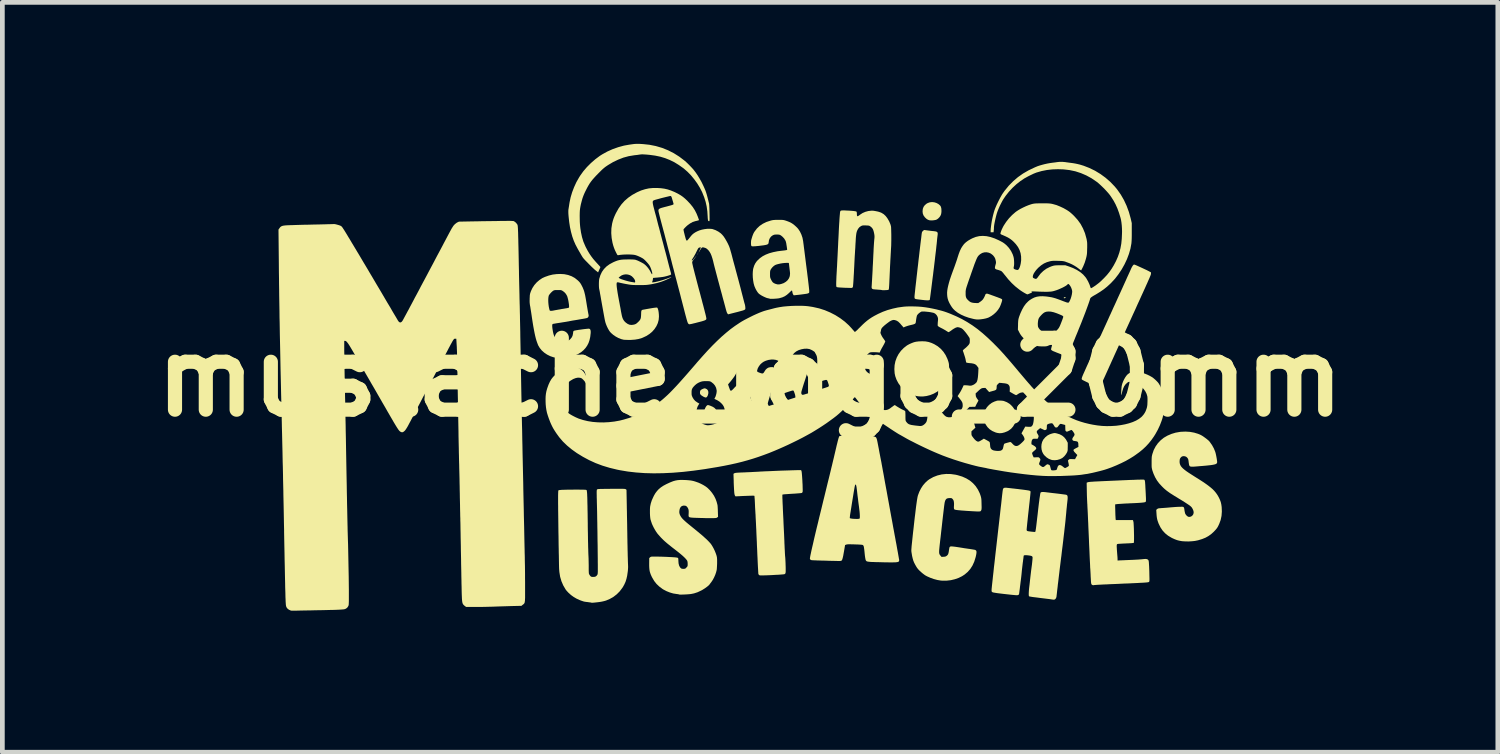
<source format=kicad_pcb>
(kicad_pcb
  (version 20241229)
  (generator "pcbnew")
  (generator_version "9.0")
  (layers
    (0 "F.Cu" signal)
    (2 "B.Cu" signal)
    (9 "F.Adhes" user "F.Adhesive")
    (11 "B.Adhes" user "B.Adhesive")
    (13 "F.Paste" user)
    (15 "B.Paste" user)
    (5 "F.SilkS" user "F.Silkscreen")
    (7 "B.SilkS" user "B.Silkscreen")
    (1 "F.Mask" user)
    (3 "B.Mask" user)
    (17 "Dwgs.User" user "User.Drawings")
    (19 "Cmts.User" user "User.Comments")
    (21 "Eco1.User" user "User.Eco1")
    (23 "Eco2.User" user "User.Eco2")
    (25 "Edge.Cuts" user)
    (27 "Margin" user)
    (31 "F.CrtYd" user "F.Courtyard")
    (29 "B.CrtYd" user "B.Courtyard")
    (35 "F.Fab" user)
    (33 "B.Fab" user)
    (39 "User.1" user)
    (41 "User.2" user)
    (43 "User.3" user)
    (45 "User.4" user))
  (footprint "mustache_logo_20mm"
    (layer "F.Cu")
    (at 12.852 4.946)
    (property "Reference" "mustache_logo_20mm" (at 0 0 0) (layer "F.SilkS") (effects (font (size 1.524 1.524) (thickness 0.3))))
    (attr board_only exclude_from_pos_files exclude_from_bom)
    (fp_poly (pts (xy -1.115 -2.603) (xy -1.116 -2.601) (xy -1.122 -2.595) (xy -1.123 -2.595) (xy -1.124 -2.599) (xy -1.122 -2.601) (xy -1.116 -2.607) (xy -1.115 -2.607)) (stroke (width 0) (type solid)) (fill yes) (layer "F.SilkS"))
    (fp_poly (pts (xy -1.102 -2.622) (xy -1.103 -2.62) (xy -1.109 -2.614) (xy -1.11 -2.614) (xy -1.111 -2.618) (xy -1.11 -2.62) (xy -1.104 -2.626) (xy -1.103 -2.626)) (stroke (width 0) (type solid)) (fill yes) (layer "F.SilkS"))
    (fp_poly (pts (xy 6.689 -1.693) (xy 6.689 -1.687) (xy 6.682 -1.678) (xy 6.669 -1.674) (xy 6.656 -1.674) (xy 6.649 -1.678) (xy 6.651 -1.685) (xy 6.661 -1.693) (xy 6.675 -1.697) (xy 6.681 -1.698)) (stroke (width 0) (type solid)) (fill yes) (layer "F.SilkS"))
    (fp_poly (pts (xy -0.952 0.239) (xy -0.94 0.243) (xy -0.913 0.257) (xy -0.895 0.28) (xy -0.885 0.309) (xy -0.885 0.343) (xy -0.894 0.38) (xy -0.899 0.392) (xy -0.912 0.415) (xy -0.925 0.428) (xy -0.941 0.432) (xy -0.962 0.426) (xy -0.985 0.416) (xy -1.008 0.402) (xy -1.031 0.387) (xy -1.04 0.379) (xy -1.053 0.365) (xy -1.06 0.352) (xy -1.062 0.335) (xy -1.062 0.323) (xy -1.06 0.3) (xy -1.053 0.282) (xy -1.039 0.268) (xy -1.016 0.255) (xy -1 0.248) (xy -0.98 0.24) (xy -0.966 0.237)) (stroke (width 0) (type solid)) (fill yes) (layer "F.SilkS"))
    (fp_poly (pts (xy -0.878 0.594) (xy -0.86 0.6) (xy -0.835 0.609) (xy -0.808 0.621) (xy -0.8 0.624) (xy -0.764 0.645) (xy -0.739 0.667) (xy -0.724 0.69) (xy -0.716 0.719) (xy -0.715 0.738) (xy -0.717 0.762) (xy -0.722 0.78) (xy -0.733 0.796) (xy -0.755 0.818) (xy -0.785 0.835) (xy -0.818 0.846) (xy -0.851 0.851) (xy -0.881 0.849) (xy -0.9 0.841) (xy -0.918 0.827) (xy -0.933 0.813) (xy -0.945 0.797) (xy -0.957 0.774) (xy -0.967 0.75) (xy -0.972 0.73) (xy -0.973 0.724) (xy -0.97 0.704) (xy -0.961 0.678) (xy -0.949 0.651) (xy -0.936 0.626) (xy -0.926 0.613) (xy -0.913 0.599) (xy -0.902 0.593) (xy -0.889 0.593)) (stroke (width 0) (type solid)) (fill yes) (layer "F.SilkS"))
    (fp_poly (pts (xy 3.905 -3.707) (xy 3.951 -3.693) (xy 3.992 -3.671) (xy 4.026 -3.642) (xy 4.039 -3.626) (xy 4.048 -3.604) (xy 4.055 -3.574) (xy 4.057 -3.539) (xy 4.057 -3.502) (xy 4.052 -3.467) (xy 4.048 -3.45) (xy 4.034 -3.418) (xy 4.012 -3.388) (xy 3.985 -3.361) (xy 3.957 -3.342) (xy 3.937 -3.334) (xy 3.899 -3.327) (xy 3.86 -3.323) (xy 3.825 -3.324) (xy 3.804 -3.326) (xy 3.771 -3.337) (xy 3.741 -3.356) (xy 3.71 -3.385) (xy 3.705 -3.39) (xy 3.677 -3.429) (xy 3.661 -3.472) (xy 3.657 -3.517) (xy 3.662 -3.567) (xy 3.678 -3.61) (xy 3.705 -3.647) (xy 3.742 -3.678) (xy 3.768 -3.692) (xy 3.811 -3.707) (xy 3.858 -3.712)) (stroke (width 0) (type solid)) (fill yes) (layer "F.SilkS"))
    (fp_poly (pts (xy 6.482 1.188) (xy 6.501 1.192) (xy 6.563 1.211) (xy 6.615 1.238) (xy 6.659 1.274) (xy 6.696 1.32) (xy 6.712 1.348) (xy 6.735 1.391) (xy 6.735 1.476) (xy 6.734 1.512) (xy 6.734 1.538) (xy 6.732 1.557) (xy 6.728 1.572) (xy 6.723 1.586) (xy 6.719 1.596) (xy 6.696 1.634) (xy 6.667 1.671) (xy 6.634 1.702) (xy 6.616 1.716) (xy 6.569 1.739) (xy 6.517 1.754) (xy 6.463 1.761) (xy 6.411 1.758) (xy 6.385 1.752) (xy 6.334 1.732) (xy 6.286 1.701) (xy 6.243 1.661) (xy 6.218 1.63) (xy 6.194 1.584) (xy 6.18 1.533) (xy 6.175 1.479) (xy 6.179 1.425) (xy 6.192 1.373) (xy 6.215 1.327) (xy 6.222 1.317) (xy 6.261 1.272) (xy 6.304 1.237) (xy 6.354 1.211) (xy 6.402 1.195) (xy 6.428 1.189) (xy 6.447 1.185) (xy 6.463 1.185)) (stroke (width 0) (type solid)) (fill yes) (layer "F.SilkS"))
    (fp_poly (pts (xy 5.304 0.497) (xy 5.332 0.498) (xy 5.359 0.501) (xy 5.379 0.505) (xy 5.382 0.506) (xy 5.445 0.531) (xy 5.501 0.565) (xy 5.533 0.593) (xy 5.57 0.633) (xy 5.598 0.672) (xy 5.618 0.713) (xy 5.629 0.743) (xy 5.635 0.767) (xy 5.639 0.789) (xy 5.64 0.813) (xy 5.64 0.843) (xy 5.64 0.861) (xy 5.638 0.893) (xy 5.636 0.917) (xy 5.632 0.936) (xy 5.626 0.954) (xy 5.616 0.976) (xy 5.61 0.989) (xy 5.576 1.046) (xy 5.534 1.094) (xy 5.484 1.131) (xy 5.456 1.147) (xy 5.396 1.171) (xy 5.341 1.185) (xy 5.288 1.189) (xy 5.236 1.181) (xy 5.202 1.171) (xy 5.136 1.142) (xy 5.081 1.106) (xy 5.035 1.061) (xy 4.998 1.008) (xy 4.969 0.946) (xy 4.964 0.93) (xy 4.956 0.893) (xy 4.953 0.85) (xy 4.954 0.806) (xy 4.96 0.765) (xy 4.963 0.754) (xy 4.988 0.691) (xy 5.023 0.635) (xy 5.068 0.587) (xy 5.121 0.547) (xy 5.143 0.535) (xy 5.167 0.524) (xy 5.189 0.514) (xy 5.204 0.509) (xy 5.207 0.509) (xy 5.22 0.506) (xy 5.224 0.502) (xy 5.233 0.499) (xy 5.251 0.497) (xy 5.275 0.496)) (stroke (width 0) (type solid)) (fill yes) (layer "F.SilkS"))
    (fp_poly (pts (xy 3.72 -0.758) (xy 3.785 -0.746) (xy 3.848 -0.725) (xy 3.903 -0.7) (xy 3.978 -0.655) (xy 4.043 -0.601) (xy 4.099 -0.538) (xy 4.146 -0.467) (xy 4.184 -0.387) (xy 4.198 -0.347) (xy 4.206 -0.322) (xy 4.211 -0.302) (xy 4.215 -0.283) (xy 4.217 -0.262) (xy 4.218 -0.236) (xy 4.219 -0.202) (xy 4.219 -0.178) (xy 4.219 -0.129) (xy 4.216 -0.089) (xy 4.212 -0.054) (xy 4.203 -0.02) (xy 4.191 0.014) (xy 4.173 0.053) (xy 4.152 0.097) (xy 4.11 0.168) (xy 4.06 0.229) (xy 4.002 0.282) (xy 3.963 0.31) (xy 3.893 0.35) (xy 3.818 0.38) (xy 3.74 0.4) (xy 3.661 0.41) (xy 3.583 0.408) (xy 3.526 0.4) (xy 3.47 0.384) (xy 3.41 0.36) (xy 3.351 0.329) (xy 3.296 0.294) (xy 3.25 0.257) (xy 3.192 0.195) (xy 3.143 0.127) (xy 3.105 0.055) (xy 3.078 -0.02) (xy 3.065 -0.08) (xy 3.059 -0.169) (xy 3.064 -0.255) (xy 3.081 -0.338) (xy 3.11 -0.417) (xy 3.149 -0.491) (xy 3.199 -0.559) (xy 3.259 -0.62) (xy 3.324 -0.671) (xy 3.35 -0.686) (xy 3.382 -0.703) (xy 3.416 -0.718) (xy 3.433 -0.725) (xy 3.467 -0.738) (xy 3.495 -0.746) (xy 3.524 -0.752) (xy 3.559 -0.756) (xy 3.573 -0.758) (xy 3.65 -0.761)) (stroke (width 0) (type solid)) (fill yes) (layer "F.SilkS"))
    (fp_poly (pts (xy 3.7 -3.12) (xy 3.71 -3.118) (xy 3.731 -3.115) (xy 3.759 -3.111) (xy 3.793 -3.107) (xy 3.829 -3.102) (xy 3.865 -3.098) (xy 3.899 -3.095) (xy 3.904 -3.094) (xy 3.938 -3.089) (xy 3.96 -3.081) (xy 3.973 -3.069) (xy 3.978 -3.049) (xy 3.977 -3.02) (xy 3.975 -3.006) (xy 3.972 -2.983) (xy 3.968 -2.951) (xy 3.964 -2.914) (xy 3.961 -2.875) (xy 3.959 -2.859) (xy 3.956 -2.826) (xy 3.951 -2.785) (xy 3.946 -2.735) (xy 3.94 -2.679) (xy 3.932 -2.616) (xy 3.924 -2.548) (xy 3.916 -2.476) (xy 3.907 -2.402) (xy 3.898 -2.325) (xy 3.888 -2.248) (xy 3.879 -2.171) (xy 3.869 -2.095) (xy 3.86 -2.022) (xy 3.851 -1.951) (xy 3.843 -1.886) (xy 3.835 -1.825) (xy 3.828 -1.771) (xy 3.822 -1.725) (xy 3.817 -1.688) (xy 3.813 -1.66) (xy 3.81 -1.642) (xy 3.809 -1.637) (xy 3.798 -1.632) (xy 3.777 -1.629) (xy 3.746 -1.629) (xy 3.703 -1.632) (xy 3.648 -1.638) (xy 3.624 -1.641) (xy 3.589 -1.645) (xy 3.557 -1.649) (xy 3.531 -1.653) (xy 3.514 -1.656) (xy 3.511 -1.657) (xy 3.498 -1.662) (xy 3.489 -1.672) (xy 3.486 -1.69) (xy 3.486 -1.716) (xy 3.488 -1.735) (xy 3.492 -1.775) (xy 3.498 -1.826) (xy 3.504 -1.888) (xy 3.512 -1.957) (xy 3.521 -2.034) (xy 3.53 -2.117) (xy 3.54 -2.203) (xy 3.55 -2.293) (xy 3.561 -2.385) (xy 3.571 -2.476) (xy 3.582 -2.566) (xy 3.592 -2.654) (xy 3.602 -2.738) (xy 3.611 -2.816) (xy 3.62 -2.888) (xy 3.628 -2.951) (xy 3.634 -3.005) (xy 3.637 -3.03) (xy 3.641 -3.057) (xy 3.645 -3.074) (xy 3.652 -3.086) (xy 3.662 -3.098) (xy 3.666 -3.102) (xy 3.684 -3.116) (xy 3.697 -3.12)) (stroke (width 0) (type solid)) (fill yes) (layer "F.SilkS"))
    (fp_poly (pts (xy 8.153 -2.385) (xy 8.168 -2.379) (xy 8.188 -2.371) (xy 8.217 -2.358) (xy 8.254 -2.341) (xy 8.296 -2.322) (xy 8.335 -2.304) (xy 8.373 -2.286) (xy 8.408 -2.27) (xy 8.437 -2.255) (xy 8.455 -2.246) (xy 8.5 -2.221) (xy 8.499 -2.193) (xy 8.499 -2.19) (xy 8.498 -2.186) (xy 8.498 -2.182) (xy 8.496 -2.177) (xy 8.494 -2.17) (xy 8.491 -2.16) (xy 8.486 -2.149) (xy 8.48 -2.134) (xy 8.473 -2.116) (xy 8.463 -2.093) (xy 8.451 -2.066) (xy 8.437 -2.035) (xy 8.421 -1.997) (xy 8.401 -1.954) (xy 8.379 -1.904) (xy 8.353 -1.847) (xy 8.324 -1.783) (xy 8.291 -1.711) (xy 8.255 -1.631) (xy 8.214 -1.542) (xy 8.17 -1.443) (xy 8.12 -1.335) (xy 8.066 -1.216) (xy 8.007 -1.087) (xy 7.968 -1.002) (xy 7.931 -0.92) (xy 7.892 -0.834) (xy 7.852 -0.746) (xy 7.812 -0.658) (xy 7.773 -0.571) (xy 7.735 -0.488) (xy 7.7 -0.41) (xy 7.667 -0.338) (xy 7.639 -0.275) (xy 7.625 -0.245) (xy 7.589 -0.164) (xy 7.557 -0.094) (xy 7.53 -0.034) (xy 7.507 0.016) (xy 7.487 0.059) (xy 7.471 0.094) (xy 7.457 0.122) (xy 7.446 0.144) (xy 7.436 0.162) (xy 7.429 0.175) (xy 7.422 0.185) (xy 7.416 0.192) (xy 7.411 0.197) (xy 7.409 0.2) (xy 7.395 0.21) (xy 7.386 0.216) (xy 7.385 0.216) (xy 7.378 0.214) (xy 7.361 0.206) (xy 7.336 0.195) (xy 7.304 0.181) (xy 7.266 0.164) (xy 7.225 0.145) (xy 7.221 0.143) (xy 7.179 0.123) (xy 7.139 0.105) (xy 7.105 0.088) (xy 7.076 0.074) (xy 7.057 0.064) (xy 7.046 0.058) (xy 7.046 0.058) (xy 7.041 0.054) (xy 7.036 0.05) (xy 7.032 0.045) (xy 7.031 0.039) (xy 7.031 0.03) (xy 7.033 0.018) (xy 7.038 0.002) (xy 7.046 -0.02) (xy 7.057 -0.047) (xy 7.072 -0.081) (xy 7.091 -0.123) (xy 7.113 -0.173) (xy 7.14 -0.233) (xy 7.172 -0.303) (xy 7.186 -0.334) (xy 7.208 -0.382) (xy 7.234 -0.439) (xy 7.263 -0.502) (xy 7.293 -0.57) (xy 7.324 -0.638) (xy 7.355 -0.706) (xy 7.384 -0.77) (xy 7.388 -0.779) (xy 7.417 -0.844) (xy 7.45 -0.917) (xy 7.486 -0.996) (xy 7.523 -1.077) (xy 7.56 -1.158) (xy 7.595 -1.235) (xy 7.627 -1.307) (xy 7.635 -1.323) (xy 7.666 -1.391) (xy 7.698 -1.463) (xy 7.733 -1.538) (xy 7.768 -1.615) (xy 7.803 -1.693) (xy 7.839 -1.771) (xy 7.874 -1.848) (xy 7.908 -1.923) (xy 7.94 -1.994) (xy 7.97 -2.06) (xy 7.997 -2.121) (xy 8.022 -2.175) (xy 8.043 -2.221) (xy 8.06 -2.258) (xy 8.072 -2.286) (xy 8.075 -2.293) (xy 8.088 -2.321) (xy 8.102 -2.346) (xy 8.115 -2.366) (xy 8.122 -2.374) (xy 8.127 -2.379) (xy 8.132 -2.384) (xy 8.137 -2.386) (xy 8.143 -2.387)) (stroke (width 0) (type solid)) (fill yes) (layer "F.SilkS"))
    (fp_poly (pts (xy 1.09 1.992) (xy 1.093 2.004) (xy 1.096 2.027) (xy 1.099 2.058) (xy 1.102 2.095) (xy 1.105 2.138) (xy 1.108 2.184) (xy 1.11 2.231) (xy 1.113 2.277) (xy 1.114 2.32) (xy 1.115 2.36) (xy 1.116 2.392) (xy 1.115 2.417) (xy 1.114 2.432) (xy 1.114 2.435) (xy 1.104 2.448) (xy 1.099 2.454) (xy 1.09 2.456) (xy 1.069 2.459) (xy 1.038 2.462) (xy 0.997 2.465) (xy 0.947 2.469) (xy 0.909 2.471) (xy 0.861 2.474) (xy 0.816 2.477) (xy 0.777 2.48) (xy 0.744 2.482) (xy 0.72 2.484) (xy 0.707 2.486) (xy 0.706 2.486) (xy 0.684 2.491) (xy 0.685 2.547) (xy 0.685 2.565) (xy 0.687 2.594) (xy 0.688 2.632) (xy 0.69 2.679) (xy 0.693 2.733) (xy 0.695 2.792) (xy 0.698 2.855) (xy 0.701 2.921) (xy 0.702 2.938) (xy 0.706 3.013) (xy 0.709 3.093) (xy 0.713 3.175) (xy 0.717 3.256) (xy 0.721 3.335) (xy 0.724 3.408) (xy 0.727 3.474) (xy 0.728 3.514) (xy 0.731 3.57) (xy 0.733 3.625) (xy 0.736 3.676) (xy 0.738 3.721) (xy 0.74 3.759) (xy 0.742 3.788) (xy 0.744 3.806) (xy 0.746 3.828) (xy 0.748 3.86) (xy 0.75 3.899) (xy 0.752 3.942) (xy 0.753 3.987) (xy 0.754 4) (xy 0.755 4.051) (xy 0.755 4.091) (xy 0.755 4.121) (xy 0.753 4.143) (xy 0.749 4.158) (xy 0.743 4.168) (xy 0.735 4.174) (xy 0.724 4.178) (xy 0.715 4.179) (xy 0.7 4.181) (xy 0.673 4.183) (xy 0.638 4.186) (xy 0.595 4.189) (xy 0.548 4.191) (xy 0.497 4.194) (xy 0.445 4.197) (xy 0.394 4.199) (xy 0.346 4.201) (xy 0.305 4.202) (xy 0.266 4.203) (xy 0.238 4.203) (xy 0.218 4.203) (xy 0.205 4.201) (xy 0.197 4.199) (xy 0.192 4.195) (xy 0.19 4.193) (xy 0.18 4.181) (xy 0.176 4.174) (xy 0.175 4.167) (xy 0.174 4.148) (xy 0.172 4.118) (xy 0.17 4.078) (xy 0.167 4.029) (xy 0.164 3.972) (xy 0.161 3.907) (xy 0.158 3.836) (xy 0.154 3.759) (xy 0.151 3.678) (xy 0.147 3.593) (xy 0.146 3.58) (xy 0.143 3.492) (xy 0.139 3.406) (xy 0.135 3.323) (xy 0.132 3.243) (xy 0.128 3.169) (xy 0.125 3.101) (xy 0.122 3.041) (xy 0.119 2.989) (xy 0.117 2.946) (xy 0.116 2.914) (xy 0.114 2.894) (xy 0.112 2.855) (xy 0.109 2.807) (xy 0.106 2.756) (xy 0.104 2.704) (xy 0.102 2.659) (xy 0.1 2.619) (xy 0.098 2.583) (xy 0.095 2.553) (xy 0.094 2.53) (xy 0.092 2.518) (xy 0.091 2.517) (xy 0.089 2.515) (xy 0.083 2.514) (xy 0.072 2.513) (xy 0.057 2.513) (xy 0.034 2.513) (xy 0.005 2.514) (xy -0.034 2.515) (xy -0.081 2.517) (xy -0.14 2.519) (xy -0.21 2.522) (xy -0.217 2.523) (xy -0.31 2.527) (xy -0.321 2.51) (xy -0.326 2.498) (xy -0.331 2.478) (xy -0.335 2.449) (xy -0.338 2.41) (xy -0.341 2.361) (xy -0.344 2.301) (xy -0.347 2.229) (xy -0.347 2.203) (xy -0.352 2.049) (xy -0.334 2.038) (xy -0.328 2.035) (xy -0.319 2.032) (xy -0.305 2.029) (xy -0.286 2.027) (xy -0.26 2.025) (xy -0.225 2.023) (xy -0.181 2.021) (xy -0.125 2.019) (xy -0.122 2.019) (xy -0.066 2.016) (xy -0.009 2.014) (xy 0.048 2.011) (xy 0.101 2.008) (xy 0.147 2.006) (xy 0.184 2.004) (xy 0.184 2.004) (xy 0.222 2.001) (xy 0.269 1.999) (xy 0.324 1.996) (xy 0.385 1.994) (xy 0.45 1.991) (xy 0.518 1.988) (xy 0.588 1.985) (xy 0.657 1.982) (xy 0.724 1.98) (xy 0.789 1.978) (xy 0.848 1.976) (xy 0.901 1.974) (xy 0.945 1.973) (xy 0.98 1.972) (xy 1.004 1.971) (xy 1.082 1.971)) (stroke (width 0) (type solid)) (fill yes) (layer "F.SilkS"))
    (fp_poly (pts (xy -2.329 -4.945) (xy -2.284 -4.942) (xy -2.276 -4.942) (xy -2.135 -4.927) (xy -1.999 -4.9) (xy -1.866 -4.861) (xy -1.739 -4.81) (xy -1.617 -4.748) (xy -1.501 -4.675) (xy -1.393 -4.593) (xy -1.357 -4.562) (xy -1.318 -4.525) (xy -1.278 -4.485) (xy -1.241 -4.446) (xy -1.208 -4.41) (xy -1.195 -4.394) (xy -1.153 -4.339) (xy -1.11 -4.276) (xy -1.069 -4.208) (xy -1.03 -4.139) (xy -1.014 -4.106) (xy -0.987 -4.05) (xy -0.965 -4.001) (xy -0.946 -3.956) (xy -0.931 -3.912) (xy -0.917 -3.866) (xy -0.903 -3.814) (xy -0.9 -3.802) (xy -0.891 -3.767) (xy -0.883 -3.734) (xy -0.876 -3.706) (xy -0.871 -3.686) (xy -0.87 -3.682) (xy -0.868 -3.668) (xy -0.866 -3.642) (xy -0.864 -3.608) (xy -0.862 -3.566) (xy -0.861 -3.519) (xy -0.86 -3.48) (xy -0.859 -3.429) (xy -0.859 -3.389) (xy -0.858 -3.359) (xy -0.859 -3.337) (xy -0.86 -3.322) (xy -0.861 -3.314) (xy -0.863 -3.309) (xy -0.866 -3.307) (xy -0.87 -3.307) (xy -0.88 -3.309) (xy -0.887 -3.315) (xy -0.892 -3.327) (xy -0.895 -3.347) (xy -0.898 -3.377) (xy -0.899 -3.403) (xy -0.906 -3.514) (xy -0.92 -3.617) (xy -0.942 -3.716) (xy -0.973 -3.814) (xy -1.013 -3.914) (xy -1.019 -3.928) (xy -1.065 -4.017) (xy -1.12 -4.107) (xy -1.183 -4.194) (xy -1.251 -4.277) (xy -1.324 -4.352) (xy -1.399 -4.418) (xy -1.417 -4.432) (xy -1.512 -4.499) (xy -1.606 -4.557) (xy -1.702 -4.604) (xy -1.8 -4.643) (xy -1.903 -4.674) (xy -2.013 -4.697) (xy -2.131 -4.713) (xy -2.197 -4.719) (xy -2.244 -4.722) (xy -2.281 -4.724) (xy -2.31 -4.723) (xy -2.333 -4.72) (xy -2.356 -4.717) (xy -2.387 -4.712) (xy -2.423 -4.708) (xy -2.46 -4.704) (xy -2.464 -4.703) (xy -2.573 -4.685) (xy -2.684 -4.655) (xy -2.795 -4.612) (xy -2.906 -4.559) (xy -3.015 -4.494) (xy -3.022 -4.489) (xy -3.049 -4.471) (xy -3.073 -4.454) (xy -3.095 -4.436) (xy -3.12 -4.415) (xy -3.147 -4.39) (xy -3.178 -4.359) (xy -3.217 -4.32) (xy -3.218 -4.319) (xy -3.268 -4.268) (xy -3.309 -4.223) (xy -3.345 -4.182) (xy -3.375 -4.143) (xy -3.403 -4.103) (xy -3.429 -4.06) (xy -3.455 -4.013) (xy -3.471 -3.981) (xy -3.498 -3.928) (xy -3.519 -3.882) (xy -3.536 -3.84) (xy -3.551 -3.798) (xy -3.564 -3.754) (xy -3.574 -3.716) (xy -3.588 -3.662) (xy -3.597 -3.616) (xy -3.604 -3.574) (xy -3.609 -3.531) (xy -3.611 -3.485) (xy -3.612 -3.432) (xy -3.612 -3.409) (xy -3.611 -3.346) (xy -3.61 -3.293) (xy -3.607 -3.245) (xy -3.603 -3.201) (xy -3.598 -3.155) (xy -3.59 -3.106) (xy -3.585 -3.071) (xy -3.563 -2.969) (xy -3.534 -2.873) (xy -3.495 -2.781) (xy -3.482 -2.754) (xy -3.445 -2.684) (xy -3.408 -2.622) (xy -3.369 -2.564) (xy -3.325 -2.506) (xy -3.274 -2.447) (xy -3.241 -2.411) (xy -3.218 -2.386) (xy -3.198 -2.364) (xy -3.183 -2.347) (xy -3.175 -2.337) (xy -3.173 -2.334) (xy -3.176 -2.327) (xy -3.182 -2.311) (xy -3.192 -2.289) (xy -3.198 -2.276) (xy -3.222 -2.221) (xy -3.276 -2.264) (xy -3.297 -2.282) (xy -3.324 -2.307) (xy -3.355 -2.336) (xy -3.388 -2.369) (xy -3.422 -2.403) (xy -3.455 -2.437) (xy -3.486 -2.468) (xy -3.513 -2.497) (xy -3.534 -2.521) (xy -3.547 -2.538) (xy -3.549 -2.541) (xy -3.558 -2.555) (xy -3.569 -2.573) (xy -3.583 -2.597) (xy -3.601 -2.628) (xy -3.623 -2.666) (xy -3.651 -2.715) (xy -3.658 -2.728) (xy -3.702 -2.811) (xy -3.739 -2.896) (xy -3.77 -2.984) (xy -3.796 -3.079) (xy -3.818 -3.18) (xy -3.835 -3.291) (xy -3.844 -3.373) (xy -3.849 -3.424) (xy -3.852 -3.465) (xy -3.853 -3.499) (xy -3.853 -3.528) (xy -3.851 -3.554) (xy -3.847 -3.577) (xy -3.844 -3.597) (xy -3.839 -3.627) (xy -3.834 -3.662) (xy -3.828 -3.699) (xy -3.826 -3.711) (xy -3.804 -3.814) (xy -3.772 -3.921) (xy -3.731 -4.028) (xy -3.683 -4.133) (xy -3.627 -4.232) (xy -3.603 -4.27) (xy -3.536 -4.364) (xy -3.459 -4.454) (xy -3.373 -4.54) (xy -3.281 -4.62) (xy -3.186 -4.691) (xy -3.134 -4.724) (xy -3.027 -4.783) (xy -2.913 -4.834) (xy -2.794 -4.876) (xy -2.673 -4.909) (xy -2.561 -4.929) (xy -2.511 -4.936) (xy -2.469 -4.942) (xy -2.433 -4.945) (xy -2.4 -4.946) (xy -2.367 -4.946)) (stroke (width 0) (type solid)) (fill yes) (layer "F.SilkS"))
    (fp_poly (pts (xy 4.255 2.054) (xy 4.356 2.068) (xy 4.403 2.079) (xy 4.498 2.108) (xy 4.583 2.146) (xy 4.659 2.192) (xy 4.725 2.247) (xy 4.782 2.31) (xy 4.83 2.382) (xy 4.869 2.462) (xy 4.884 2.504) (xy 4.891 2.526) (xy 4.896 2.545) (xy 4.9 2.564) (xy 4.903 2.585) (xy 4.905 2.611) (xy 4.906 2.644) (xy 4.907 2.682) (xy 4.908 2.725) (xy 4.909 2.757) (xy 4.908 2.78) (xy 4.907 2.797) (xy 4.905 2.809) (xy 4.902 2.818) (xy 4.899 2.824) (xy 4.892 2.836) (xy 4.884 2.843) (xy 4.871 2.846) (xy 4.849 2.848) (xy 4.849 2.848) (xy 4.832 2.848) (xy 4.805 2.847) (xy 4.769 2.845) (xy 4.726 2.843) (xy 4.678 2.84) (xy 4.628 2.837) (xy 4.578 2.834) (xy 4.529 2.83) (xy 4.483 2.827) (xy 4.444 2.823) (xy 4.411 2.82) (xy 4.388 2.817) (xy 4.386 2.817) (xy 4.359 2.813) (xy 4.34 2.808) (xy 4.328 2.8) (xy 4.323 2.787) (xy 4.321 2.766) (xy 4.322 2.736) (xy 4.323 2.725) (xy 4.324 2.681) (xy 4.321 2.646) (xy 4.316 2.62) (xy 4.305 2.598) (xy 4.293 2.583) (xy 4.282 2.572) (xy 4.272 2.566) (xy 4.258 2.564) (xy 4.235 2.563) (xy 4.231 2.563) (xy 4.196 2.566) (xy 4.169 2.575) (xy 4.151 2.592) (xy 4.136 2.619) (xy 4.131 2.636) (xy 4.129 2.644) (xy 4.126 2.654) (xy 4.124 2.667) (xy 4.121 2.685) (xy 4.118 2.707) (xy 4.114 2.735) (xy 4.11 2.77) (xy 4.105 2.812) (xy 4.099 2.863) (xy 4.092 2.922) (xy 4.084 2.991) (xy 4.075 3.07) (xy 4.065 3.161) (xy 4.057 3.231) (xy 4.051 3.283) (xy 4.045 3.338) (xy 4.039 3.392) (xy 4.033 3.442) (xy 4.028 3.484) (xy 4.026 3.504) (xy 4.019 3.565) (xy 4.014 3.615) (xy 4.01 3.655) (xy 4.008 3.687) (xy 4.008 3.712) (xy 4.009 3.731) (xy 4.013 3.746) (xy 4.018 3.759) (xy 4.026 3.771) (xy 4.035 3.782) (xy 4.036 3.784) (xy 4.06 3.811) (xy 4.102 3.808) (xy 4.128 3.806) (xy 4.147 3.801) (xy 4.164 3.791) (xy 4.168 3.788) (xy 4.184 3.774) (xy 4.196 3.758) (xy 4.204 3.737) (xy 4.211 3.708) (xy 4.216 3.673) (xy 4.22 3.646) (xy 4.224 3.624) (xy 4.228 3.608) (xy 4.229 3.605) (xy 4.234 3.599) (xy 4.239 3.594) (xy 4.247 3.59) (xy 4.258 3.589) (xy 4.275 3.588) (xy 4.297 3.59) (xy 4.326 3.593) (xy 4.364 3.598) (xy 4.411 3.605) (xy 4.469 3.614) (xy 4.518 3.622) (xy 4.547 3.627) (xy 4.584 3.632) (xy 4.624 3.638) (xy 4.663 3.643) (xy 4.665 3.644) (xy 4.699 3.649) (xy 4.729 3.654) (xy 4.753 3.658) (xy 4.769 3.662) (xy 4.771 3.662) (xy 4.785 3.67) (xy 4.795 3.681) (xy 4.8 3.698) (xy 4.8 3.72) (xy 4.796 3.751) (xy 4.788 3.792) (xy 4.78 3.823) (xy 4.752 3.913) (xy 4.715 3.994) (xy 4.669 4.066) (xy 4.614 4.129) (xy 4.549 4.184) (xy 4.494 4.22) (xy 4.421 4.256) (xy 4.341 4.284) (xy 4.257 4.304) (xy 4.17 4.314) (xy 4.083 4.315) (xy 4.042 4.312) (xy 3.971 4.3) (xy 3.896 4.28) (xy 3.823 4.254) (xy 3.755 4.224) (xy 3.716 4.203) (xy 3.697 4.19) (xy 3.672 4.171) (xy 3.644 4.149) (xy 3.62 4.127) (xy 3.587 4.097) (xy 3.562 4.07) (xy 3.54 4.042) (xy 3.523 4.015) (xy 3.498 3.971) (xy 3.477 3.93) (xy 3.46 3.888) (xy 3.447 3.842) (xy 3.435 3.791) (xy 3.425 3.73) (xy 3.421 3.705) (xy 3.42 3.694) (xy 3.419 3.682) (xy 3.419 3.666) (xy 3.42 3.646) (xy 3.422 3.621) (xy 3.424 3.59) (xy 3.428 3.551) (xy 3.433 3.505) (xy 3.439 3.448) (xy 3.446 3.381) (xy 3.453 3.314) (xy 3.467 3.193) (xy 3.479 3.083) (xy 3.49 2.985) (xy 3.501 2.898) (xy 3.51 2.822) (xy 3.518 2.754) (xy 3.526 2.696) (xy 3.533 2.647) (xy 3.539 2.605) (xy 3.545 2.57) (xy 3.55 2.542) (xy 3.555 2.521) (xy 3.559 2.506) (xy 3.587 2.431) (xy 3.623 2.36) (xy 3.665 2.295) (xy 3.714 2.238) (xy 3.766 2.19) (xy 3.8 2.165) (xy 3.884 2.118) (xy 3.972 2.084) (xy 4.063 2.062) (xy 4.158 2.052)) (stroke (width 0) (type solid)) (fill yes) (layer "F.SilkS"))
    (fp_poly (pts (xy 9.326 1.16) (xy 9.414 1.176) (xy 9.497 1.201) (xy 9.559 1.228) (xy 9.584 1.242) (xy 9.613 1.261) (xy 9.645 1.284) (xy 9.677 1.308) (xy 9.705 1.331) (xy 9.728 1.351) (xy 9.74 1.365) (xy 9.793 1.439) (xy 9.833 1.512) (xy 9.862 1.584) (xy 9.87 1.612) (xy 9.879 1.652) (xy 9.887 1.693) (xy 9.894 1.732) (xy 9.899 1.767) (xy 9.902 1.793) (xy 9.902 1.801) (xy 9.901 1.812) (xy 9.897 1.822) (xy 9.89 1.831) (xy 9.879 1.839) (xy 9.863 1.846) (xy 9.841 1.852) (xy 9.811 1.858) (xy 9.774 1.864) (xy 9.729 1.869) (xy 9.674 1.875) (xy 9.608 1.881) (xy 9.531 1.887) (xy 9.475 1.892) (xy 9.427 1.896) (xy 9.39 1.898) (xy 9.363 1.898) (xy 9.343 1.896) (xy 9.329 1.892) (xy 9.32 1.886) (xy 9.314 1.877) (xy 9.311 1.87) (xy 9.307 1.857) (xy 9.303 1.834) (xy 9.299 1.807) (xy 9.298 1.797) (xy 9.294 1.766) (xy 9.289 1.743) (xy 9.281 1.726) (xy 9.274 1.714) (xy 9.252 1.692) (xy 9.225 1.679) (xy 9.195 1.674) (xy 9.166 1.678) (xy 9.142 1.691) (xy 9.141 1.693) (xy 9.122 1.714) (xy 9.111 1.738) (xy 9.107 1.769) (xy 9.106 1.787) (xy 9.107 1.814) (xy 9.112 1.839) (xy 9.121 1.863) (xy 9.134 1.887) (xy 9.153 1.911) (xy 9.179 1.937) (xy 9.211 1.964) (xy 9.252 1.995) (xy 9.302 2.029) (xy 9.361 2.067) (xy 9.43 2.111) (xy 9.441 2.118) (xy 9.524 2.17) (xy 9.597 2.217) (xy 9.66 2.26) (xy 9.715 2.3) (xy 9.762 2.337) (xy 9.803 2.372) (xy 9.838 2.407) (xy 9.868 2.442) (xy 9.894 2.477) (xy 9.918 2.514) (xy 9.939 2.553) (xy 9.94 2.554) (xy 9.962 2.602) (xy 9.979 2.648) (xy 9.99 2.696) (xy 9.998 2.752) (xy 10.002 2.848) (xy 9.995 2.941) (xy 9.976 3.03) (xy 9.947 3.108) (xy 9.929 3.147) (xy 9.913 3.178) (xy 9.895 3.205) (xy 9.874 3.231) (xy 9.847 3.26) (xy 9.829 3.279) (xy 9.775 3.328) (xy 9.717 3.369) (xy 9.654 3.404) (xy 9.584 3.432) (xy 9.503 3.457) (xy 9.49 3.46) (xy 9.432 3.472) (xy 9.366 3.479) (xy 9.297 3.483) (xy 9.228 3.482) (xy 9.164 3.478) (xy 9.149 3.476) (xy 9.099 3.467) (xy 9.053 3.455) (xy 9.007 3.438) (xy 8.958 3.416) (xy 8.934 3.404) (xy 8.862 3.361) (xy 8.799 3.31) (xy 8.745 3.251) (xy 8.7 3.184) (xy 8.662 3.106) (xy 8.643 3.054) (xy 8.634 3.025) (xy 8.628 2.998) (xy 8.623 2.969) (xy 8.619 2.934) (xy 8.617 2.905) (xy 8.611 2.814) (xy 8.629 2.797) (xy 8.639 2.79) (xy 8.649 2.785) (xy 8.662 2.781) (xy 8.683 2.779) (xy 8.713 2.777) (xy 8.717 2.776) (xy 8.749 2.774) (xy 8.789 2.771) (xy 8.833 2.768) (xy 8.876 2.764) (xy 8.887 2.763) (xy 8.933 2.759) (xy 8.985 2.755) (xy 9.037 2.751) (xy 9.084 2.749) (xy 9.089 2.749) (xy 9.128 2.748) (xy 9.157 2.747) (xy 9.177 2.749) (xy 9.19 2.755) (xy 9.198 2.765) (xy 9.203 2.78) (xy 9.207 2.803) (xy 9.209 2.821) (xy 9.214 2.849) (xy 9.22 2.875) (xy 9.225 2.894) (xy 9.226 2.895) (xy 9.239 2.917) (xy 9.259 2.939) (xy 9.28 2.955) (xy 9.295 2.961) (xy 9.324 2.962) (xy 9.352 2.953) (xy 9.376 2.935) (xy 9.394 2.911) (xy 9.403 2.882) (xy 9.404 2.858) (xy 9.397 2.827) (xy 9.382 2.792) (xy 9.363 2.761) (xy 9.356 2.753) (xy 9.344 2.741) (xy 9.324 2.724) (xy 9.295 2.704) (xy 9.257 2.679) (xy 9.21 2.648) (xy 9.154 2.613) (xy 9.086 2.572) (xy 9.056 2.553) (xy 8.996 2.517) (xy 8.946 2.485) (xy 8.903 2.458) (xy 8.867 2.432) (xy 8.835 2.409) (xy 8.806 2.385) (xy 8.778 2.361) (xy 8.75 2.334) (xy 8.731 2.315) (xy 8.673 2.252) (xy 8.626 2.189) (xy 8.587 2.122) (xy 8.554 2.049) (xy 8.53 1.981) (xy 8.524 1.96) (xy 8.52 1.941) (xy 8.516 1.923) (xy 8.514 1.903) (xy 8.513 1.877) (xy 8.513 1.844) (xy 8.513 1.806) (xy 8.513 1.763) (xy 8.514 1.73) (xy 8.515 1.704) (xy 8.517 1.682) (xy 8.521 1.662) (xy 8.526 1.64) (xy 8.53 1.626) (xy 8.558 1.544) (xy 8.598 1.468) (xy 8.647 1.399) (xy 8.705 1.338) (xy 8.772 1.284) (xy 8.848 1.24) (xy 8.931 1.204) (xy 9.02 1.177) (xy 9.117 1.16) (xy 9.139 1.158) (xy 9.233 1.154)) (stroke (width 0) (type solid)) (fill yes) (layer "F.SilkS"))
    (fp_poly (pts (xy 2.003 -3.535) (xy 2.038 -3.533) (xy 2.104 -3.53) (xy 2.159 -3.526) (xy 2.202 -3.522) (xy 2.233 -3.517) (xy 2.251 -3.512) (xy 2.255 -3.51) (xy 2.261 -3.498) (xy 2.264 -3.474) (xy 2.264 -3.464) (xy 2.265 -3.436) (xy 2.269 -3.419) (xy 2.275 -3.412) (xy 2.286 -3.413) (xy 2.29 -3.415) (xy 2.303 -3.424) (xy 2.322 -3.437) (xy 2.336 -3.448) (xy 2.386 -3.48) (xy 2.444 -3.505) (xy 2.507 -3.522) (xy 2.571 -3.529) (xy 2.584 -3.53) (xy 2.623 -3.527) (xy 2.669 -3.519) (xy 2.716 -3.509) (xy 2.759 -3.495) (xy 2.784 -3.485) (xy 2.832 -3.456) (xy 2.875 -3.416) (xy 2.914 -3.364) (xy 2.949 -3.303) (xy 2.975 -3.242) (xy 2.979 -3.228) (xy 2.983 -3.215) (xy 2.986 -3.201) (xy 2.989 -3.185) (xy 2.99 -3.164) (xy 2.991 -3.138) (xy 2.992 -3.104) (xy 2.993 -3.06) (xy 2.994 -3.02) (xy 2.994 -2.902) (xy 2.992 -2.792) (xy 2.986 -2.692) (xy 2.984 -2.652) (xy 2.981 -2.6) (xy 2.978 -2.542) (xy 2.974 -2.477) (xy 2.971 -2.41) (xy 2.967 -2.342) (xy 2.964 -2.276) (xy 2.964 -2.264) (xy 2.96 -2.183) (xy 2.957 -2.113) (xy 2.954 -2.054) (xy 2.952 -2.005) (xy 2.95 -1.965) (xy 2.948 -1.933) (xy 2.946 -1.908) (xy 2.945 -1.889) (xy 2.943 -1.876) (xy 2.941 -1.866) (xy 2.94 -1.86) (xy 2.938 -1.856) (xy 2.936 -1.854) (xy 2.933 -1.852) (xy 2.924 -1.849) (xy 2.905 -1.847) (xy 2.881 -1.845) (xy 2.854 -1.844) (xy 2.829 -1.844) (xy 2.808 -1.844) (xy 2.794 -1.846) (xy 2.791 -1.847) (xy 2.784 -1.849) (xy 2.767 -1.851) (xy 2.741 -1.853) (xy 2.71 -1.855) (xy 2.693 -1.857) (xy 2.656 -1.859) (xy 2.629 -1.862) (xy 2.611 -1.864) (xy 2.6 -1.868) (xy 2.592 -1.872) (xy 2.586 -1.877) (xy 2.586 -1.878) (xy 2.579 -1.888) (xy 2.577 -1.902) (xy 2.577 -1.922) (xy 2.578 -1.93) (xy 2.579 -1.946) (xy 2.581 -1.974) (xy 2.583 -2.013) (xy 2.586 -2.061) (xy 2.589 -2.118) (xy 2.593 -2.183) (xy 2.597 -2.254) (xy 2.6 -2.332) (xy 2.605 -2.414) (xy 2.609 -2.499) (xy 2.613 -2.588) (xy 2.617 -2.658) (xy 2.619 -2.711) (xy 2.622 -2.763) (xy 2.625 -2.812) (xy 2.628 -2.856) (xy 2.631 -2.892) (xy 2.633 -2.918) (xy 2.634 -2.924) (xy 2.637 -2.954) (xy 2.638 -2.978) (xy 2.637 -3) (xy 2.634 -3.025) (xy 2.628 -3.057) (xy 2.618 -3.099) (xy 2.606 -3.132) (xy 2.591 -3.157) (xy 2.571 -3.179) (xy 2.551 -3.195) (xy 2.538 -3.204) (xy 2.526 -3.21) (xy 2.513 -3.213) (xy 2.494 -3.215) (xy 2.467 -3.216) (xy 2.454 -3.217) (xy 2.422 -3.218) (xy 2.399 -3.217) (xy 2.382 -3.215) (xy 2.368 -3.21) (xy 2.356 -3.205) (xy 2.32 -3.181) (xy 2.29 -3.145) (xy 2.267 -3.1) (xy 2.255 -3.058) (xy 2.252 -3.039) (xy 2.248 -3.01) (xy 2.244 -2.973) (xy 2.241 -2.933) (xy 2.239 -2.891) (xy 2.239 -2.89) (xy 2.236 -2.844) (xy 2.233 -2.796) (xy 2.231 -2.749) (xy 2.228 -2.707) (xy 2.226 -2.681) (xy 2.225 -2.658) (xy 2.223 -2.624) (xy 2.22 -2.58) (xy 2.217 -2.529) (xy 2.214 -2.471) (xy 2.211 -2.409) (xy 2.208 -2.344) (xy 2.204 -2.277) (xy 2.204 -2.27) (xy 2.201 -2.206) (xy 2.197 -2.145) (xy 2.194 -2.089) (xy 2.191 -2.039) (xy 2.188 -1.995) (xy 2.185 -1.961) (xy 2.183 -1.936) (xy 2.182 -1.921) (xy 2.181 -1.92) (xy 2.174 -1.903) (xy 2.163 -1.894) (xy 2.157 -1.893) (xy 2.146 -1.892) (xy 2.124 -1.892) (xy 2.094 -1.893) (xy 2.057 -1.894) (xy 2.015 -1.895) (xy 1.991 -1.896) (xy 1.941 -1.899) (xy 1.903 -1.901) (xy 1.875 -1.903) (xy 1.856 -1.906) (xy 1.843 -1.908) (xy 1.835 -1.911) (xy 1.833 -1.913) (xy 1.83 -1.919) (xy 1.828 -1.929) (xy 1.826 -1.945) (xy 1.826 -1.966) (xy 1.826 -1.995) (xy 1.827 -2.032) (xy 1.829 -2.078) (xy 1.831 -2.134) (xy 1.835 -2.201) (xy 1.838 -2.25) (xy 1.84 -2.298) (xy 1.844 -2.357) (xy 1.847 -2.424) (xy 1.851 -2.499) (xy 1.855 -2.577) (xy 1.859 -2.659) (xy 1.863 -2.741) (xy 1.867 -2.821) (xy 1.869 -2.871) (xy 1.874 -2.96) (xy 1.878 -3.038) (xy 1.881 -3.106) (xy 1.884 -3.165) (xy 1.887 -3.218) (xy 1.89 -3.265) (xy 1.893 -3.308) (xy 1.895 -3.349) (xy 1.898 -3.388) (xy 1.901 -3.427) (xy 1.905 -3.469) (xy 1.905 -3.477) (xy 1.908 -3.498) (xy 1.911 -3.513) (xy 1.917 -3.524) (xy 1.927 -3.531) (xy 1.944 -3.534) (xy 1.968 -3.535)) (stroke (width 0) (type solid)) (fill yes) (layer "F.SilkS"))
    (fp_poly (pts (xy -3.938 -2.183) (xy -3.857 -2.166) (xy -3.782 -2.139) (xy -3.714 -2.101) (xy -3.653 -2.052) (xy -3.652 -2.051) (xy -3.627 -2.027) (xy -3.609 -2.006) (xy -3.593 -1.984) (xy -3.577 -1.957) (xy -3.566 -1.935) (xy -3.55 -1.904) (xy -3.538 -1.875) (xy -3.526 -1.845) (xy -3.516 -1.814) (xy -3.507 -1.778) (xy -3.497 -1.737) (xy -3.488 -1.689) (xy -3.478 -1.632) (xy -3.467 -1.564) (xy -3.466 -1.558) (xy -3.458 -1.508) (xy -3.45 -1.462) (xy -3.443 -1.42) (xy -3.437 -1.386) (xy -3.432 -1.359) (xy -3.429 -1.343) (xy -3.428 -1.339) (xy -3.422 -1.308) (xy -3.427 -1.282) (xy -3.436 -1.268) (xy -3.441 -1.263) (xy -3.447 -1.259) (xy -3.456 -1.255) (xy -3.468 -1.251) (xy -3.486 -1.247) (xy -3.512 -1.242) (xy -3.545 -1.236) (xy -3.589 -1.229) (xy -3.638 -1.22) (xy -3.685 -1.212) (xy -3.729 -1.205) (xy -3.767 -1.199) (xy -3.798 -1.193) (xy -3.82 -1.189) (xy -3.832 -1.187) (xy -3.833 -1.186) (xy -3.842 -1.184) (xy -3.861 -1.181) (xy -3.889 -1.176) (xy -3.925 -1.17) (xy -3.966 -1.164) (xy -4.007 -1.157) (xy -4.052 -1.15) (xy -4.093 -1.144) (xy -4.128 -1.138) (xy -4.156 -1.133) (xy -4.174 -1.13) (xy -4.182 -1.128) (xy -4.19 -1.121) (xy -4.194 -1.108) (xy -4.195 -1.087) (xy -4.193 -1.057) (xy -4.189 -1.022) (xy -4.18 -0.969) (xy -4.171 -0.926) (xy -4.161 -0.892) (xy -4.147 -0.863) (xy -4.13 -0.836) (xy -4.108 -0.811) (xy -4.084 -0.787) (xy -4.058 -0.766) (xy -4.032 -0.753) (xy -4.001 -0.746) (xy -3.963 -0.745) (xy -3.946 -0.745) (xy -3.903 -0.751) (xy -3.867 -0.764) (xy -3.834 -0.786) (xy -3.808 -0.81) (xy -3.78 -0.844) (xy -3.763 -0.88) (xy -3.754 -0.921) (xy -3.753 -0.932) (xy -3.75 -0.956) (xy -3.747 -0.97) (xy -3.742 -0.978) (xy -3.733 -0.984) (xy -3.721 -0.987) (xy -3.699 -0.992) (xy -3.669 -0.997) (xy -3.633 -1.003) (xy -3.594 -1.008) (xy -3.554 -1.014) (xy -3.515 -1.019) (xy -3.479 -1.023) (xy -3.448 -1.026) (xy -3.426 -1.028) (xy -3.413 -1.028) (xy -3.413 -1.028) (xy -3.395 -1.019) (xy -3.384 -1.001) (xy -3.379 -0.974) (xy -3.379 -0.937) (xy -3.38 -0.929) (xy -3.389 -0.852) (xy -3.404 -0.785) (xy -3.425 -0.724) (xy -3.454 -0.668) (xy -3.487 -0.62) (xy -3.53 -0.573) (xy -3.582 -0.529) (xy -3.643 -0.492) (xy -3.709 -0.461) (xy -3.758 -0.444) (xy -3.821 -0.428) (xy -3.887 -0.416) (xy -3.954 -0.408) (xy -4.019 -0.405) (xy -4.076 -0.406) (xy -4.096 -0.408) (xy -4.168 -0.422) (xy -4.238 -0.446) (xy -4.304 -0.479) (xy -4.363 -0.519) (xy -4.416 -0.566) (xy -4.459 -0.619) (xy -4.493 -0.676) (xy -4.499 -0.692) (xy -4.514 -0.732) (xy -4.529 -0.775) (xy -4.543 -0.823) (xy -4.556 -0.876) (xy -4.569 -0.936) (xy -4.582 -1.003) (xy -4.596 -1.079) (xy -4.61 -1.165) (xy -4.625 -1.263) (xy -4.633 -1.319) (xy -4.64 -1.365) (xy -4.647 -1.41) (xy -4.654 -1.452) (xy -4.659 -1.487) (xy -4.664 -1.513) (xy -4.666 -1.522) (xy -4.67 -1.551) (xy -4.673 -1.582) (xy -4.674 -1.62) (xy -4.673 -1.638) (xy -4.279 -1.638) (xy -4.278 -1.592) (xy -4.274 -1.544) (xy -4.268 -1.498) (xy -4.262 -1.468) (xy -4.256 -1.442) (xy -4.251 -1.423) (xy -4.247 -1.414) (xy -4.236 -1.407) (xy -4.217 -1.406) (xy -4.187 -1.409) (xy -4.171 -1.412) (xy -4.146 -1.417) (xy -4.113 -1.423) (xy -4.074 -1.43) (xy -4.032 -1.437) (xy -3.991 -1.445) (xy -3.951 -1.451) (xy -3.918 -1.457) (xy -3.892 -1.461) (xy -3.883 -1.463) (xy -3.862 -1.467) (xy -3.846 -1.472) (xy -3.84 -1.476) (xy -3.837 -1.489) (xy -3.838 -1.511) (xy -3.84 -1.54) (xy -3.845 -1.574) (xy -3.851 -1.611) (xy -3.858 -1.647) (xy -3.867 -1.681) (xy -3.875 -1.709) (xy -3.881 -1.724) (xy -3.906 -1.767) (xy -3.939 -1.803) (xy -3.97 -1.826) (xy -3.985 -1.835) (xy -3.997 -1.841) (xy -4.01 -1.845) (xy -4.027 -1.847) (xy -4.051 -1.847) (xy -4.076 -1.847) (xy -4.109 -1.847) (xy -4.132 -1.846) (xy -4.149 -1.843) (xy -4.161 -1.839) (xy -4.173 -1.833) (xy -4.173 -1.833) (xy -4.195 -1.816) (xy -4.219 -1.793) (xy -4.242 -1.767) (xy -4.26 -1.743) (xy -4.265 -1.736) (xy -4.272 -1.712) (xy -4.277 -1.679) (xy -4.279 -1.638) (xy -4.673 -1.638) (xy -4.673 -1.666) (xy -4.671 -1.703) (xy -4.67 -1.731) (xy -4.667 -1.753) (xy -4.663 -1.773) (xy -4.656 -1.794) (xy -4.647 -1.819) (xy -4.647 -1.821) (xy -4.615 -1.889) (xy -4.574 -1.952) (xy -4.523 -2.01) (xy -4.465 -2.06) (xy -4.403 -2.101) (xy -4.35 -2.125) (xy -4.265 -2.155) (xy -4.184 -2.175) (xy -4.102 -2.185) (xy -4.026 -2.188)) (stroke (width 0) (type solid)) (fill yes) (layer "F.SilkS"))
    (fp_poly (pts (xy -2.73 2.367) (xy -2.7 2.367) (xy -2.678 2.368) (xy -2.662 2.369) (xy -2.651 2.371) (xy -2.643 2.373) (xy -2.638 2.375) (xy -2.634 2.377) (xy -2.62 2.388) (xy -2.614 2.706) (xy -2.613 2.774) (xy -2.611 2.851) (xy -2.61 2.937) (xy -2.608 3.027) (xy -2.606 3.121) (xy -2.605 3.215) (xy -2.603 3.307) (xy -2.602 3.394) (xy -2.601 3.437) (xy -2.6 3.512) (xy -2.598 3.585) (xy -2.597 3.655) (xy -2.595 3.722) (xy -2.594 3.782) (xy -2.592 3.836) (xy -2.591 3.882) (xy -2.59 3.917) (xy -2.589 3.942) (xy -2.589 3.944) (xy -2.587 3.989) (xy -2.586 4.027) (xy -2.588 4.064) (xy -2.591 4.105) (xy -2.595 4.135) (xy -2.606 4.211) (xy -2.621 4.277) (xy -2.64 4.337) (xy -2.665 4.393) (xy -2.696 4.449) (xy -2.711 4.471) (xy -2.764 4.541) (xy -2.827 4.604) (xy -2.897 4.658) (xy -2.974 4.702) (xy -3.054 4.736) (xy -3.093 4.747) (xy -3.122 4.754) (xy -3.156 4.761) (xy -3.194 4.767) (xy -3.233 4.772) (xy -3.271 4.776) (xy -3.306 4.78) (xy -3.336 4.782) (xy -3.358 4.782) (xy -3.37 4.78) (xy -3.371 4.779) (xy -3.379 4.777) (xy -3.396 4.775) (xy -3.42 4.772) (xy -3.438 4.769) (xy -3.474 4.765) (xy -3.503 4.761) (xy -3.53 4.755) (xy -3.557 4.746) (xy -3.589 4.735) (xy -3.617 4.724) (xy -3.678 4.696) (xy -3.738 4.661) (xy -3.795 4.62) (xy -3.846 4.575) (xy -3.889 4.529) (xy -3.91 4.502) (xy -3.96 4.417) (xy -3.999 4.327) (xy -4.027 4.232) (xy -4.043 4.131) (xy -4.048 4.073) (xy -4.049 4.052) (xy -4.05 4.018) (xy -4.051 3.975) (xy -4.052 3.922) (xy -4.053 3.86) (xy -4.054 3.791) (xy -4.056 3.717) (xy -4.057 3.637) (xy -4.059 3.553) (xy -4.06 3.466) (xy -4.061 3.378) (xy -4.063 3.289) (xy -4.064 3.2) (xy -4.065 3.113) (xy -4.066 3.029) (xy -4.067 2.948) (xy -4.068 2.872) (xy -4.069 2.802) (xy -4.069 2.739) (xy -4.07 2.684) (xy -4.07 2.639) (xy -4.07 2.619) (xy -4.07 2.558) (xy -4.07 2.508) (xy -4.069 2.469) (xy -4.068 2.44) (xy -4.067 2.419) (xy -4.065 2.406) (xy -4.063 2.4) (xy -4.062 2.399) (xy -4.053 2.396) (xy -4.035 2.393) (xy -4.007 2.39) (xy -3.969 2.388) (xy -3.92 2.387) (xy -3.86 2.385) (xy -3.788 2.385) (xy -3.704 2.384) (xy -3.702 2.384) (xy -3.641 2.384) (xy -3.592 2.385) (xy -3.554 2.385) (xy -3.524 2.386) (xy -3.502 2.386) (xy -3.486 2.388) (xy -3.476 2.39) (xy -3.47 2.392) (xy -3.467 2.394) (xy -3.464 2.398) (xy -3.462 2.405) (xy -3.46 2.417) (xy -3.458 2.433) (xy -3.456 2.454) (xy -3.454 2.481) (xy -3.453 2.515) (xy -3.451 2.556) (xy -3.45 2.605) (xy -3.449 2.662) (xy -3.447 2.729) (xy -3.446 2.805) (xy -3.444 2.892) (xy -3.443 2.99) (xy -3.441 3.099) (xy -3.441 3.151) (xy -3.44 3.234) (xy -3.438 3.315) (xy -3.437 3.393) (xy -3.436 3.467) (xy -3.434 3.536) (xy -3.433 3.598) (xy -3.431 3.652) (xy -3.43 3.698) (xy -3.429 3.733) (xy -3.428 3.758) (xy -3.428 3.763) (xy -3.426 3.797) (xy -3.424 3.84) (xy -3.423 3.888) (xy -3.422 3.94) (xy -3.421 3.991) (xy -3.421 4.008) (xy -3.421 4.056) (xy -3.421 4.094) (xy -3.42 4.122) (xy -3.419 4.143) (xy -3.418 4.158) (xy -3.415 4.169) (xy -3.412 4.177) (xy -3.408 4.185) (xy -3.392 4.209) (xy -3.378 4.224) (xy -3.363 4.232) (xy -3.343 4.235) (xy -3.326 4.235) (xy -3.294 4.233) (xy -3.271 4.225) (xy -3.252 4.209) (xy -3.238 4.189) (xy -3.236 4.185) (xy -3.234 4.181) (xy -3.232 4.175) (xy -3.231 4.167) (xy -3.23 4.155) (xy -3.229 4.14) (xy -3.228 4.12) (xy -3.228 4.095) (xy -3.228 4.062) (xy -3.228 4.023) (xy -3.228 3.976) (xy -3.229 3.919) (xy -3.229 3.853) (xy -3.23 3.775) (xy -3.231 3.687) (xy -3.231 3.647) (xy -3.232 3.557) (xy -3.234 3.463) (xy -3.235 3.367) (xy -3.236 3.272) (xy -3.238 3.178) (xy -3.239 3.088) (xy -3.241 3.004) (xy -3.242 2.927) (xy -3.243 2.86) (xy -3.244 2.814) (xy -3.246 2.731) (xy -3.248 2.659) (xy -3.249 2.598) (xy -3.251 2.547) (xy -3.251 2.506) (xy -3.252 2.472) (xy -3.252 2.445) (xy -3.252 2.425) (xy -3.251 2.41) (xy -3.25 2.399) (xy -3.249 2.392) (xy -3.248 2.387) (xy -3.246 2.384) (xy -3.244 2.382) (xy -3.242 2.38) (xy -3.238 2.378) (xy -3.233 2.375) (xy -3.225 2.374) (xy -3.213 2.372) (xy -3.196 2.371) (xy -3.173 2.37) (xy -3.142 2.369) (xy -3.103 2.369) (xy -3.054 2.368) (xy -2.995 2.368) (xy -2.939 2.367) (xy -2.871 2.367) (xy -2.814 2.367) (xy -2.767 2.367)) (stroke (width 0) (type solid)) (fill yes) (layer "F.SilkS"))
    (fp_poly (pts (xy 8.338 2.172) (xy 8.35 2.173) (xy 8.353 2.174) (xy 8.359 2.177) (xy 8.364 2.183) (xy 8.368 2.192) (xy 8.371 2.206) (xy 8.374 2.226) (xy 8.376 2.255) (xy 8.379 2.293) (xy 8.381 2.34) (xy 8.385 2.409) (xy 8.388 2.465) (xy 8.39 2.511) (xy 8.392 2.548) (xy 8.393 2.577) (xy 8.393 2.599) (xy 8.393 2.615) (xy 8.392 2.626) (xy 8.391 2.633) (xy 8.389 2.638) (xy 8.387 2.641) (xy 8.382 2.646) (xy 8.374 2.65) (xy 8.361 2.653) (xy 8.344 2.656) (xy 8.319 2.659) (xy 8.288 2.662) (xy 8.248 2.665) (xy 8.198 2.668) (xy 8.138 2.671) (xy 8.066 2.674) (xy 8.064 2.674) (xy 8.009 2.677) (xy 7.957 2.679) (xy 7.908 2.682) (xy 7.865 2.685) (xy 7.83 2.687) (xy 7.804 2.689) (xy 7.792 2.69) (xy 7.769 2.693) (xy 7.751 2.695) (xy 7.742 2.696) (xy 7.741 2.696) (xy 7.741 2.702) (xy 7.74 2.719) (xy 7.74 2.744) (xy 7.741 2.776) (xy 7.742 2.812) (xy 7.743 2.85) (xy 7.744 2.888) (xy 7.745 2.925) (xy 7.747 2.957) (xy 7.748 2.983) (xy 7.749 3.001) (xy 7.75 3.005) (xy 7.753 3.03) (xy 8.117 3.03) (xy 8.126 3.062) (xy 8.129 3.077) (xy 8.131 3.101) (xy 8.133 3.134) (xy 8.135 3.173) (xy 8.137 3.217) (xy 8.138 3.263) (xy 8.139 3.31) (xy 8.14 3.356) (xy 8.14 3.399) (xy 8.14 3.438) (xy 8.139 3.47) (xy 8.138 3.495) (xy 8.136 3.509) (xy 8.135 3.512) (xy 8.126 3.515) (xy 8.106 3.517) (xy 8.076 3.52) (xy 8.038 3.522) (xy 7.993 3.524) (xy 7.95 3.526) (xy 7.908 3.528) (xy 7.871 3.53) (xy 7.841 3.532) (xy 7.82 3.533) (xy 7.818 3.533) (xy 7.796 3.536) (xy 7.784 3.539) (xy 7.778 3.544) (xy 7.775 3.555) (xy 7.774 3.559) (xy 7.773 3.573) (xy 7.773 3.596) (xy 7.775 3.628) (xy 7.777 3.665) (xy 7.78 3.704) (xy 7.783 3.744) (xy 7.786 3.782) (xy 7.789 3.815) (xy 7.79 3.841) (xy 7.791 3.856) (xy 7.79 3.887) (xy 7.849 3.884) (xy 7.871 3.883) (xy 7.904 3.882) (xy 7.945 3.88) (xy 7.991 3.878) (xy 8.04 3.876) (xy 8.089 3.874) (xy 8.139 3.872) (xy 8.186 3.869) (xy 8.229 3.867) (xy 8.266 3.864) (xy 8.295 3.862) (xy 8.313 3.86) (xy 8.313 3.86) (xy 8.358 3.855) (xy 8.392 3.854) (xy 8.417 3.859) (xy 8.435 3.869) (xy 8.447 3.885) (xy 8.45 3.893) (xy 8.452 3.907) (xy 8.455 3.932) (xy 8.457 3.968) (xy 8.46 4.014) (xy 8.462 4.069) (xy 8.464 4.122) (xy 8.465 4.179) (xy 8.466 4.225) (xy 8.467 4.26) (xy 8.467 4.287) (xy 8.467 4.306) (xy 8.466 4.32) (xy 8.464 4.329) (xy 8.462 4.335) (xy 8.459 4.339) (xy 8.459 4.339) (xy 8.456 4.342) (xy 8.451 4.344) (xy 8.445 4.346) (xy 8.436 4.348) (xy 8.423 4.35) (xy 8.405 4.352) (xy 8.383 4.354) (xy 8.355 4.356) (xy 8.32 4.358) (xy 8.278 4.36) (xy 8.228 4.363) (xy 8.168 4.366) (xy 8.1 4.369) (xy 8.021 4.373) (xy 7.93 4.376) (xy 7.828 4.381) (xy 7.813 4.382) (xy 7.718 4.386) (xy 7.635 4.389) (xy 7.563 4.393) (xy 7.501 4.395) (xy 7.449 4.398) (xy 7.405 4.4) (xy 7.37 4.402) (xy 7.341 4.404) (xy 7.319 4.406) (xy 7.303 4.407) (xy 7.291 4.409) (xy 7.283 4.41) (xy 7.282 4.41) (xy 7.268 4.41) (xy 7.259 4.407) (xy 7.249 4.402) (xy 7.241 4.395) (xy 7.235 4.384) (xy 7.231 4.368) (xy 7.228 4.344) (xy 7.226 4.311) (xy 7.224 4.275) (xy 7.221 4.229) (xy 7.219 4.176) (xy 7.216 4.122) (xy 7.213 4.071) (xy 7.212 4.057) (xy 7.21 4.035) (xy 7.209 4) (xy 7.207 3.955) (xy 7.204 3.901) (xy 7.201 3.838) (xy 7.198 3.769) (xy 7.195 3.693) (xy 7.191 3.612) (xy 7.187 3.528) (xy 7.184 3.441) (xy 7.18 3.352) (xy 7.18 3.351) (xy 7.176 3.264) (xy 7.172 3.178) (xy 7.169 3.095) (xy 7.165 3.017) (xy 7.162 2.944) (xy 7.159 2.877) (xy 7.156 2.818) (xy 7.153 2.767) (xy 7.151 2.725) (xy 7.15 2.694) (xy 7.148 2.675) (xy 7.148 2.674) (xy 7.147 2.645) (xy 7.145 2.605) (xy 7.143 2.559) (xy 7.141 2.508) (xy 7.14 2.456) (xy 7.139 2.415) (xy 7.136 2.238) (xy 7.157 2.229) (xy 7.162 2.227) (xy 7.169 2.225) (xy 7.179 2.224) (xy 7.191 2.222) (xy 7.208 2.22) (xy 7.229 2.218) (xy 7.256 2.217) (xy 7.289 2.214) (xy 7.328 2.212) (xy 7.375 2.21) (xy 7.431 2.207) (xy 7.495 2.204) (xy 7.569 2.201) (xy 7.653 2.197) (xy 7.748 2.193) (xy 7.856 2.188) (xy 7.878 2.187) (xy 7.976 2.183) (xy 8.06 2.179) (xy 8.134 2.177) (xy 8.195 2.174) (xy 8.246 2.173) (xy 8.287 2.172) (xy 8.317 2.172)) (stroke (width 0) (type solid)) (fill yes) (layer "F.SilkS"))
    (fp_poly (pts (xy 0.643 -3.335) (xy 0.673 -3.334) (xy 0.696 -3.333) (xy 0.714 -3.33) (xy 0.732 -3.326) (xy 0.751 -3.32) (xy 0.769 -3.314) (xy 0.8 -3.303) (xy 0.832 -3.29) (xy 0.858 -3.278) (xy 0.866 -3.274) (xy 0.9 -3.253) (xy 0.937 -3.225) (xy 0.973 -3.193) (xy 1.005 -3.161) (xy 1.022 -3.141) (xy 1.058 -3.086) (xy 1.088 -3.023) (xy 1.111 -2.955) (xy 1.124 -2.888) (xy 1.125 -2.884) (xy 1.127 -2.865) (xy 1.131 -2.836) (xy 1.136 -2.798) (xy 1.141 -2.756) (xy 1.147 -2.711) (xy 1.15 -2.687) (xy 1.156 -2.64) (xy 1.163 -2.584) (xy 1.171 -2.522) (xy 1.179 -2.457) (xy 1.187 -2.393) (xy 1.195 -2.332) (xy 1.196 -2.324) (xy 1.208 -2.231) (xy 1.218 -2.149) (xy 1.227 -2.078) (xy 1.234 -2.017) (xy 1.24 -1.966) (xy 1.245 -1.923) (xy 1.249 -1.887) (xy 1.252 -1.859) (xy 1.254 -1.837) (xy 1.254 -1.82) (xy 1.254 -1.808) (xy 1.254 -1.799) (xy 1.252 -1.793) (xy 1.25 -1.789) (xy 1.247 -1.786) (xy 1.244 -1.784) (xy 1.235 -1.779) (xy 1.222 -1.774) (xy 1.202 -1.769) (xy 1.176 -1.765) (xy 1.14 -1.76) (xy 1.095 -1.754) (xy 1.047 -1.748) (xy 0.927 -1.735) (xy 0.915 -1.75) (xy 0.906 -1.767) (xy 0.9 -1.787) (xy 0.9 -1.787) (xy 0.895 -1.813) (xy 0.892 -1.828) (xy 0.888 -1.836) (xy 0.884 -1.838) (xy 0.884 -1.838) (xy 0.878 -1.834) (xy 0.864 -1.822) (xy 0.846 -1.805) (xy 0.826 -1.785) (xy 0.781 -1.746) (xy 0.735 -1.715) (xy 0.684 -1.692) (xy 0.625 -1.675) (xy 0.607 -1.671) (xy 0.589 -1.669) (xy 0.564 -1.666) (xy 0.535 -1.664) (xy 0.504 -1.662) (xy 0.474 -1.661) (xy 0.448 -1.661) (xy 0.429 -1.661) (xy 0.42 -1.662) (xy 0.419 -1.663) (xy 0.411 -1.666) (xy 0.395 -1.67) (xy 0.378 -1.673) (xy 0.349 -1.681) (xy 0.313 -1.696) (xy 0.275 -1.714) (xy 0.238 -1.734) (xy 0.206 -1.755) (xy 0.185 -1.771) (xy 0.163 -1.796) (xy 0.14 -1.83) (xy 0.118 -1.87) (xy 0.099 -1.912) (xy 0.09 -1.936) (xy 0.075 -1.99) (xy 0.065 -2.05) (xy 0.058 -2.113) (xy 0.056 -2.176) (xy 0.056 -2.185) (xy 0.423 -2.185) (xy 0.423 -2.153) (xy 0.424 -2.131) (xy 0.427 -2.113) (xy 0.432 -2.097) (xy 0.441 -2.077) (xy 0.446 -2.066) (xy 0.464 -2.034) (xy 0.482 -2.01) (xy 0.506 -1.993) (xy 0.537 -1.979) (xy 0.54 -1.978) (xy 0.579 -1.967) (xy 0.621 -1.967) (xy 0.659 -1.975) (xy 0.713 -1.994) (xy 0.759 -2.022) (xy 0.797 -2.056) (xy 0.825 -2.097) (xy 0.842 -2.143) (xy 0.847 -2.193) (xy 0.847 -2.194) (xy 0.847 -2.206) (xy 0.845 -2.228) (xy 0.842 -2.256) (xy 0.838 -2.289) (xy 0.834 -2.323) (xy 0.83 -2.355) (xy 0.827 -2.384) (xy 0.824 -2.406) (xy 0.821 -2.419) (xy 0.821 -2.421) (xy 0.815 -2.422) (xy 0.799 -2.423) (xy 0.778 -2.423) (xy 0.777 -2.423) (xy 0.734 -2.421) (xy 0.687 -2.416) (xy 0.64 -2.408) (xy 0.595 -2.398) (xy 0.557 -2.387) (xy 0.532 -2.377) (xy 0.505 -2.359) (xy 0.477 -2.334) (xy 0.453 -2.305) (xy 0.438 -2.282) (xy 0.431 -2.268) (xy 0.427 -2.253) (xy 0.424 -2.235) (xy 0.423 -2.209) (xy 0.423 -2.185) (xy 0.056 -2.185) (xy 0.058 -2.235) (xy 0.064 -2.287) (xy 0.069 -2.309) (xy 0.087 -2.365) (xy 0.11 -2.412) (xy 0.14 -2.455) (xy 0.158 -2.475) (xy 0.209 -2.523) (xy 0.267 -2.564) (xy 0.332 -2.598) (xy 0.406 -2.627) (xy 0.489 -2.65) (xy 0.583 -2.669) (xy 0.652 -2.678) (xy 0.697 -2.683) (xy 0.731 -2.687) (xy 0.755 -2.691) (xy 0.771 -2.694) (xy 0.781 -2.697) (xy 0.785 -2.701) (xy 0.786 -2.706) (xy 0.786 -2.712) (xy 0.785 -2.717) (xy 0.778 -2.766) (xy 0.772 -2.803) (xy 0.768 -2.832) (xy 0.763 -2.854) (xy 0.759 -2.871) (xy 0.754 -2.885) (xy 0.749 -2.897) (xy 0.747 -2.9) (xy 0.723 -2.939) (xy 0.691 -2.974) (xy 0.656 -3.003) (xy 0.649 -3.007) (xy 0.633 -3.016) (xy 0.617 -3.021) (xy 0.598 -3.023) (xy 0.571 -3.024) (xy 0.566 -3.024) (xy 0.538 -3.023) (xy 0.517 -3.021) (xy 0.501 -3.016) (xy 0.483 -3.008) (xy 0.479 -3.006) (xy 0.444 -2.98) (xy 0.418 -2.945) (xy 0.401 -2.905) (xy 0.395 -2.865) (xy 0.391 -2.839) (xy 0.38 -2.822) (xy 0.36 -2.811) (xy 0.342 -2.806) (xy 0.314 -2.8) (xy 0.277 -2.794) (xy 0.234 -2.789) (xy 0.189 -2.783) (xy 0.145 -2.779) (xy 0.106 -2.775) (xy 0.093 -2.775) (xy 0.065 -2.773) (xy 0.047 -2.774) (xy 0.036 -2.776) (xy 0.03 -2.78) (xy 0.027 -2.783) (xy 0.023 -2.795) (xy 0.02 -2.817) (xy 0.019 -2.843) (xy 0.02 -2.87) (xy 0.022 -2.895) (xy 0.025 -2.909) (xy 0.038 -2.954) (xy 0.049 -2.989) (xy 0.059 -3.016) (xy 0.068 -3.038) (xy 0.077 -3.057) (xy 0.088 -3.076) (xy 0.096 -3.088) (xy 0.145 -3.152) (xy 0.203 -3.207) (xy 0.271 -3.253) (xy 0.347 -3.29) (xy 0.433 -3.318) (xy 0.443 -3.321) (xy 0.468 -3.327) (xy 0.492 -3.331) (xy 0.518 -3.333) (xy 0.549 -3.335) (xy 0.589 -3.335) (xy 0.604 -3.335)) (stroke (width 0) (type solid)) (fill yes) (layer "F.SilkS"))
    (fp_poly (pts (xy 2.077 1.243) (xy 2.13 1.244) (xy 2.187 1.244) (xy 2.249 1.245) (xy 2.309 1.246) (xy 2.382 1.248) (xy 2.443 1.249) (xy 2.494 1.25) (xy 2.535 1.252) (xy 2.567 1.253) (xy 2.593 1.255) (xy 2.612 1.256) (xy 2.627 1.258) (xy 2.637 1.26) (xy 2.644 1.263) (xy 2.654 1.267) (xy 2.663 1.271) (xy 2.67 1.277) (xy 2.676 1.287) (xy 2.682 1.3) (xy 2.688 1.318) (xy 2.694 1.343) (xy 2.701 1.376) (xy 2.709 1.418) (xy 2.719 1.47) (xy 2.729 1.52) (xy 2.737 1.565) (xy 2.746 1.614) (xy 2.756 1.664) (xy 2.764 1.707) (xy 2.766 1.717) (xy 2.77 1.736) (xy 2.776 1.767) (xy 2.784 1.808) (xy 2.793 1.859) (xy 2.804 1.918) (xy 2.816 1.985) (xy 2.83 2.059) (xy 2.844 2.138) (xy 2.859 2.222) (xy 2.875 2.309) (xy 2.892 2.4) (xy 2.903 2.461) (xy 2.921 2.561) (xy 2.94 2.663) (xy 2.959 2.768) (xy 2.978 2.873) (xy 2.997 2.977) (xy 3.016 3.078) (xy 3.033 3.174) (xy 3.05 3.264) (xy 3.065 3.347) (xy 3.079 3.42) (xy 3.09 3.483) (xy 3.091 3.487) (xy 3.104 3.555) (xy 3.115 3.619) (xy 3.126 3.679) (xy 3.136 3.733) (xy 3.144 3.781) (xy 3.151 3.82) (xy 3.156 3.85) (xy 3.16 3.87) (xy 3.161 3.878) (xy 3.16 3.89) (xy 3.158 3.899) (xy 3.153 3.907) (xy 3.144 3.914) (xy 3.131 3.919) (xy 3.113 3.922) (xy 3.088 3.925) (xy 3.055 3.926) (xy 3.014 3.927) (xy 2.964 3.927) (xy 2.903 3.926) (xy 2.831 3.925) (xy 2.797 3.924) (xy 2.725 3.922) (xy 2.665 3.921) (xy 2.616 3.919) (xy 2.575 3.918) (xy 2.543 3.916) (xy 2.519 3.913) (xy 2.5 3.911) (xy 2.486 3.908) (xy 2.475 3.904) (xy 2.467 3.9) (xy 2.465 3.898) (xy 2.459 3.891) (xy 2.453 3.882) (xy 2.448 3.867) (xy 2.444 3.847) (xy 2.439 3.82) (xy 2.434 3.783) (xy 2.429 3.736) (xy 2.426 3.704) (xy 2.421 3.658) (xy 2.416 3.623) (xy 2.412 3.598) (xy 2.407 3.58) (xy 2.4 3.568) (xy 2.392 3.56) (xy 2.382 3.556) (xy 2.379 3.555) (xy 2.366 3.553) (xy 2.343 3.551) (xy 2.311 3.549) (xy 2.273 3.547) (xy 2.231 3.546) (xy 2.21 3.545) (xy 2.16 3.544) (xy 2.121 3.543) (xy 2.092 3.543) (xy 2.07 3.544) (xy 2.054 3.546) (xy 2.042 3.549) (xy 2.039 3.55) (xy 2.014 3.559) (xy 1.993 3.683) (xy 1.983 3.739) (xy 1.975 3.784) (xy 1.967 3.82) (xy 1.96 3.846) (xy 1.954 3.866) (xy 1.947 3.879) (xy 1.941 3.887) (xy 1.937 3.89) (xy 1.933 3.893) (xy 1.926 3.895) (xy 1.916 3.896) (xy 1.902 3.897) (xy 1.881 3.897) (xy 1.853 3.897) (xy 1.817 3.896) (xy 1.772 3.895) (xy 1.716 3.894) (xy 1.672 3.893) (xy 1.594 3.89) (xy 1.528 3.889) (xy 1.472 3.887) (xy 1.427 3.886) (xy 1.389 3.884) (xy 1.36 3.883) (xy 1.337 3.882) (xy 1.32 3.881) (xy 1.308 3.88) (xy 1.299 3.878) (xy 1.293 3.877) (xy 1.289 3.875) (xy 1.286 3.874) (xy 1.274 3.862) (xy 1.268 3.852) (xy 1.269 3.841) (xy 1.272 3.818) (xy 1.278 3.784) (xy 1.288 3.738) (xy 1.3 3.68) (xy 1.316 3.61) (xy 1.335 3.529) (xy 1.356 3.435) (xy 1.381 3.329) (xy 1.409 3.211) (xy 1.441 3.081) (xy 1.465 2.979) (xy 2.114 2.979) (xy 2.115 2.989) (xy 2.115 2.989) (xy 2.126 2.994) (xy 2.147 2.998) (xy 2.175 3.002) (xy 2.207 3.004) (xy 2.24 3.005) (xy 2.271 3.006) (xy 2.297 3.004) (xy 2.315 3.001) (xy 2.32 2.999) (xy 2.325 2.989) (xy 2.327 2.968) (xy 2.327 2.937) (xy 2.325 2.896) (xy 2.321 2.847) (xy 2.314 2.791) (xy 2.309 2.748) (xy 2.302 2.697) (xy 2.294 2.638) (xy 2.287 2.576) (xy 2.279 2.516) (xy 2.273 2.464) (xy 2.267 2.409) (xy 2.261 2.366) (xy 2.257 2.333) (xy 2.252 2.308) (xy 2.248 2.292) (xy 2.243 2.282) (xy 2.239 2.277) (xy 2.235 2.277) (xy 2.232 2.278) (xy 2.229 2.282) (xy 2.226 2.29) (xy 2.222 2.303) (xy 2.218 2.322) (xy 2.213 2.349) (xy 2.207 2.384) (xy 2.199 2.429) (xy 2.19 2.484) (xy 2.184 2.522) (xy 2.175 2.578) (xy 2.165 2.639) (xy 2.155 2.701) (xy 2.146 2.76) (xy 2.137 2.814) (xy 2.133 2.841) (xy 2.125 2.889) (xy 2.119 2.928) (xy 2.116 2.959) (xy 2.114 2.979) (xy 1.465 2.979) (xy 1.475 2.939) (xy 1.513 2.785) (xy 1.553 2.619) (xy 1.575 2.531) (xy 1.603 2.416) (xy 1.628 2.313) (xy 1.651 2.219) (xy 1.672 2.135) (xy 1.691 2.058) (xy 1.708 1.988) (xy 1.723 1.924) (xy 1.738 1.864) (xy 1.751 1.808) (xy 1.764 1.754) (xy 1.777 1.701) (xy 1.789 1.648) (xy 1.802 1.594) (xy 1.815 1.538) (xy 1.826 1.491) (xy 1.837 1.443) (xy 1.849 1.397) (xy 1.859 1.355) (xy 1.868 1.321) (xy 1.876 1.294) (xy 1.881 1.277) (xy 1.883 1.274) (xy 1.895 1.248) (xy 1.948 1.244) (xy 1.965 1.244) (xy 1.993 1.243) (xy 2.031 1.243)) (stroke (width 0) (type solid)) (fill yes) (layer "F.SilkS"))
    (fp_poly (pts (xy -1.392 2.18) (xy -1.346 2.182) (xy -1.301 2.186) (xy -1.26 2.19) (xy -1.227 2.196) (xy -1.205 2.201) (xy -1.189 2.205) (xy -1.166 2.212) (xy -1.142 2.22) (xy -1.094 2.237) (xy -1.043 2.26) (xy -0.993 2.286) (xy -0.947 2.314) (xy -0.91 2.341) (xy -0.909 2.342) (xy -0.855 2.394) (xy -0.806 2.453) (xy -0.764 2.516) (xy -0.731 2.582) (xy -0.709 2.643) (xy -0.702 2.668) (xy -0.696 2.691) (xy -0.693 2.703) (xy -0.69 2.716) (xy -0.688 2.74) (xy -0.686 2.771) (xy -0.684 2.808) (xy -0.683 2.843) (xy -0.679 2.961) (xy -0.698 2.975) (xy -0.705 2.98) (xy -0.713 2.983) (xy -0.724 2.986) (xy -0.739 2.987) (xy -0.76 2.988) (xy -0.79 2.989) (xy -0.829 2.989) (xy -0.847 2.989) (xy -0.894 2.988) (xy -0.95 2.988) (xy -1.009 2.986) (xy -1.068 2.985) (xy -1.122 2.983) (xy -1.128 2.983) (xy -1.18 2.981) (xy -1.221 2.979) (xy -1.252 2.976) (xy -1.275 2.972) (xy -1.289 2.967) (xy -1.298 2.958) (xy -1.303 2.946) (xy -1.304 2.929) (xy -1.303 2.908) (xy -1.302 2.89) (xy -1.301 2.851) (xy -1.303 2.82) (xy -1.309 2.795) (xy -1.321 2.771) (xy -1.33 2.757) (xy -1.349 2.736) (xy -1.373 2.725) (xy -1.404 2.723) (xy -1.413 2.723) (xy -1.445 2.732) (xy -1.47 2.751) (xy -1.487 2.781) (xy -1.494 2.804) (xy -1.5 2.842) (xy -1.5 2.874) (xy -1.493 2.904) (xy -1.479 2.936) (xy -1.469 2.953) (xy -1.458 2.97) (xy -1.444 2.988) (xy -1.427 3.007) (xy -1.405 3.029) (xy -1.378 3.054) (xy -1.344 3.084) (xy -1.303 3.118) (xy -1.254 3.158) (xy -1.196 3.205) (xy -1.181 3.217) (xy -1.102 3.282) (xy -1.031 3.341) (xy -0.969 3.396) (xy -0.916 3.444) (xy -0.874 3.487) (xy -0.841 3.523) (xy -0.824 3.545) (xy -0.798 3.586) (xy -0.772 3.633) (xy -0.748 3.683) (xy -0.728 3.733) (xy -0.712 3.779) (xy -0.703 3.817) (xy -0.701 3.839) (xy -0.699 3.871) (xy -0.699 3.91) (xy -0.699 3.952) (xy -0.701 3.994) (xy -0.703 4.033) (xy -0.705 4.066) (xy -0.708 4.089) (xy -0.721 4.14) (xy -0.74 4.194) (xy -0.764 4.248) (xy -0.79 4.297) (xy -0.818 4.339) (xy -0.826 4.35) (xy -0.841 4.369) (xy -0.854 4.387) (xy -0.86 4.395) (xy -0.872 4.409) (xy -0.893 4.428) (xy -0.92 4.449) (xy -0.951 4.472) (xy -0.984 4.493) (xy -1.016 4.513) (xy -1.037 4.524) (xy -1.114 4.56) (xy -1.188 4.584) (xy -1.236 4.594) (xy -1.259 4.598) (xy -1.289 4.601) (xy -1.324 4.604) (xy -1.36 4.606) (xy -1.397 4.608) (xy -1.432 4.609) (xy -1.462 4.61) (xy -1.485 4.61) (xy -1.499 4.609) (xy -1.502 4.607) (xy -1.51 4.605) (xy -1.528 4.601) (xy -1.551 4.598) (xy -1.559 4.597) (xy -1.629 4.586) (xy -1.701 4.565) (xy -1.771 4.537) (xy -1.836 4.503) (xy -1.854 4.492) (xy -1.924 4.44) (xy -1.983 4.384) (xy -2.033 4.321) (xy -2.075 4.249) (xy -2.086 4.228) (xy -2.104 4.188) (xy -2.117 4.152) (xy -2.127 4.119) (xy -2.133 4.084) (xy -2.137 4.045) (xy -2.139 3.998) (xy -2.139 3.954) (xy -2.138 3.836) (xy -2.12 3.819) (xy -2.112 3.813) (xy -2.104 3.809) (xy -2.093 3.806) (xy -2.077 3.804) (xy -2.054 3.804) (xy -2.02 3.804) (xy -2.016 3.804) (xy -1.978 3.804) (xy -1.931 3.805) (xy -1.879 3.806) (xy -1.824 3.808) (xy -1.768 3.81) (xy -1.715 3.813) (xy -1.665 3.815) (xy -1.623 3.818) (xy -1.591 3.82) (xy -1.585 3.821) (xy -1.553 3.825) (xy -1.533 3.83) (xy -1.526 3.835) (xy -1.523 3.846) (xy -1.521 3.865) (xy -1.52 3.889) (xy -1.52 3.892) (xy -1.516 3.948) (xy -1.505 3.993) (xy -1.487 4.028) (xy -1.477 4.04) (xy -1.463 4.053) (xy -1.451 4.06) (xy -1.436 4.063) (xy -1.415 4.064) (xy -1.392 4.063) (xy -1.378 4.06) (xy -1.366 4.053) (xy -1.352 4.038) (xy -1.349 4.035) (xy -1.335 4.02) (xy -1.327 4.007) (xy -1.324 3.994) (xy -1.323 3.974) (xy -1.323 3.962) (xy -1.324 3.933) (xy -1.328 3.907) (xy -1.332 3.894) (xy -1.344 3.875) (xy -1.364 3.851) (xy -1.393 3.821) (xy -1.428 3.788) (xy -1.469 3.753) (xy -1.514 3.716) (xy -1.533 3.701) (xy -1.593 3.654) (xy -1.645 3.614) (xy -1.688 3.58) (xy -1.725 3.55) (xy -1.757 3.524) (xy -1.785 3.5) (xy -1.809 3.479) (xy -1.832 3.458) (xy -1.853 3.437) (xy -1.862 3.428) (xy -1.891 3.399) (xy -1.92 3.367) (xy -1.946 3.337) (xy -1.967 3.312) (xy -1.973 3.304) (xy -1.996 3.27) (xy -2.02 3.23) (xy -2.044 3.187) (xy -2.065 3.144) (xy -2.082 3.106) (xy -2.089 3.084) (xy -2.098 3.058) (xy -2.106 3.032) (xy -2.11 3.021) (xy -2.114 3) (xy -2.118 2.969) (xy -2.121 2.931) (xy -2.123 2.889) (xy -2.123 2.845) (xy -2.123 2.803) (xy -2.121 2.765) (xy -2.118 2.738) (xy -2.105 2.677) (xy -2.083 2.609) (xy -2.05 2.537) (xy -2.037 2.51) (xy -2.007 2.459) (xy -1.973 2.414) (xy -1.935 2.373) (xy -1.89 2.336) (xy -1.837 2.301) (xy -1.775 2.268) (xy -1.702 2.234) (xy -1.685 2.227) (xy -1.632 2.206) (xy -1.583 2.192) (xy -1.534 2.183) (xy -1.481 2.179) (xy -1.437 2.179)) (stroke (width 0) (type solid)) (fill yes) (layer "F.SilkS"))
    (fp_poly (pts (xy 5.433 2.344) (xy 5.454 2.347) (xy 5.484 2.35) (xy 5.521 2.354) (xy 5.561 2.359) (xy 5.593 2.362) (xy 5.634 2.367) (xy 5.68 2.372) (xy 5.724 2.378) (xy 5.752 2.381) (xy 5.807 2.388) (xy 5.85 2.394) (xy 5.883 2.399) (xy 5.908 2.403) (xy 5.925 2.408) (xy 5.936 2.412) (xy 5.942 2.417) (xy 5.945 2.423) (xy 5.946 2.431) (xy 5.946 2.439) (xy 5.945 2.449) (xy 5.943 2.471) (xy 5.94 2.503) (xy 5.936 2.543) (xy 5.931 2.592) (xy 5.925 2.648) (xy 5.918 2.709) (xy 5.911 2.774) (xy 5.905 2.83) (xy 5.897 2.899) (xy 5.89 2.964) (xy 5.884 3.024) (xy 5.878 3.079) (xy 5.873 3.128) (xy 5.869 3.168) (xy 5.866 3.199) (xy 5.864 3.22) (xy 5.863 3.228) (xy 5.864 3.242) (xy 5.867 3.252) (xy 5.874 3.259) (xy 5.886 3.264) (xy 5.907 3.268) (xy 5.937 3.272) (xy 5.968 3.276) (xy 6.001 3.279) (xy 6.023 3.281) (xy 6.037 3.281) (xy 6.045 3.278) (xy 6.047 3.276) (xy 6.05 3.269) (xy 6.053 3.255) (xy 6.056 3.234) (xy 6.061 3.204) (xy 6.066 3.165) (xy 6.072 3.116) (xy 6.079 3.056) (xy 6.087 2.986) (xy 6.097 2.903) (xy 6.099 2.884) (xy 6.108 2.803) (xy 6.116 2.734) (xy 6.123 2.675) (xy 6.13 2.624) (xy 6.135 2.581) (xy 6.141 2.543) (xy 6.146 2.51) (xy 6.15 2.482) (xy 6.155 2.459) (xy 6.16 2.446) (xy 6.167 2.44) (xy 6.171 2.439) (xy 6.19 2.435) (xy 6.213 2.434) (xy 6.241 2.436) (xy 6.28 2.44) (xy 6.283 2.441) (xy 6.318 2.445) (xy 6.357 2.45) (xy 6.391 2.454) (xy 6.398 2.455) (xy 6.452 2.461) (xy 6.504 2.467) (xy 6.554 2.473) (xy 6.599 2.479) (xy 6.638 2.484) (xy 6.669 2.488) (xy 6.69 2.491) (xy 6.697 2.492) (xy 6.711 2.497) (xy 6.721 2.504) (xy 6.728 2.516) (xy 6.732 2.534) (xy 6.733 2.56) (xy 6.731 2.595) (xy 6.726 2.639) (xy 6.723 2.668) (xy 6.72 2.691) (xy 6.717 2.725) (xy 6.713 2.765) (xy 6.708 2.81) (xy 6.704 2.856) (xy 6.703 2.871) (xy 6.698 2.922) (xy 6.693 2.975) (xy 6.688 3.029) (xy 6.682 3.087) (xy 6.675 3.15) (xy 6.667 3.218) (xy 6.659 3.292) (xy 6.649 3.374) (xy 6.639 3.463) (xy 6.627 3.563) (xy 6.613 3.673) (xy 6.599 3.794) (xy 6.595 3.822) (xy 6.585 3.903) (xy 6.575 3.984) (xy 6.565 4.064) (xy 6.556 4.142) (xy 6.547 4.216) (xy 6.539 4.284) (xy 6.532 4.344) (xy 6.525 4.396) (xy 6.521 4.438) (xy 6.519 4.455) (xy 6.513 4.502) (xy 6.508 4.546) (xy 6.504 4.585) (xy 6.5 4.618) (xy 6.497 4.642) (xy 6.496 4.655) (xy 6.487 4.684) (xy 6.474 4.701) (xy 6.463 4.711) (xy 6.451 4.716) (xy 6.436 4.717) (xy 6.414 4.715) (xy 6.395 4.712) (xy 6.381 4.71) (xy 6.356 4.706) (xy 6.322 4.702) (xy 6.281 4.697) (xy 6.234 4.691) (xy 6.183 4.685) (xy 6.15 4.681) (xy 6.098 4.674) (xy 6.051 4.668) (xy 6.008 4.663) (xy 5.973 4.658) (xy 5.945 4.653) (xy 5.928 4.65) (xy 5.922 4.649) (xy 5.915 4.645) (xy 5.911 4.638) (xy 5.909 4.626) (xy 5.908 4.605) (xy 5.908 4.592) (xy 5.909 4.564) (xy 5.911 4.528) (xy 5.914 4.49) (xy 5.917 4.463) (xy 5.921 4.43) (xy 5.926 4.389) (xy 5.931 4.343) (xy 5.936 4.295) (xy 5.94 4.261) (xy 5.945 4.217) (xy 5.95 4.174) (xy 5.955 4.133) (xy 5.959 4.098) (xy 5.962 4.076) (xy 5.969 4.023) (xy 5.976 3.972) (xy 5.981 3.925) (xy 5.985 3.884) (xy 5.988 3.851) (xy 5.989 3.828) (xy 5.989 3.815) (xy 5.989 3.815) (xy 5.983 3.803) (xy 5.972 3.794) (xy 5.953 3.787) (xy 5.925 3.782) (xy 5.888 3.777) (xy 5.849 3.774) (xy 5.822 3.775) (xy 5.805 3.78) (xy 5.8 3.789) (xy 5.8 3.789) (xy 5.799 3.797) (xy 5.797 3.815) (xy 5.794 3.842) (xy 5.789 3.875) (xy 5.785 3.913) (xy 5.784 3.915) (xy 5.778 3.962) (xy 5.772 4.013) (xy 5.766 4.064) (xy 5.761 4.111) (xy 5.759 4.134) (xy 5.755 4.176) (xy 5.75 4.222) (xy 5.745 4.266) (xy 5.74 4.303) (xy 5.74 4.309) (xy 5.735 4.343) (xy 5.73 4.385) (xy 5.724 4.431) (xy 5.719 4.476) (xy 5.717 4.493) (xy 5.712 4.528) (xy 5.708 4.56) (xy 5.705 4.584) (xy 5.702 4.6) (xy 5.701 4.605) (xy 5.693 4.612) (xy 5.68 4.619) (xy 5.674 4.621) (xy 5.665 4.623) (xy 5.652 4.623) (xy 5.634 4.622) (xy 5.609 4.62) (xy 5.576 4.617) (xy 5.534 4.613) (xy 5.481 4.607) (xy 5.453 4.604) (xy 5.382 4.596) (xy 5.323 4.589) (xy 5.274 4.583) (xy 5.235 4.578) (xy 5.204 4.573) (xy 5.179 4.569) (xy 5.161 4.566) (xy 5.148 4.562) (xy 5.139 4.559) (xy 5.133 4.556) (xy 5.126 4.55) (xy 5.122 4.542) (xy 5.12 4.53) (xy 5.12 4.509) (xy 5.121 4.497) (xy 5.122 4.481) (xy 5.125 4.452) (xy 5.129 4.411) (xy 5.135 4.358) (xy 5.142 4.294) (xy 5.15 4.218) (xy 5.16 4.13) (xy 5.17 4.032) (xy 5.183 3.923) (xy 5.196 3.804) (xy 5.211 3.674) (xy 5.227 3.534) (xy 5.244 3.385) (xy 5.262 3.225) (xy 5.272 3.138) (xy 5.281 3.06) (xy 5.29 2.981) (xy 5.299 2.904) (xy 5.307 2.829) (xy 5.315 2.759) (xy 5.323 2.694) (xy 5.329 2.637) (xy 5.334 2.59) (xy 5.338 2.553) (xy 5.339 2.544) (xy 5.344 2.5) (xy 5.349 2.46) (xy 5.353 2.425) (xy 5.357 2.398) (xy 5.36 2.38) (xy 5.362 2.374) (xy 5.37 2.358) (xy 5.384 2.348) (xy 5.404 2.344)) (stroke (width 0) (type solid)) (fill yes) (layer "F.SilkS"))
    (fp_poly (pts (xy -5.081 -3.313) (xy -5.056 -3.312) (xy -5.038 -3.311) (xy -5.024 -3.31) (xy -5.014 -3.309) (xy -5.008 -3.307) (xy -5.003 -3.304) (xy -5.001 -3.303) (xy -4.964 -3.275) (xy -4.938 -3.242) (xy -4.934 -3.235) (xy -4.932 -3.23) (xy -4.93 -3.225) (xy -4.928 -3.218) (xy -4.927 -3.208) (xy -4.925 -3.196) (xy -4.924 -3.18) (xy -4.922 -3.16) (xy -4.921 -3.135) (xy -4.92 -3.105) (xy -4.918 -3.069) (xy -4.917 -3.027) (xy -4.916 -2.977) (xy -4.914 -2.919) (xy -4.913 -2.853) (xy -4.911 -2.778) (xy -4.909 -2.693) (xy -4.907 -2.598) (xy -4.905 -2.492) (xy -4.903 -2.375) (xy -4.9 -2.254) (xy -4.899 -2.17) (xy -4.897 -2.083) (xy -4.895 -1.995) (xy -4.893 -1.908) (xy -4.891 -1.824) (xy -4.889 -1.745) (xy -4.888 -1.672) (xy -4.886 -1.608) (xy -4.885 -1.554) (xy -4.884 -1.536) (xy -4.883 -1.496) (xy -4.882 -1.444) (xy -4.881 -1.382) (xy -4.879 -1.31) (xy -4.878 -1.231) (xy -4.876 -1.145) (xy -4.874 -1.054) (xy -4.872 -0.958) (xy -4.871 -0.859) (xy -4.869 -0.758) (xy -4.867 -0.656) (xy -4.865 -0.554) (xy -4.865 -0.553) (xy -4.863 -0.445) (xy -4.861 -0.333) (xy -4.859 -0.217) (xy -4.857 -0.1) (xy -4.855 0.016) (xy -4.853 0.131) (xy -4.851 0.242) (xy -4.849 0.348) (xy -4.847 0.448) (xy -4.845 0.538) (xy -4.843 0.619) (xy -4.843 0.658) (xy -4.841 0.729) (xy -4.84 0.811) (xy -4.838 0.901) (xy -4.836 0.999) (xy -4.833 1.105) (xy -4.831 1.218) (xy -4.829 1.336) (xy -4.826 1.46) (xy -4.824 1.588) (xy -4.821 1.719) (xy -4.818 1.853) (xy -4.815 1.989) (xy -4.812 2.126) (xy -4.809 2.264) (xy -4.807 2.401) (xy -4.804 2.537) (xy -4.801 2.671) (xy -4.798 2.802) (xy -4.796 2.929) (xy -4.793 3.052) (xy -4.79 3.17) (xy -4.788 3.281) (xy -4.786 3.386) (xy -4.784 3.484) (xy -4.782 3.573) (xy -4.78 3.653) (xy -4.779 3.722) (xy -4.777 3.782) (xy -4.776 3.829) (xy -4.776 3.848) (xy -4.775 3.917) (xy -4.773 3.996) (xy -4.772 4.081) (xy -4.771 4.17) (xy -4.771 4.258) (xy -4.77 4.344) (xy -4.77 4.422) (xy -4.77 4.447) (xy -4.77 4.521) (xy -4.77 4.584) (xy -4.77 4.635) (xy -4.77 4.678) (xy -4.772 4.712) (xy -4.773 4.739) (xy -4.776 4.76) (xy -4.779 4.776) (xy -4.783 4.789) (xy -4.789 4.798) (xy -4.796 4.806) (xy -4.804 4.814) (xy -4.814 4.822) (xy -4.818 4.824) (xy -4.847 4.848) (xy -5.064 4.853) (xy -5.126 4.855) (xy -5.191 4.857) (xy -5.259 4.859) (xy -5.324 4.861) (xy -5.384 4.863) (xy -5.435 4.865) (xy -5.444 4.865) (xy -5.494 4.867) (xy -5.553 4.868) (xy -5.618 4.87) (xy -5.685 4.871) (xy -5.751 4.871) (xy -5.812 4.872) (xy -5.813 4.872) (xy -6.021 4.871) (xy -6.049 4.85) (xy -6.066 4.836) (xy -6.079 4.822) (xy -6.089 4.807) (xy -6.097 4.788) (xy -6.102 4.764) (xy -6.106 4.732) (xy -6.109 4.693) (xy -6.111 4.642) (xy -6.112 4.62) (xy -6.113 4.592) (xy -6.114 4.553) (xy -6.115 4.503) (xy -6.116 4.444) (xy -6.118 4.377) (xy -6.119 4.303) (xy -6.121 4.223) (xy -6.122 4.139) (xy -6.124 4.051) (xy -6.126 3.961) (xy -6.127 3.87) (xy -6.127 3.86) (xy -6.129 3.766) (xy -6.131 3.671) (xy -6.132 3.576) (xy -6.134 3.483) (xy -6.136 3.393) (xy -6.137 3.307) (xy -6.139 3.227) (xy -6.14 3.155) (xy -6.141 3.091) (xy -6.143 3.037) (xy -6.143 2.999) (xy -6.145 2.942) (xy -6.146 2.875) (xy -6.148 2.8) (xy -6.149 2.719) (xy -6.151 2.636) (xy -6.153 2.553) (xy -6.154 2.471) (xy -6.156 2.394) (xy -6.156 2.391) (xy -6.157 2.315) (xy -6.159 2.235) (xy -6.16 2.154) (xy -6.162 2.073) (xy -6.164 1.995) (xy -6.166 1.923) (xy -6.167 1.859) (xy -6.169 1.805) (xy -6.169 1.801) (xy -6.17 1.766) (xy -6.171 1.719) (xy -6.172 1.662) (xy -6.174 1.595) (xy -6.175 1.519) (xy -6.177 1.436) (xy -6.179 1.346) (xy -6.181 1.25) (xy -6.182 1.149) (xy -6.184 1.044) (xy -6.186 0.937) (xy -6.188 0.828) (xy -6.19 0.718) (xy -6.191 0.685) (xy -6.193 0.537) (xy -6.196 0.402) (xy -6.198 0.278) (xy -6.2 0.165) (xy -6.202 0.063) (xy -6.203 -0.03) (xy -6.205 -0.113) (xy -6.206 -0.188) (xy -6.208 -0.255) (xy -6.209 -0.314) (xy -6.21 -0.367) (xy -6.211 -0.413) (xy -6.212 -0.454) (xy -6.213 -0.49) (xy -6.213 -0.521) (xy -6.214 -0.548) (xy -6.215 -0.572) (xy -6.216 -0.593) (xy -6.217 -0.612) (xy -6.217 -0.629) (xy -6.218 -0.646) (xy -6.219 -0.662) (xy -6.22 -0.678) (xy -6.221 -0.692) (xy -6.228 -0.814) (xy -6.249 -0.814) (xy -6.256 -0.814) (xy -6.261 -0.814) (xy -6.266 -0.814) (xy -6.271 -0.812) (xy -6.277 -0.808) (xy -6.283 -0.8) (xy -6.291 -0.79) (xy -6.301 -0.774) (xy -6.313 -0.754) (xy -6.327 -0.728) (xy -6.345 -0.696) (xy -6.366 -0.656) (xy -6.392 -0.608) (xy -6.421 -0.551) (xy -6.456 -0.485) (xy -6.496 -0.409) (xy -6.519 -0.366) (xy -6.557 -0.293) (xy -6.599 -0.213) (xy -6.643 -0.129) (xy -6.688 -0.042) (xy -6.733 0.043) (xy -6.776 0.124) (xy -6.816 0.2) (xy -6.849 0.264) (xy -6.885 0.332) (xy -6.924 0.405) (xy -6.964 0.482) (xy -7.004 0.559) (xy -7.043 0.633) (xy -7.08 0.704) (xy -7.113 0.767) (xy -7.132 0.804) (xy -7.168 0.872) (xy -7.198 0.93) (xy -7.224 0.978) (xy -7.245 1.018) (xy -7.263 1.051) (xy -7.279 1.077) (xy -7.292 1.098) (xy -7.303 1.114) (xy -7.314 1.128) (xy -7.323 1.138) (xy -7.333 1.147) (xy -7.356 1.164) (xy -7.378 1.169) (xy -7.401 1.163) (xy -7.42 1.152) (xy -7.428 1.145) (xy -7.437 1.137) (xy -7.446 1.125) (xy -7.458 1.11) (xy -7.471 1.09) (xy -7.487 1.066) (xy -7.506 1.035) (xy -7.529 0.997) (xy -7.556 0.952) (xy -7.587 0.898) (xy -7.624 0.835) (xy -7.666 0.762) (xy -7.682 0.735) (xy -7.716 0.675) (xy -7.755 0.607) (xy -7.799 0.532) (xy -7.844 0.453) (xy -7.891 0.372) (xy -7.937 0.291) (xy -7.982 0.213) (xy -8.025 0.14) (xy -8.036 0.121) (xy -8.076 0.051) (xy -8.119 -0.023) (xy -8.164 -0.1) (xy -8.208 -0.177) (xy -8.251 -0.252) (xy -8.292 -0.323) (xy -8.329 -0.388) (xy -8.362 -0.445) (xy -8.373 -0.464) (xy -8.411 -0.531) (xy -8.445 -0.589) (xy -8.473 -0.636) (xy -8.497 -0.675) (xy -8.517 -0.706) (xy -8.534 -0.729) (xy -8.549 -0.747) (xy -8.561 -0.759) (xy -8.572 -0.766) (xy -8.582 -0.769) (xy -8.587 -0.77) (xy -8.604 -0.77) (xy -8.604 -0.618) (xy -8.604 -0.567) (xy -8.603 -0.503) (xy -8.602 -0.428) (xy -8.601 -0.34) (xy -8.599 -0.241) (xy -8.597 -0.129) (xy -8.595 -0.005) (xy -8.592 0.132) (xy -8.589 0.281) (xy -8.586 0.439) (xy -8.584 0.506) (xy -8.583 0.583) (xy -8.581 0.668) (xy -8.579 0.757) (xy -8.578 0.849) (xy -8.576 0.94) (xy -8.574 1.028) (xy -8.573 1.109) (xy -8.573 1.119) (xy -8.569 1.302) (xy -8.566 1.481) (xy -8.563 1.655) (xy -8.56 1.823) (xy -8.557 1.985) (xy -8.554 2.142) (xy -8.551 2.291) (xy -8.549 2.433) (xy -8.546 2.568) (xy -8.544 2.694) (xy -8.541 2.812) (xy -8.539 2.92) (xy -8.537 3.019) (xy -8.535 3.108) (xy -8.533 3.187) (xy -8.532 3.255) (xy -8.53 3.311) (xy -8.529 3.355) (xy -8.528 3.38) (xy -8.526 3.455) (xy -8.523 3.539) (xy -8.521 3.63) (xy -8.519 3.728) (xy -8.517 3.829) (xy -8.515 3.933) (xy -8.513 4.038) (xy -8.511 4.141) (xy -8.509 4.241) (xy -8.508 4.336) (xy -8.507 4.424) (xy -8.506 4.504) (xy -8.506 4.573) (xy -8.506 4.595) (xy -8.506 4.656) (xy -8.506 4.705) (xy -8.506 4.745) (xy -8.507 4.776) (xy -8.508 4.799) (xy -8.509 4.817) (xy -8.51 4.83) (xy -8.513 4.839) (xy -8.515 4.847) (xy -8.519 4.854) (xy -8.52 4.856) (xy -8.535 4.88) (xy -8.554 4.898) (xy -8.579 4.913) (xy -8.587 4.916) (xy -8.598 4.919) (xy -8.612 4.922) (xy -8.631 4.924) (xy -8.655 4.926) (xy -8.686 4.928) (xy -8.723 4.93) (xy -8.768 4.932) (xy -8.821 4.934) (xy -8.884 4.935) (xy -8.957 4.937) (xy -9.041 4.939) (xy -9.136 4.941) (xy -9.155 4.941) (xy -9.226 4.942) (xy -9.296 4.944) (xy -9.363 4.945) (xy -9.427 4.946) (xy -9.484 4.947) (xy -9.535 4.948) (xy -9.577 4.949) (xy -9.609 4.95) (xy -9.622 4.951) (xy -9.657 4.951) (xy -9.689 4.951) (xy -9.715 4.951) (xy -9.732 4.949) (xy -9.736 4.948) (xy -9.776 4.931) (xy -9.808 4.906) (xy -9.829 4.877) (xy -9.837 4.853) (xy -9.839 4.846) (xy -9.84 4.836) (xy -9.842 4.823) (xy -9.843 4.808) (xy -9.844 4.788) (xy -9.846 4.765) (xy -9.847 4.737) (xy -9.848 4.704) (xy -9.85 4.665) (xy -9.851 4.621) (xy -9.852 4.57) (xy -9.854 4.512) (xy -9.856 4.447) (xy -9.857 4.373) (xy -9.859 4.292) (xy -9.861 4.201) (xy -9.863 4.101) (xy -9.865 3.992) (xy -9.868 3.872) (xy -9.87 3.742) (xy -9.873 3.6) (xy -9.876 3.447) (xy -9.879 3.281) (xy -9.879 3.24) (xy -9.882 3.113) (xy -9.884 2.994) (xy -9.886 2.884) (xy -9.888 2.78) (xy -9.89 2.682) (xy -9.892 2.59) (xy -9.894 2.501) (xy -9.895 2.414) (xy -9.897 2.33) (xy -9.899 2.246) (xy -9.901 2.161) (xy -9.902 2.075) (xy -9.904 1.986) (xy -9.906 1.894) (xy -9.909 1.796) (xy -9.911 1.693) (xy -9.913 1.583) (xy -9.916 1.465) (xy -9.919 1.338) (xy -9.922 1.201) (xy -9.926 1.052) (xy -9.927 0.989) (xy -9.932 0.769) (xy -9.937 0.561) (xy -9.942 0.364) (xy -9.946 0.178) (xy -9.95 0.001) (xy -9.954 -0.166) (xy -9.957 -0.325) (xy -9.96 -0.477) (xy -9.963 -0.622) (xy -9.966 -0.761) (xy -9.969 -0.894) (xy -9.971 -1.023) (xy -9.973 -1.148) (xy -9.976 -1.27) (xy -9.977 -1.39) (xy -9.979 -1.508) (xy -9.981 -1.625) (xy -9.983 -1.741) (xy -9.984 -1.859) (xy -9.986 -1.978) (xy -9.987 -2.098) (xy -9.989 -2.222) (xy -9.99 -2.349) (xy -9.991 -2.466) (xy -9.998 -3.129) (xy -9.978 -3.157) (xy -9.962 -3.179) (xy -9.944 -3.194) (xy -9.922 -3.205) (xy -9.894 -3.212) (xy -9.856 -3.217) (xy -9.851 -3.217) (xy -9.834 -3.219) (xy -9.805 -3.22) (xy -9.766 -3.222) (xy -9.717 -3.223) (xy -9.661 -3.225) (xy -9.598 -3.227) (xy -9.529 -3.229) (xy -9.455 -3.231) (xy -9.378 -3.232) (xy -9.305 -3.234) (xy -9.228 -3.236) (xy -9.154 -3.237) (xy -9.086 -3.239) (xy -9.023 -3.24) (xy -8.967 -3.242) (xy -8.918 -3.243) (xy -8.879 -3.244) (xy -8.848 -3.245) (xy -8.829 -3.246) (xy -8.821 -3.246) (xy -8.821 -3.246) (xy -8.813 -3.246) (xy -8.795 -3.243) (xy -8.772 -3.238) (xy -8.747 -3.231) (xy -8.722 -3.224) (xy -8.701 -3.217) (xy -8.687 -3.212) (xy -8.681 -3.208) (xy -8.674 -3.205) (xy -8.668 -3.201) (xy -8.662 -3.196) (xy -8.655 -3.189) (xy -8.647 -3.179) (xy -8.637 -3.166) (xy -8.626 -3.148) (xy -8.611 -3.126) (xy -8.594 -3.099) (xy -8.573 -3.065) (xy -8.548 -3.024) (xy -8.519 -2.975) (xy -8.484 -2.918) (xy -8.445 -2.852) (xy -8.399 -2.776) (xy -8.372 -2.731) (xy -8.332 -2.664) (xy -8.288 -2.591) (xy -8.243 -2.515) (xy -8.197 -2.437) (xy -8.152 -2.362) (xy -8.109 -2.29) (xy -8.071 -2.225) (xy -8.045 -2.181) (xy -8.013 -2.128) (xy -7.976 -2.065) (xy -7.935 -1.995) (xy -7.891 -1.921) (xy -7.845 -1.844) (xy -7.799 -1.766) (xy -7.754 -1.689) (xy -7.711 -1.616) (xy -7.69 -1.58) (xy -7.653 -1.519) (xy -7.618 -1.46) (xy -7.586 -1.404) (xy -7.556 -1.353) (xy -7.529 -1.308) (xy -7.506 -1.27) (xy -7.488 -1.239) (xy -7.475 -1.217) (xy -7.468 -1.204) (xy -7.467 -1.203) (xy -7.448 -1.176) (xy -7.429 -1.162) (xy -7.409 -1.16) (xy -7.389 -1.171) (xy -7.372 -1.191) (xy -7.365 -1.202) (xy -7.353 -1.223) (xy -7.337 -1.253) (xy -7.317 -1.29) (xy -7.293 -1.334) (xy -7.267 -1.383) (xy -7.238 -1.435) (xy -7.209 -1.491) (xy -7.209 -1.491) (xy -7.179 -1.547) (xy -7.145 -1.611) (xy -7.107 -1.684) (xy -7.065 -1.761) (xy -7.022 -1.842) (xy -6.979 -1.925) (xy -6.935 -2.007) (xy -6.892 -2.087) (xy -6.852 -2.162) (xy -6.812 -2.238) (xy -6.769 -2.319) (xy -6.725 -2.401) (xy -6.681 -2.485) (xy -6.638 -2.567) (xy -6.596 -2.645) (xy -6.557 -2.718) (xy -6.522 -2.784) (xy -6.493 -2.84) (xy -6.463 -2.896) (xy -6.434 -2.951) (xy -6.407 -3.002) (xy -6.382 -3.049) (xy -6.36 -3.09) (xy -6.342 -3.123) (xy -6.328 -3.148) (xy -6.32 -3.163) (xy -6.319 -3.163) (xy -6.289 -3.21) (xy -6.256 -3.246) (xy -6.222 -3.272) (xy -6.208 -3.28) (xy -6.172 -3.297) (xy -5.911 -3.302) (xy -5.847 -3.303) (xy -5.773 -3.304) (xy -5.693 -3.306) (xy -5.609 -3.307) (xy -5.524 -3.308) (xy -5.441 -3.309) (xy -5.363 -3.31) (xy -5.335 -3.311) (xy -5.263 -3.312) (xy -5.203 -3.312) (xy -5.153 -3.313) (xy -5.113 -3.313)) (stroke (width 0) (type solid)) (fill yes) (layer "F.SilkS"))
    (fp_poly (pts (xy -1.892 -4.006) (xy -1.817 -3.996) (xy -1.747 -3.98) (xy -1.678 -3.957) (xy -1.605 -3.927) (xy -1.574 -3.912) (xy -1.516 -3.882) (xy -1.467 -3.853) (xy -1.423 -3.822) (xy -1.38 -3.786) (xy -1.335 -3.744) (xy -1.333 -3.742) (xy -1.269 -3.674) (xy -1.215 -3.607) (xy -1.171 -3.539) (xy -1.135 -3.468) (xy -1.106 -3.397) (xy -1.082 -3.329) (xy -1.106 -3.321) (xy -1.128 -3.315) (xy -1.154 -3.309) (xy -1.162 -3.307) (xy -1.217 -3.289) (xy -1.272 -3.259) (xy -1.327 -3.219) (xy -1.354 -3.195) (xy -1.376 -3.173) (xy -1.394 -3.154) (xy -1.407 -3.138) (xy -1.412 -3.13) (xy -1.412 -3.129) (xy -1.41 -3.118) (xy -1.406 -3.097) (xy -1.4 -3.069) (xy -1.392 -3.038) (xy -1.384 -3.005) (xy -1.375 -2.973) (xy -1.368 -2.946) (xy -1.361 -2.925) (xy -1.358 -2.916) (xy -1.35 -2.901) (xy -1.341 -2.894) (xy -1.339 -2.894) (xy -1.332 -2.898) (xy -1.319 -2.912) (xy -1.302 -2.931) (xy -1.283 -2.955) (xy -1.281 -2.957) (xy -1.251 -2.995) (xy -1.223 -3.025) (xy -1.194 -3.049) (xy -1.16 -3.071) (xy -1.122 -3.091) (xy -1.075 -3.111) (xy -1.021 -3.127) (xy -0.965 -3.138) (xy -0.909 -3.145) (xy -0.856 -3.146) (xy -0.81 -3.142) (xy -0.795 -3.139) (xy -0.732 -3.117) (xy -0.671 -3.085) (xy -0.622 -3.05) (xy -0.591 -3.02) (xy -0.56 -2.983) (xy -0.529 -2.936) (xy -0.496 -2.879) (xy -0.471 -2.832) (xy -0.46 -2.808) (xy -0.449 -2.785) (xy -0.44 -2.762) (xy -0.431 -2.737) (xy -0.422 -2.708) (xy -0.412 -2.672) (xy -0.399 -2.628) (xy -0.385 -2.575) (xy -0.372 -2.524) (xy -0.356 -2.463) (xy -0.338 -2.397) (xy -0.319 -2.328) (xy -0.301 -2.259) (xy -0.283 -2.193) (xy -0.274 -2.159) (xy -0.257 -2.097) (xy -0.239 -2.03) (xy -0.221 -1.961) (xy -0.203 -1.894) (xy -0.187 -1.831) (xy -0.173 -1.776) (xy -0.166 -1.749) (xy -0.154 -1.703) (xy -0.143 -1.66) (xy -0.133 -1.622) (xy -0.125 -1.591) (xy -0.119 -1.568) (xy -0.115 -1.556) (xy -0.115 -1.556) (xy -0.109 -1.535) (xy -0.104 -1.509) (xy -0.101 -1.483) (xy -0.1 -1.46) (xy -0.101 -1.445) (xy -0.102 -1.443) (xy -0.107 -1.436) (xy -0.113 -1.43) (xy -0.124 -1.425) (xy -0.139 -1.418) (xy -0.161 -1.411) (xy -0.191 -1.403) (xy -0.23 -1.392) (xy -0.279 -1.379) (xy -0.304 -1.373) (xy -0.465 -1.332) (xy -0.48 -1.349) (xy -0.489 -1.364) (xy -0.499 -1.391) (xy -0.51 -1.428) (xy -0.514 -1.444) (xy -0.521 -1.469) (xy -0.53 -1.505) (xy -0.542 -1.548) (xy -0.555 -1.598) (xy -0.57 -1.651) (xy -0.585 -1.706) (xy -0.595 -1.746) (xy -0.628 -1.866) (xy -0.658 -1.979) (xy -0.686 -2.082) (xy -0.711 -2.177) (xy -0.733 -2.261) (xy -0.753 -2.336) (xy -0.769 -2.399) (xy -0.781 -2.45) (xy -0.781 -2.452) (xy -0.799 -2.518) (xy -0.817 -2.573) (xy -0.836 -2.619) (xy -0.858 -2.657) (xy -0.882 -2.689) (xy -0.894 -2.701) (xy -0.917 -2.722) (xy -0.94 -2.736) (xy -0.963 -2.744) (xy -0.989 -2.751) (xy -1.008 -2.752) (xy -1.022 -2.746) (xy -1.035 -2.732) (xy -1.05 -2.707) (xy -1.052 -2.705) (xy -1.069 -2.676) (xy -1.081 -2.656) (xy -1.088 -2.646) (xy -1.09 -2.647) (xy -1.085 -2.657) (xy -1.075 -2.678) (xy -1.07 -2.688) (xy -1.058 -2.713) (xy -1.049 -2.733) (xy -1.045 -2.747) (xy -1.045 -2.751) (xy -1.053 -2.752) (xy -1.068 -2.75) (xy -1.073 -2.748) (xy -1.083 -2.745) (xy -1.091 -2.74) (xy -1.099 -2.731) (xy -1.108 -2.717) (xy -1.119 -2.695) (xy -1.134 -2.665) (xy -1.137 -2.659) (xy -1.154 -2.624) (xy -1.174 -2.588) (xy -1.192 -2.555) (xy -1.208 -2.53) (xy -1.209 -2.528) (xy -1.223 -2.506) (xy -1.233 -2.489) (xy -1.238 -2.478) (xy -1.238 -2.476) (xy -1.233 -2.474) (xy -1.225 -2.476) (xy -1.214 -2.485) (xy -1.199 -2.5) (xy -1.179 -2.524) (xy -1.153 -2.556) (xy -1.14 -2.573) (xy -1.135 -2.578) (xy -1.138 -2.573) (xy -1.146 -2.56) (xy -1.148 -2.557) (xy -1.165 -2.533) (xy -1.185 -2.506) (xy -1.199 -2.489) (xy -1.215 -2.467) (xy -1.225 -2.448) (xy -1.227 -2.438) (xy -1.227 -2.429) (xy -1.225 -2.415) (xy -1.221 -2.395) (xy -1.215 -2.369) (xy -1.208 -2.337) (xy -1.198 -2.298) (xy -1.186 -2.251) (xy -1.172 -2.195) (xy -1.155 -2.131) (xy -1.136 -2.057) (xy -1.114 -1.973) (xy -1.089 -1.878) (xy -1.06 -1.772) (xy -1.04 -1.695) (xy -1.024 -1.637) (xy -1.009 -1.577) (xy -0.993 -1.519) (xy -0.979 -1.464) (xy -0.966 -1.415) (xy -0.956 -1.374) (xy -0.95 -1.352) (xy -0.94 -1.311) (xy -0.933 -1.281) (xy -0.929 -1.26) (xy -0.927 -1.245) (xy -0.927 -1.235) (xy -0.929 -1.228) (xy -0.932 -1.223) (xy -0.938 -1.217) (xy -0.949 -1.21) (xy -0.966 -1.202) (xy -0.99 -1.194) (xy -1.022 -1.184) (xy -1.064 -1.173) (xy -1.115 -1.16) (xy -1.165 -1.147) (xy -1.207 -1.137) (xy -1.239 -1.129) (xy -1.262 -1.125) (xy -1.278 -1.122) (xy -1.288 -1.121) (xy -1.295 -1.123) (xy -1.3 -1.126) (xy -1.304 -1.129) (xy -1.308 -1.133) (xy -1.312 -1.137) (xy -1.315 -1.142) (xy -1.319 -1.149) (xy -1.323 -1.158) (xy -1.328 -1.172) (xy -1.334 -1.19) (xy -1.341 -1.213) (xy -1.349 -1.242) (xy -1.359 -1.279) (xy -1.371 -1.323) (xy -1.385 -1.377) (xy -1.401 -1.44) (xy -1.42 -1.513) (xy -1.442 -1.598) (xy -1.444 -1.606) (xy -1.462 -1.674) (xy -1.48 -1.746) (xy -1.499 -1.819) (xy -1.518 -1.891) (xy -1.536 -1.959) (xy -1.552 -2.021) (xy -1.566 -2.074) (xy -1.571 -2.092) (xy -1.587 -2.151) (xy -1.604 -2.217) (xy -1.621 -2.285) (xy -1.639 -2.351) (xy -1.655 -2.413) (xy -1.666 -2.458) (xy -1.68 -2.511) (xy -1.695 -2.57) (xy -1.712 -2.635) (xy -1.73 -2.703) (xy -1.748 -2.772) (xy -1.766 -2.842) (xy -1.784 -2.911) (xy -1.801 -2.976) (xy -1.817 -3.038) (xy -1.832 -3.093) (xy -1.845 -3.141) (xy -1.855 -3.179) (xy -1.863 -3.207) (xy -1.863 -3.208) (xy -1.91 -3.386) (xy -1.931 -3.471) (xy -1.938 -3.499) (xy -1.942 -3.522) (xy -1.943 -3.54) (xy -1.939 -3.554) (xy -1.929 -3.566) (xy -1.912 -3.576) (xy -1.887 -3.586) (xy -1.852 -3.596) (xy -1.808 -3.608) (xy -1.768 -3.618) (xy -1.72 -3.631) (xy -1.683 -3.641) (xy -1.656 -3.649) (xy -1.637 -3.656) (xy -1.627 -3.662) (xy -1.622 -3.667) (xy -1.622 -3.669) (xy -1.623 -3.678) (xy -1.628 -3.696) (xy -1.635 -3.721) (xy -1.643 -3.748) (xy -1.651 -3.775) (xy -1.658 -3.799) (xy -1.664 -3.817) (xy -1.667 -3.824) (xy -1.676 -3.837) (xy -1.686 -3.841) (xy -1.698 -3.84) (xy -1.719 -3.835) (xy -1.748 -3.828) (xy -1.783 -3.82) (xy -1.823 -3.81) (xy -1.864 -3.8) (xy -1.905 -3.789) (xy -1.944 -3.778) (xy -1.978 -3.769) (xy -2.006 -3.761) (xy -2.026 -3.755) (xy -2.033 -3.752) (xy -2.045 -3.747) (xy -2.054 -3.74) (xy -2.06 -3.732) (xy -2.064 -3.72) (xy -2.064 -3.705) (xy -2.062 -3.683) (xy -2.057 -3.655) (xy -2.049 -3.619) (xy -2.037 -3.574) (xy -2.023 -3.519) (xy -2.013 -3.482) (xy -2.001 -3.439) (xy -1.989 -3.395) (xy -1.978 -3.351) (xy -1.969 -3.314) (xy -1.965 -3.299) (xy -1.957 -3.267) (xy -1.949 -3.235) (xy -1.942 -3.209) (xy -1.938 -3.194) (xy -1.932 -3.175) (xy -1.925 -3.148) (xy -1.917 -3.117) (xy -1.911 -3.094) (xy -1.905 -3.068) (xy -1.895 -3.032) (xy -1.884 -2.99) (xy -1.872 -2.943) (xy -1.859 -2.894) (xy -1.85 -2.862) (xy -1.837 -2.813) (xy -1.822 -2.755) (xy -1.805 -2.691) (xy -1.787 -2.625) (xy -1.77 -2.56) (xy -1.755 -2.5) (xy -1.752 -2.49) (xy -1.739 -2.438) (xy -1.726 -2.388) (xy -1.714 -2.341) (xy -1.703 -2.301) (xy -1.694 -2.267) (xy -1.688 -2.243) (xy -1.685 -2.234) (xy -1.679 -2.21) (xy -1.675 -2.191) (xy -1.673 -2.18) (xy -1.673 -2.179) (xy -1.678 -2.174) (xy -1.694 -2.166) (xy -1.718 -2.158) (xy -1.747 -2.149) (xy -1.779 -2.14) (xy -1.812 -2.132) (xy -1.844 -2.126) (xy -1.854 -2.124) (xy -1.874 -2.122) (xy -1.903 -2.118) (xy -1.936 -2.115) (xy -1.97 -2.111) (xy -2.002 -2.109) (xy -2.03 -2.106) (xy -2.049 -2.105) (xy -2.053 -2.105) (xy -2.058 -2.099) (xy -2.06 -2.082) (xy -2.061 -2.078) (xy -2.063 -2.056) (xy -2.069 -2.036) (xy -2.07 -2.033) (xy -2.077 -2.018) (xy -2.078 -2.011) (xy -2.072 -2.01) (xy -2.065 -2.01) (xy -2.04 -2.012) (xy -2.006 -2.018) (xy -1.963 -2.028) (xy -1.916 -2.04) (xy -1.866 -2.054) (xy -1.816 -2.07) (xy -1.767 -2.087) (xy -1.727 -2.101) (xy -1.702 -2.111) (xy -1.683 -2.118) (xy -1.67 -2.121) (xy -1.668 -2.121) (xy -1.672 -2.117) (xy -1.685 -2.109) (xy -1.704 -2.099) (xy -1.715 -2.093) (xy -1.798 -2.055) (xy -1.881 -2.023) (xy -1.968 -1.997) (xy -2.062 -1.976) (xy -2.105 -1.968) (xy -2.137 -1.963) (xy -2.165 -1.959) (xy -2.193 -1.956) (xy -2.222 -1.954) (xy -2.256 -1.953) (xy -2.297 -1.953) (xy -2.348 -1.952) (xy -2.349 -1.952) (xy -2.4 -1.953) (xy -2.442 -1.953) (xy -2.476 -1.954) (xy -2.506 -1.956) (xy -2.534 -1.959) (xy -2.564 -1.963) (xy -2.597 -1.969) (xy -2.637 -1.976) (xy -2.678 -1.984) (xy -2.716 -1.992) (xy -2.748 -1.999) (xy -2.753 -2) (xy -2.784 -2.008) (xy -2.804 -2.011) (xy -2.817 -2.011) (xy -2.821 -2.009) (xy -2.826 -2.001) (xy -2.829 -1.986) (xy -2.83 -1.963) (xy -2.828 -1.932) (xy -2.824 -1.893) (xy -2.817 -1.845) (xy -2.808 -1.786) (xy -2.796 -1.717) (xy -2.781 -1.636) (xy -2.766 -1.558) (xy -2.759 -1.518) (xy -2.751 -1.478) (xy -2.744 -1.44) (xy -2.739 -1.41) (xy -2.738 -1.402) (xy -2.727 -1.347) (xy -2.718 -1.302) (xy -2.708 -1.266) (xy -2.697 -1.237) (xy -2.684 -1.213) (xy -2.669 -1.191) (xy -2.65 -1.171) (xy -2.635 -1.157) (xy -2.594 -1.128) (xy -2.553 -1.111) (xy -2.509 -1.107) (xy -2.462 -1.114) (xy -2.449 -1.118) (xy -2.426 -1.127) (xy -2.404 -1.141) (xy -2.381 -1.162) (xy -2.375 -1.167) (xy -2.35 -1.193) (xy -2.333 -1.215) (xy -2.322 -1.237) (xy -2.315 -1.263) (xy -2.312 -1.295) (xy -2.31 -1.332) (xy -2.309 -1.368) (xy -2.307 -1.393) (xy -2.303 -1.41) (xy -2.295 -1.42) (xy -2.283 -1.427) (xy -2.266 -1.431) (xy -2.263 -1.431) (xy -2.187 -1.445) (xy -2.124 -1.456) (xy -2.072 -1.465) (xy -2.031 -1.471) (xy -2.001 -1.474) (xy -1.981 -1.476) (xy -1.971 -1.475) (xy -1.971 -1.475) (xy -1.961 -1.464) (xy -1.952 -1.441) (xy -1.944 -1.411) (xy -1.938 -1.373) (xy -1.934 -1.331) (xy -1.932 -1.287) (xy -1.932 -1.284) (xy -1.938 -1.214) (xy -1.956 -1.146) (xy -1.985 -1.082) (xy -2.025 -1.021) (xy -2.074 -0.965) (xy -2.132 -0.916) (xy -2.199 -0.873) (xy -2.274 -0.838) (xy -2.294 -0.83) (xy -2.365 -0.809) (xy -2.44 -0.796) (xy -2.522 -0.79) (xy -2.566 -0.789) (xy -2.601 -0.79) (xy -2.632 -0.791) (xy -2.657 -0.792) (xy -2.674 -0.793) (xy -2.677 -0.793) (xy -2.733 -0.807) (xy -2.791 -0.83) (xy -2.847 -0.86) (xy -2.9 -0.896) (xy -2.945 -0.935) (xy -2.968 -0.959) (xy -2.991 -0.992) (xy -3.015 -1.034) (xy -3.037 -1.08) (xy -3.056 -1.127) (xy -3.07 -1.17) (xy -3.071 -1.177) (xy -3.078 -1.206) (xy -3.086 -1.247) (xy -3.096 -1.301) (xy -3.108 -1.367) (xy -3.122 -1.445) (xy -3.138 -1.534) (xy -3.156 -1.635) (xy -3.164 -1.682) (xy -3.172 -1.728) (xy -3.18 -1.77) (xy -3.186 -1.808) (xy -3.192 -1.838) (xy -3.197 -1.86) (xy -3.199 -1.87) (xy -3.202 -1.889) (xy -3.204 -1.917) (xy -3.205 -1.951) (xy -3.205 -1.987) (xy -3.204 -2.023) (xy -3.202 -2.054) (xy -3.199 -2.078) (xy -3.198 -2.084) (xy -3.19 -2.109) (xy -2.787 -2.109) (xy -2.773 -2.098) (xy -2.759 -2.09) (xy -2.734 -2.079) (xy -2.702 -2.068) (xy -2.665 -2.056) (xy -2.625 -2.044) (xy -2.584 -2.033) (xy -2.545 -2.024) (xy -2.525 -2.02) (xy -2.494 -2.015) (xy -2.469 -2.011) (xy -2.45 -2.008) (xy -2.441 -2.008) (xy -2.44 -2.008) (xy -2.437 -2.015) (xy -2.436 -2.03) (xy -2.436 -2.032) (xy -2.441 -2.054) (xy -2.454 -2.08) (xy -2.475 -2.107) (xy -2.501 -2.133) (xy -2.506 -2.138) (xy -2.543 -2.161) (xy -2.587 -2.175) (xy -2.632 -2.18) (xy -2.678 -2.174) (xy -2.721 -2.159) (xy -2.758 -2.134) (xy -2.787 -2.109) (xy -3.19 -2.109) (xy -3.174 -2.161) (xy -3.141 -2.231) (xy -3.098 -2.292) (xy -3.045 -2.346) (xy -2.981 -2.393) (xy -2.907 -2.433) (xy -2.886 -2.443) (xy -2.845 -2.46) (xy -2.809 -2.473) (xy -2.774 -2.482) (xy -2.737 -2.489) (xy -2.697 -2.493) (xy -2.65 -2.495) (xy -2.594 -2.496) (xy -2.585 -2.496) (xy -2.538 -2.496) (xy -2.502 -2.495) (xy -2.475 -2.494) (xy -2.454 -2.492) (xy -2.437 -2.49) (xy -2.423 -2.486) (xy -2.417 -2.484) (xy -2.382 -2.471) (xy -2.342 -2.452) (xy -2.301 -2.431) (xy -2.263 -2.41) (xy -2.247 -2.399) (xy -2.22 -2.377) (xy -2.19 -2.347) (xy -2.16 -2.311) (xy -2.133 -2.272) (xy -2.111 -2.235) (xy -2.107 -2.227) (xy -2.096 -2.206) (xy -2.087 -2.19) (xy -2.08 -2.182) (xy -2.079 -2.181) (xy -2.074 -2.187) (xy -2.074 -2.202) (xy -2.077 -2.224) (xy -2.085 -2.252) (xy -2.095 -2.283) (xy -2.107 -2.315) (xy -2.121 -2.347) (xy -2.126 -2.356) (xy -2.14 -2.379) (xy -2.162 -2.407) (xy -2.188 -2.437) (xy -2.204 -2.454) (xy -2.229 -2.48) (xy -2.25 -2.499) (xy -2.269 -2.514) (xy -2.291 -2.527) (xy -2.319 -2.542) (xy -2.331 -2.548) (xy -2.364 -2.563) (xy -2.398 -2.577) (xy -2.428 -2.587) (xy -2.445 -2.591) (xy -2.477 -2.596) (xy -2.517 -2.599) (xy -2.563 -2.601) (xy -2.612 -2.601) (xy -2.661 -2.6) (xy -2.708 -2.597) (xy -2.75 -2.593) (xy -2.784 -2.588) (xy -2.8 -2.585) (xy -2.806 -2.586) (xy -2.814 -2.593) (xy -2.824 -2.609) (xy -2.837 -2.635) (xy -2.84 -2.64) (xy -2.866 -2.694) (xy -2.885 -2.742) (xy -2.901 -2.79) (xy -2.915 -2.843) (xy -2.916 -2.846) (xy -2.935 -2.951) (xy -2.943 -3.054) (xy -2.94 -3.155) (xy -2.925 -3.252) (xy -2.923 -3.262) (xy -2.91 -3.313) (xy -2.895 -3.36) (xy -2.877 -3.406) (xy -2.854 -3.457) (xy -2.842 -3.481) (xy -2.789 -3.576) (xy -2.729 -3.661) (xy -2.661 -3.737) (xy -2.584 -3.804) (xy -2.498 -3.864) (xy -2.402 -3.917) (xy -2.394 -3.921) (xy -2.31 -3.958) (xy -2.228 -3.984) (xy -2.147 -4.002) (xy -2.063 -4.01) (xy -1.975 -4.011)) (stroke (width 0) (type solid)) (fill yes) (layer "F.SilkS"))
    (fp_poly (pts (xy 6.673 -4.56) (xy 6.678 -4.56) (xy 6.701 -4.556) (xy 6.733 -4.552) (xy 6.768 -4.547) (xy 6.792 -4.544) (xy 6.852 -4.536) (xy 6.903 -4.527) (xy 6.949 -4.517) (xy 6.994 -4.506) (xy 7.042 -4.491) (xy 7.069 -4.483) (xy 7.193 -4.435) (xy 7.314 -4.376) (xy 7.429 -4.306) (xy 7.537 -4.227) (xy 7.638 -4.139) (xy 7.73 -4.043) (xy 7.783 -3.979) (xy 7.859 -3.871) (xy 7.926 -3.755) (xy 7.983 -3.632) (xy 8.031 -3.502) (xy 8.069 -3.366) (xy 8.071 -3.357) (xy 8.092 -3.266) (xy 8.092 -3.081) (xy 8.092 -3.009) (xy 8.091 -2.947) (xy 8.089 -2.895) (xy 8.086 -2.854) (xy 8.084 -2.833) (xy 8.064 -2.724) (xy 8.032 -2.613) (xy 7.99 -2.501) (xy 7.938 -2.391) (xy 7.878 -2.284) (xy 7.81 -2.182) (xy 7.736 -2.086) (xy 7.655 -1.999) (xy 7.64 -1.984) (xy 7.569 -1.919) (xy 7.498 -1.862) (xy 7.421 -1.809) (xy 7.337 -1.757) (xy 7.323 -1.749) (xy 7.284 -1.727) (xy 7.255 -1.709) (xy 7.235 -1.695) (xy 7.221 -1.683) (xy 7.213 -1.672) (xy 7.209 -1.662) (xy 7.202 -1.636) (xy 7.19 -1.6) (xy 7.174 -1.554) (xy 7.155 -1.501) (xy 7.133 -1.441) (xy 7.109 -1.376) (xy 7.082 -1.306) (xy 7.054 -1.234) (xy 7.025 -1.159) (xy 6.995 -1.085) (xy 6.965 -1.012) (xy 6.956 -0.989) (xy 6.933 -0.932) (xy 6.906 -0.868) (xy 6.879 -0.8) (xy 6.852 -0.734) (xy 6.827 -0.672) (xy 6.81 -0.63) (xy 6.789 -0.576) (xy 6.771 -0.534) (xy 6.758 -0.501) (xy 6.747 -0.476) (xy 6.739 -0.459) (xy 6.733 -0.448) (xy 6.728 -0.442) (xy 6.724 -0.439) (xy 6.723 -0.439) (xy 6.715 -0.441) (xy 6.699 -0.446) (xy 6.678 -0.454) (xy 6.678 -0.454) (xy 6.632 -0.471) (xy 6.585 -0.489) (xy 6.541 -0.506) (xy 6.499 -0.522) (xy 6.464 -0.537) (xy 6.435 -0.548) (xy 6.416 -0.557) (xy 6.412 -0.559) (xy 6.396 -0.569) (xy 6.384 -0.58) (xy 6.382 -0.584) (xy 6.382 -0.597) (xy 6.386 -0.616) (xy 6.391 -0.636) (xy 6.399 -0.664) (xy 6.401 -0.683) (xy 6.396 -0.692) (xy 6.39 -0.693) (xy 6.38 -0.691) (xy 6.363 -0.684) (xy 6.34 -0.675) (xy 6.334 -0.673) (xy 6.314 -0.664) (xy 6.298 -0.659) (xy 6.281 -0.655) (xy 6.262 -0.653) (xy 6.237 -0.652) (xy 6.202 -0.652) (xy 6.201 -0.652) (xy 6.159 -0.653) (xy 6.124 -0.655) (xy 6.094 -0.66) (xy 6.064 -0.668) (xy 6.03 -0.68) (xy 5.99 -0.697) (xy 5.982 -0.7) (xy 5.921 -0.731) (xy 5.868 -0.764) (xy 5.82 -0.805) (xy 5.788 -0.836) (xy 5.757 -0.871) (xy 5.734 -0.903) (xy 5.713 -0.938) (xy 5.708 -0.949) (xy 5.678 -1.007) (xy 5.681 -1.109) (xy 5.681 -1.135) (xy 6.1 -1.135) (xy 6.101 -1.1) (xy 6.104 -1.072) (xy 6.105 -1.069) (xy 6.117 -1.043) (xy 6.138 -1.015) (xy 6.164 -0.989) (xy 6.194 -0.967) (xy 6.204 -0.962) (xy 6.248 -0.942) (xy 6.289 -0.932) (xy 6.331 -0.929) (xy 6.378 -0.935) (xy 6.394 -0.938) (xy 6.421 -0.945) (xy 6.447 -0.955) (xy 6.464 -0.963) (xy 6.492 -0.984) (xy 6.52 -1.011) (xy 6.544 -1.041) (xy 6.555 -1.06) (xy 6.566 -1.082) (xy 6.578 -1.11) (xy 6.591 -1.142) (xy 6.604 -1.176) (xy 6.617 -1.209) (xy 6.627 -1.238) (xy 6.635 -1.261) (xy 6.639 -1.276) (xy 6.639 -1.279) (xy 6.639 -1.286) (xy 6.635 -1.292) (xy 6.628 -1.298) (xy 6.616 -1.306) (xy 6.597 -1.315) (xy 6.569 -1.327) (xy 6.533 -1.342) (xy 6.5 -1.355) (xy 6.438 -1.376) (xy 6.379 -1.389) (xy 6.326 -1.392) (xy 6.279 -1.387) (xy 6.248 -1.376) (xy 6.226 -1.363) (xy 6.2 -1.342) (xy 6.174 -1.316) (xy 6.149 -1.288) (xy 6.129 -1.262) (xy 6.117 -1.239) (xy 6.116 -1.237) (xy 6.108 -1.208) (xy 6.103 -1.173) (xy 6.1 -1.135) (xy 5.681 -1.135) (xy 5.682 -1.154) (xy 5.684 -1.191) (xy 5.688 -1.222) (xy 5.695 -1.252) (xy 5.705 -1.284) (xy 5.719 -1.321) (xy 5.732 -1.355) (xy 5.768 -1.433) (xy 5.806 -1.501) (xy 5.848 -1.558) (xy 5.895 -1.606) (xy 5.925 -1.631) (xy 5.975 -1.663) (xy 6.025 -1.688) (xy 6.078 -1.705) (xy 6.136 -1.714) (xy 6.2 -1.716) (xy 6.273 -1.711) (xy 6.306 -1.707) (xy 6.352 -1.7) (xy 6.394 -1.693) (xy 6.434 -1.683) (xy 6.476 -1.671) (xy 6.522 -1.655) (xy 6.576 -1.635) (xy 6.598 -1.627) (xy 6.644 -1.609) (xy 6.68 -1.596) (xy 6.707 -1.586) (xy 6.727 -1.581) (xy 6.741 -1.579) (xy 6.751 -1.581) (xy 6.758 -1.585) (xy 6.764 -1.593) (xy 6.766 -1.597) (xy 6.783 -1.63) (xy 6.8 -1.672) (xy 6.813 -1.716) (xy 6.823 -1.759) (xy 6.824 -1.769) (xy 6.828 -1.797) (xy 6.829 -1.818) (xy 6.827 -1.835) (xy 6.822 -1.856) (xy 6.818 -1.869) (xy 6.806 -1.901) (xy 6.789 -1.932) (xy 6.771 -1.957) (xy 6.753 -1.974) (xy 6.752 -1.974) (xy 6.743 -1.977) (xy 6.734 -1.97) (xy 6.731 -1.967) (xy 6.717 -1.953) (xy 6.693 -1.936) (xy 6.66 -1.917) (xy 6.622 -1.897) (xy 6.58 -1.878) (xy 6.537 -1.859) (xy 6.494 -1.843) (xy 6.453 -1.83) (xy 6.431 -1.824) (xy 6.404 -1.818) (xy 6.375 -1.814) (xy 6.341 -1.812) (xy 6.301 -1.81) (xy 6.253 -1.81) (xy 6.197 -1.811) (xy 6.131 -1.813) (xy 6.091 -1.815) (xy 6.045 -1.817) (xy 6.011 -1.818) (xy 5.987 -1.818) (xy 5.973 -1.817) (xy 5.966 -1.815) (xy 5.965 -1.813) (xy 5.97 -1.807) (xy 5.972 -1.806) (xy 5.978 -1.802) (xy 5.978 -1.801) (xy 5.973 -1.795) (xy 5.959 -1.787) (xy 5.939 -1.778) (xy 5.918 -1.769) (xy 5.898 -1.761) (xy 5.883 -1.756) (xy 5.878 -1.755) (xy 5.867 -1.759) (xy 5.849 -1.768) (xy 5.825 -1.781) (xy 5.796 -1.798) (xy 5.767 -1.816) (xy 5.738 -1.835) (xy 5.713 -1.853) (xy 5.705 -1.859) (xy 5.623 -1.924) (xy 5.547 -1.995) (xy 5.473 -2.075) (xy 5.401 -2.165) (xy 5.395 -2.171) (xy 5.368 -2.206) (xy 5.346 -2.231) (xy 5.33 -2.246) (xy 5.32 -2.252) (xy 5.302 -2.259) (xy 5.288 -2.264) (xy 5.274 -2.269) (xy 5.254 -2.275) (xy 5.247 -2.277) (xy 5.219 -2.285) (xy 5.202 -2.295) (xy 5.192 -2.308) (xy 5.191 -2.327) (xy 5.196 -2.354) (xy 5.203 -2.38) (xy 5.21 -2.405) (xy 5.213 -2.424) (xy 5.213 -2.443) (xy 5.209 -2.466) (xy 5.209 -2.466) (xy 5.198 -2.51) (xy 5.18 -2.546) (xy 5.154 -2.579) (xy 5.144 -2.589) (xy 5.104 -2.62) (xy 5.06 -2.639) (xy 5.014 -2.648) (xy 4.967 -2.646) (xy 4.921 -2.633) (xy 4.879 -2.608) (xy 4.874 -2.604) (xy 4.861 -2.593) (xy 4.85 -2.583) (xy 4.84 -2.572) (xy 4.83 -2.559) (xy 4.82 -2.544) (xy 4.81 -2.524) (xy 4.799 -2.5) (xy 4.787 -2.471) (xy 4.773 -2.435) (xy 4.756 -2.392) (xy 4.738 -2.34) (xy 4.716 -2.278) (xy 4.691 -2.207) (xy 4.668 -2.14) (xy 4.645 -2.075) (xy 4.626 -2.021) (xy 4.611 -1.976) (xy 4.599 -1.94) (xy 4.589 -1.91) (xy 4.582 -1.886) (xy 4.577 -1.867) (xy 4.574 -1.85) (xy 4.572 -1.835) (xy 4.57 -1.82) (xy 4.57 -1.805) (xy 4.57 -1.787) (xy 4.57 -1.781) (xy 4.57 -1.741) (xy 4.574 -1.71) (xy 4.581 -1.686) (xy 4.593 -1.664) (xy 4.612 -1.642) (xy 4.624 -1.63) (xy 4.651 -1.606) (xy 4.677 -1.59) (xy 4.707 -1.58) (xy 4.744 -1.574) (xy 4.772 -1.572) (xy 4.836 -1.57) (xy 4.876 -1.596) (xy 4.899 -1.613) (xy 4.92 -1.631) (xy 4.935 -1.647) (xy 4.947 -1.665) (xy 4.96 -1.687) (xy 4.972 -1.711) (xy 4.981 -1.731) (xy 4.986 -1.746) (xy 4.986 -1.747) (xy 4.991 -1.756) (xy 5.001 -1.765) (xy 5.007 -1.768) (xy 5.015 -1.77) (xy 5.025 -1.77) (xy 5.04 -1.767) (xy 5.06 -1.76) (xy 5.088 -1.751) (xy 5.125 -1.737) (xy 5.151 -1.728) (xy 5.184 -1.716) (xy 5.219 -1.703) (xy 5.25 -1.692) (xy 5.259 -1.688) (xy 5.294 -1.675) (xy 5.318 -1.665) (xy 5.333 -1.657) (xy 5.342 -1.649) (xy 5.344 -1.644) (xy 5.344 -1.632) (xy 5.34 -1.612) (xy 5.332 -1.585) (xy 5.321 -1.554) (xy 5.309 -1.522) (xy 5.296 -1.492) (xy 5.286 -1.473) (xy 5.255 -1.425) (xy 5.215 -1.378) (xy 5.168 -1.335) (xy 5.116 -1.297) (xy 5.064 -1.268) (xy 5.046 -1.26) (xy 5.002 -1.246) (xy 4.95 -1.235) (xy 4.894 -1.227) (xy 4.862 -1.224) (xy 4.834 -1.223) (xy 4.809 -1.223) (xy 4.783 -1.226) (xy 4.752 -1.231) (xy 4.726 -1.237) (xy 4.636 -1.26) (xy 4.551 -1.29) (xy 4.473 -1.325) (xy 4.404 -1.365) (xy 4.345 -1.41) (xy 4.307 -1.447) (xy 4.278 -1.484) (xy 4.25 -1.528) (xy 4.224 -1.575) (xy 4.203 -1.622) (xy 4.19 -1.664) (xy 4.188 -1.672) (xy 4.181 -1.712) (xy 4.178 -1.752) (xy 4.177 -1.794) (xy 4.181 -1.84) (xy 4.189 -1.889) (xy 4.201 -1.943) (xy 4.217 -2.004) (xy 4.237 -2.072) (xy 4.263 -2.149) (xy 4.294 -2.235) (xy 4.321 -2.308) (xy 4.338 -2.354) (xy 4.355 -2.403) (xy 4.372 -2.452) (xy 4.387 -2.496) (xy 4.398 -2.532) (xy 4.423 -2.61) (xy 4.448 -2.676) (xy 4.475 -2.733) (xy 4.505 -2.781) (xy 4.537 -2.823) (xy 4.575 -2.859) (xy 4.619 -2.892) (xy 4.67 -2.922) (xy 4.714 -2.945) (xy 4.785 -2.973) (xy 4.858 -2.99) (xy 4.935 -2.995) (xy 5.014 -2.989) (xy 5.097 -2.971) (xy 5.184 -2.942) (xy 5.275 -2.901) (xy 5.287 -2.895) (xy 5.327 -2.874) (xy 5.358 -2.857) (xy 5.383 -2.84) (xy 5.405 -2.823) (xy 5.427 -2.804) (xy 5.429 -2.803) (xy 5.487 -2.741) (xy 5.533 -2.674) (xy 5.568 -2.603) (xy 5.585 -2.551) (xy 5.592 -2.517) (xy 5.596 -2.477) (xy 5.598 -2.435) (xy 5.598 -2.395) (xy 5.595 -2.36) (xy 5.591 -2.342) (xy 5.587 -2.32) (xy 5.589 -2.304) (xy 5.59 -2.302) (xy 5.6 -2.293) (xy 5.619 -2.284) (xy 5.641 -2.277) (xy 5.662 -2.273) (xy 5.678 -2.273) (xy 5.679 -2.274) (xy 5.692 -2.284) (xy 5.705 -2.304) (xy 5.718 -2.334) (xy 5.729 -2.37) (xy 5.738 -2.41) (xy 5.744 -2.453) (xy 5.747 -2.48) (xy 5.746 -2.557) (xy 5.735 -2.628) (xy 5.713 -2.695) (xy 5.68 -2.759) (xy 5.634 -2.821) (xy 5.59 -2.868) (xy 5.552 -2.903) (xy 5.512 -2.933) (xy 5.468 -2.96) (xy 5.417 -2.985) (xy 5.372 -3.005) (xy 5.344 -3.017) (xy 5.325 -3.025) (xy 5.314 -3.032) (xy 5.309 -3.038) (xy 5.308 -3.046) (xy 5.309 -3.051) (xy 5.313 -3.069) (xy 5.322 -3.095) (xy 5.334 -3.126) (xy 5.35 -3.16) (xy 5.367 -3.194) (xy 5.38 -3.217) (xy 5.43 -3.293) (xy 5.489 -3.368) (xy 5.555 -3.437) (xy 5.624 -3.497) (xy 5.638 -3.508) (xy 5.681 -3.537) (xy 5.733 -3.568) (xy 5.79 -3.597) (xy 5.848 -3.624) (xy 5.905 -3.647) (xy 5.958 -3.665) (xy 5.991 -3.674) (xy 6.012 -3.678) (xy 6.033 -3.681) (xy 6.058 -3.683) (xy 6.089 -3.684) (xy 6.127 -3.685) (xy 6.175 -3.685) (xy 6.201 -3.685) (xy 6.25 -3.685) (xy 6.289 -3.685) (xy 6.32 -3.684) (xy 6.345 -3.682) (xy 6.366 -3.68) (xy 6.386 -3.677) (xy 6.406 -3.673) (xy 6.426 -3.668) (xy 6.497 -3.648) (xy 6.571 -3.618) (xy 6.646 -3.583) (xy 6.718 -3.542) (xy 6.76 -3.514) (xy 6.78 -3.499) (xy 6.806 -3.477) (xy 6.834 -3.452) (xy 6.863 -3.424) (xy 6.87 -3.417) (xy 6.944 -3.335) (xy 7.007 -3.248) (xy 7.058 -3.153) (xy 7.1 -3.052) (xy 7.13 -2.944) (xy 7.136 -2.919) (xy 7.14 -2.894) (xy 7.144 -2.871) (xy 7.146 -2.849) (xy 7.147 -2.823) (xy 7.147 -2.791) (xy 7.147 -2.751) (xy 7.146 -2.725) (xy 7.145 -2.681) (xy 7.144 -2.646) (xy 7.142 -2.619) (xy 7.139 -2.595) (xy 7.135 -2.572) (xy 7.13 -2.548) (xy 7.122 -2.518) (xy 7.12 -2.509) (xy 7.095 -2.428) (xy 7.064 -2.352) (xy 7.059 -2.342) (xy 7.045 -2.313) (xy 7.033 -2.29) (xy 7.024 -2.273) (xy 7.019 -2.264) (xy 7.018 -2.264) (xy 7.012 -2.268) (xy 6.998 -2.277) (xy 6.98 -2.291) (xy 6.975 -2.295) (xy 6.924 -2.333) (xy 6.875 -2.364) (xy 6.824 -2.392) (xy 6.768 -2.417) (xy 6.703 -2.441) (xy 6.697 -2.444) (xy 6.676 -2.451) (xy 6.658 -2.456) (xy 6.64 -2.459) (xy 6.619 -2.462) (xy 6.593 -2.464) (xy 6.558 -2.465) (xy 6.528 -2.466) (xy 6.483 -2.467) (xy 6.447 -2.467) (xy 6.419 -2.466) (xy 6.395 -2.464) (xy 6.374 -2.46) (xy 6.363 -2.458) (xy 6.293 -2.438) (xy 6.23 -2.41) (xy 6.172 -2.372) (xy 6.115 -2.324) (xy 6.102 -2.311) (xy 6.066 -2.272) (xy 6.037 -2.233) (xy 6.014 -2.197) (xy 6 -2.164) (xy 5.994 -2.138) (xy 5.994 -2.137) (xy 5.995 -2.119) (xy 5.999 -2.108) (xy 6.01 -2.101) (xy 6.017 -2.097) (xy 6.04 -2.087) (xy 6.058 -2.083) (xy 6.073 -2.088) (xy 6.087 -2.102) (xy 6.105 -2.125) (xy 6.108 -2.13) (xy 6.159 -2.196) (xy 6.217 -2.252) (xy 6.282 -2.299) (xy 6.351 -2.334) (xy 6.356 -2.336) (xy 6.388 -2.349) (xy 6.416 -2.358) (xy 6.441 -2.365) (xy 6.468 -2.369) (xy 6.499 -2.371) (xy 6.537 -2.372) (xy 6.573 -2.372) (xy 6.684 -2.372) (xy 6.759 -2.347) (xy 6.848 -2.313) (xy 6.928 -2.273) (xy 6.999 -2.228) (xy 7.06 -2.177) (xy 7.109 -2.122) (xy 7.131 -2.091) (xy 7.167 -2.028) (xy 7.196 -1.964) (xy 7.206 -1.936) (xy 7.213 -1.913) (xy 7.22 -1.896) (xy 7.225 -1.886) (xy 7.225 -1.886) (xy 7.232 -1.887) (xy 7.248 -1.895) (xy 7.27 -1.908) (xy 7.296 -1.925) (xy 7.326 -1.945) (xy 7.356 -1.968) (xy 7.385 -1.99) (xy 7.413 -2.013) (xy 7.434 -2.032) (xy 7.504 -2.1) (xy 7.565 -2.165) (xy 7.618 -2.23) (xy 7.665 -2.297) (xy 7.709 -2.369) (xy 7.751 -2.448) (xy 7.759 -2.464) (xy 7.797 -2.551) (xy 7.828 -2.64) (xy 7.852 -2.732) (xy 7.87 -2.83) (xy 7.88 -2.934) (xy 7.885 -3.048) (xy 7.886 -3.092) (xy 7.884 -3.155) (xy 7.88 -3.219) (xy 7.873 -3.281) (xy 7.864 -3.336) (xy 7.854 -3.377) (xy 7.822 -3.482) (xy 7.787 -3.578) (xy 7.748 -3.665) (xy 7.704 -3.746) (xy 7.654 -3.824) (xy 7.628 -3.861) (xy 7.598 -3.898) (xy 7.56 -3.941) (xy 7.519 -3.985) (xy 7.474 -4.03) (xy 7.43 -4.072) (xy 7.388 -4.11) (xy 7.351 -4.14) (xy 7.345 -4.144) (xy 7.238 -4.217) (xy 7.128 -4.277) (xy 7.014 -4.326) (xy 6.897 -4.364) (xy 6.774 -4.39) (xy 6.646 -4.405) (xy 6.528 -4.409) (xy 6.409 -4.405) (xy 6.295 -4.392) (xy 6.183 -4.37) (xy 6.068 -4.337) (xy 6.067 -4.336) (xy 6.041 -4.326) (xy 6.007 -4.312) (xy 5.968 -4.293) (xy 5.926 -4.273) (xy 5.883 -4.251) (xy 5.844 -4.229) (xy 5.816 -4.214) (xy 5.731 -4.157) (xy 5.646 -4.09) (xy 5.565 -4.015) (xy 5.488 -3.932) (xy 5.419 -3.845) (xy 5.372 -3.776) (xy 5.347 -3.734) (xy 5.321 -3.684) (xy 5.294 -3.63) (xy 5.27 -3.575) (xy 5.249 -3.523) (xy 5.235 -3.483) (xy 5.224 -3.446) (xy 5.213 -3.404) (xy 5.202 -3.358) (xy 5.192 -3.312) (xy 5.183 -3.269) (xy 5.176 -3.23) (xy 5.172 -3.198) (xy 5.17 -3.178) (xy 5.17 -3.155) (xy 5.168 -3.128) (xy 5.166 -3.111) (xy 5.162 -3.072) (xy 5.1 -3.072) (xy 5.1 -3.106) (xy 5.102 -3.148) (xy 5.108 -3.198) (xy 5.116 -3.256) (xy 5.126 -3.317) (xy 5.139 -3.379) (xy 5.153 -3.439) (xy 5.168 -3.495) (xy 5.183 -3.544) (xy 5.184 -3.546) (xy 5.195 -3.576) (xy 5.211 -3.614) (xy 5.229 -3.656) (xy 5.25 -3.7) (xy 5.271 -3.743) (xy 5.273 -3.746) (xy 5.299 -3.797) (xy 5.323 -3.84) (xy 5.345 -3.878) (xy 5.369 -3.913) (xy 5.395 -3.95) (xy 5.4 -3.956) (xy 5.485 -4.06) (xy 5.578 -4.154) (xy 5.678 -4.24) (xy 5.787 -4.317) (xy 5.905 -4.385) (xy 6.033 -4.446) (xy 6.092 -4.471) (xy 6.136 -4.486) (xy 6.188 -4.501) (xy 6.245 -4.516) (xy 6.304 -4.529) (xy 6.361 -4.539) (xy 6.411 -4.546) (xy 6.42 -4.547) (xy 6.452 -4.551) (xy 6.483 -4.555) (xy 6.509 -4.559) (xy 6.518 -4.56) (xy 6.566 -4.565) (xy 6.619 -4.565)) (stroke (width 0) (type solid)) (fill yes) (layer "F.SilkS"))
    (fp_poly (pts (xy 1.073 -1.513) (xy 1.12 -1.512) (xy 1.161 -1.51) (xy 1.199 -1.507) (xy 1.236 -1.503) (xy 1.275 -1.497) (xy 1.32 -1.49) (xy 1.345 -1.485) (xy 1.465 -1.458) (xy 1.583 -1.42) (xy 1.697 -1.372) (xy 1.808 -1.315) (xy 1.911 -1.25) (xy 2.008 -1.177) (xy 2.095 -1.098) (xy 2.155 -1.033) (xy 2.176 -1.008) (xy 2.195 -0.987) (xy 2.209 -0.971) (xy 2.217 -0.961) (xy 2.217 -0.961) (xy 2.221 -0.959) (xy 2.227 -0.962) (xy 2.237 -0.969) (xy 2.252 -0.982) (xy 2.273 -1.001) (xy 2.3 -1.029) (xy 2.332 -1.06) (xy 2.387 -1.115) (xy 2.436 -1.16) (xy 2.484 -1.2) (xy 2.531 -1.235) (xy 2.581 -1.268) (xy 2.636 -1.3) (xy 2.699 -1.333) (xy 2.721 -1.344) (xy 2.814 -1.386) (xy 2.916 -1.423) (xy 3.024 -1.453) (xy 3.133 -1.477) (xy 3.242 -1.492) (xy 3.268 -1.495) (xy 3.312 -1.498) (xy 3.367 -1.5) (xy 3.427 -1.5) (xy 3.49 -1.499) (xy 3.49 -1.499) (xy 3.568 -1.496) (xy 3.643 -1.49) (xy 3.716 -1.481) (xy 3.792 -1.469) (xy 3.874 -1.453) (xy 3.948 -1.437) (xy 4.011 -1.421) (xy 4.065 -1.407) (xy 4.115 -1.392) (xy 4.165 -1.375) (xy 4.218 -1.355) (xy 4.251 -1.342) (xy 4.374 -1.289) (xy 4.491 -1.232) (xy 4.604 -1.168) (xy 4.715 -1.097) (xy 4.824 -1.018) (xy 4.933 -0.929) (xy 5.043 -0.831) (xy 5.156 -0.723) (xy 5.183 -0.695) (xy 5.22 -0.658) (xy 5.255 -0.622) (xy 5.288 -0.588) (xy 5.32 -0.553) (xy 5.352 -0.518) (xy 5.386 -0.481) (xy 5.421 -0.44) (xy 5.46 -0.396) (xy 5.503 -0.346) (xy 5.551 -0.29) (xy 5.605 -0.226) (xy 5.665 -0.155) (xy 5.685 -0.13) (xy 5.748 -0.056) (xy 5.803 0.009) (xy 5.852 0.067) (xy 5.896 0.118) (xy 5.936 0.163) (xy 5.971 0.204) (xy 6.005 0.24) (xy 6.036 0.275) (xy 6.067 0.307) (xy 6.099 0.339) (xy 6.131 0.372) (xy 6.165 0.406) (xy 6.167 0.407) (xy 6.246 0.484) (xy 6.32 0.551) (xy 6.39 0.61) (xy 6.46 0.664) (xy 6.529 0.712) (xy 6.601 0.757) (xy 6.677 0.8) (xy 6.744 0.835) (xy 6.832 0.876) (xy 6.918 0.912) (xy 7.004 0.942) (xy 7.095 0.969) (xy 7.194 0.993) (xy 7.263 1.007) (xy 7.362 1.023) (xy 7.463 1.034) (xy 7.564 1.038) (xy 7.664 1.036) (xy 7.763 1.03) (xy 7.858 1.017) (xy 7.949 1) (xy 8.034 0.978) (xy 8.112 0.952) (xy 8.183 0.921) (xy 8.244 0.885) (xy 8.295 0.846) (xy 8.314 0.827) (xy 8.343 0.793) (xy 8.366 0.759) (xy 8.385 0.723) (xy 8.402 0.678) (xy 8.403 0.675) (xy 8.411 0.651) (xy 8.416 0.629) (xy 8.42 0.606) (xy 8.423 0.579) (xy 8.424 0.544) (xy 8.425 0.529) (xy 8.426 0.48) (xy 8.425 0.438) (xy 8.422 0.406) (xy 8.42 0.399) (xy 8.406 0.353) (xy 8.382 0.305) (xy 8.349 0.258) (xy 8.309 0.213) (xy 8.265 0.172) (xy 8.218 0.137) (xy 8.185 0.119) (xy 8.164 0.109) (xy 8.147 0.103) (xy 8.128 0.1) (xy 8.105 0.099) (xy 8.083 0.099) (xy 8.054 0.099) (xy 8.034 0.1) (xy 8.02 0.103) (xy 8.009 0.109) (xy 7.998 0.117) (xy 7.962 0.15) (xy 7.932 0.191) (xy 7.909 0.241) (xy 7.891 0.302) (xy 7.886 0.323) (xy 7.881 0.347) (xy 7.876 0.367) (xy 7.871 0.378) (xy 7.87 0.38) (xy 7.869 0.376) (xy 7.868 0.362) (xy 7.868 0.34) (xy 7.869 0.313) (xy 7.87 0.282) (xy 7.872 0.251) (xy 7.875 0.222) (xy 7.877 0.198) (xy 7.88 0.182) (xy 7.891 0.138) (xy 7.908 0.092) (xy 7.93 0.046) (xy 7.954 0.004) (xy 7.98 -0.033) (xy 8.006 -0.061) (xy 8.014 -0.068) (xy 8.046 -0.088) (xy 8.085 -0.106) (xy 8.125 -0.119) (xy 8.138 -0.122) (xy 8.172 -0.124) (xy 8.214 -0.119) (xy 8.262 -0.109) (xy 8.314 -0.094) (xy 8.368 -0.075) (xy 8.422 -0.053) (xy 8.474 -0.028) (xy 8.521 -0.001) (xy 8.535 0.008) (xy 8.56 0.028) (xy 8.589 0.053) (xy 8.617 0.08) (xy 8.643 0.107) (xy 8.661 0.13) (xy 8.662 0.131) (xy 8.7 0.195) (xy 8.731 0.268) (xy 8.755 0.349) (xy 8.764 0.388) (xy 8.769 0.421) (xy 8.774 0.462) (xy 8.777 0.508) (xy 8.78 0.555) (xy 8.781 0.602) (xy 8.781 0.645) (xy 8.78 0.681) (xy 8.777 0.708) (xy 8.777 0.709) (xy 8.768 0.756) (xy 8.761 0.794) (xy 8.754 0.825) (xy 8.747 0.854) (xy 8.739 0.882) (xy 8.729 0.913) (xy 8.723 0.93) (xy 8.688 1.021) (xy 8.644 1.115) (xy 8.593 1.207) (xy 8.559 1.261) (xy 8.506 1.336) (xy 8.45 1.405) (xy 8.391 1.469) (xy 8.326 1.53) (xy 8.253 1.59) (xy 8.17 1.65) (xy 8.131 1.677) (xy 8.052 1.726) (xy 7.964 1.776) (xy 7.869 1.823) (xy 7.77 1.868) (xy 7.671 1.909) (xy 7.575 1.944) (xy 7.52 1.962) (xy 7.475 1.975) (xy 7.422 1.989) (xy 7.365 2.003) (xy 7.308 2.017) (xy 7.252 2.03) (xy 7.202 2.04) (xy 7.159 2.049) (xy 7.141 2.052) (xy 7.109 2.056) (xy 7.077 2.061) (xy 7.05 2.065) (xy 7.04 2.067) (xy 6.999 2.072) (xy 6.947 2.077) (xy 6.886 2.082) (xy 6.818 2.086) (xy 6.745 2.089) (xy 6.668 2.092) (xy 6.589 2.095) (xy 6.511 2.096) (xy 6.434 2.097) (xy 6.361 2.097) (xy 6.293 2.096) (xy 6.233 2.094) (xy 6.194 2.092) (xy 6.076 2.084) (xy 5.948 2.072) (xy 5.812 2.057) (xy 5.672 2.039) (xy 5.53 2.02) (xy 5.388 1.998) (xy 5.249 1.974) (xy 5.231 1.971) (xy 5.191 1.964) (xy 5.151 1.957) (xy 5.116 1.95) (xy 5.087 1.945) (xy 5.075 1.943) (xy 5.051 1.938) (xy 5.03 1.934) (xy 5.018 1.931) (xy 5.018 1.931) (xy 5.008 1.928) (xy 4.989 1.924) (xy 4.962 1.919) (xy 4.931 1.913) (xy 4.922 1.911) (xy 4.885 1.904) (xy 4.848 1.897) (xy 4.815 1.889) (xy 4.789 1.883) (xy 4.789 1.883) (xy 4.762 1.876) (xy 4.728 1.867) (xy 4.692 1.858) (xy 4.668 1.851) (xy 4.556 1.82) (xy 4.437 1.784) (xy 4.316 1.745) (xy 4.195 1.703) (xy 4.08 1.66) (xy 3.975 1.617) (xy 3.909 1.589) (xy 3.836 1.557) (xy 3.76 1.522) (xy 3.681 1.485) (xy 3.602 1.447) (xy 3.525 1.409) (xy 3.453 1.372) (xy 3.385 1.338) (xy 3.326 1.306) (xy 3.282 1.281) (xy 3.249 1.262) (xy 3.215 1.243) (xy 3.184 1.225) (xy 3.161 1.213) (xy 3.139 1.2) (xy 3.107 1.18) (xy 3.069 1.156) (xy 3.026 1.128) (xy 2.98 1.098) (xy 2.933 1.066) (xy 2.886 1.035) (xy 2.841 1.005) (xy 2.801 0.977) (xy 2.767 0.953) (xy 2.754 0.943) (xy 2.679 0.885) (xy 2.604 0.824) (xy 2.532 0.76) (xy 2.463 0.696) (xy 2.399 0.633) (xy 2.343 0.572) (xy 2.294 0.516) (xy 2.272 0.487) (xy 2.255 0.464) (xy 2.24 0.445) (xy 2.229 0.432) (xy 2.225 0.428) (xy 2.22 0.426) (xy 2.213 0.43) (xy 2.203 0.44) (xy 2.188 0.458) (xy 2.17 0.482) (xy 2.148 0.509) (xy 2.119 0.543) (xy 2.084 0.581) (xy 2.044 0.623) (xy 2.001 0.665) (xy 1.958 0.707) (xy 1.915 0.747) (xy 1.882 0.777) (xy 1.83 0.821) (xy 1.768 0.869) (xy 1.698 0.92) (xy 1.623 0.974) (xy 1.543 1.028) (xy 1.461 1.081) (xy 1.379 1.132) (xy 1.298 1.181) (xy 1.294 1.183) (xy 1.211 1.229) (xy 1.119 1.279) (xy 1.02 1.33) (xy 0.916 1.381) (xy 0.81 1.432) (xy 0.705 1.48) (xy 0.603 1.525) (xy 0.521 1.56) (xy 0.403 1.608) (xy 0.288 1.651) (xy 0.175 1.691) (xy 0.062 1.728) (xy -0.052 1.762) (xy -0.168 1.794) (xy -0.289 1.824) (xy -0.415 1.852) (xy -0.548 1.879) (xy -0.69 1.905) (xy -0.842 1.93) (xy -0.957 1.949) (xy -1.193 1.982) (xy -1.419 2.008) (xy -1.636 2.026) (xy -1.844 2.036) (xy -2.043 2.039) (xy -2.233 2.034) (xy -2.416 2.021) (xy -2.591 2.001) (xy -2.758 1.973) (xy -2.817 1.961) (xy -2.978 1.922) (xy -3.13 1.876) (xy -3.274 1.822) (xy -3.412 1.759) (xy -3.546 1.687) (xy -3.673 1.609) (xy -3.782 1.531) (xy -3.88 1.45) (xy -3.968 1.365) (xy -4.046 1.274) (xy -4.107 1.19) (xy -4.143 1.135) (xy -4.173 1.086) (xy -4.198 1.039) (xy -4.221 0.99) (xy -4.238 0.951) (xy -4.266 0.878) (xy -4.288 0.814) (xy -4.306 0.755) (xy -4.318 0.698) (xy -4.327 0.64) (xy -4.333 0.578) (xy -4.335 0.528) (xy -4.336 0.461) (xy -4.334 0.403) (xy -4.328 0.35) (xy -4.318 0.298) (xy -4.303 0.244) (xy -4.298 0.229) (xy -4.272 0.157) (xy -4.243 0.094) (xy -4.212 0.041) (xy -4.175 -0.006) (xy -4.132 -0.047) (xy -4.081 -0.086) (xy -4.062 -0.099) (xy -3.994 -0.138) (xy -3.925 -0.17) (xy -3.858 -0.192) (xy -3.794 -0.205) (xy -3.734 -0.209) (xy -3.679 -0.204) (xy -3.63 -0.189) (xy -3.623 -0.185) (xy -3.585 -0.164) (xy -3.554 -0.14) (xy -3.527 -0.111) (xy -3.503 -0.075) (xy -3.48 -0.03) (xy -3.459 0.022) (xy -3.432 0.092) (xy -3.429 0.2) (xy -3.428 0.236) (xy -3.428 0.266) (xy -3.428 0.288) (xy -3.429 0.302) (xy -3.43 0.305) (xy -3.432 0.298) (xy -3.436 0.281) (xy -3.442 0.257) (xy -3.446 0.236) (xy -3.461 0.179) (xy -3.481 0.13) (xy -3.508 0.088) (xy -3.536 0.056) (xy -3.556 0.037) (xy -3.571 0.025) (xy -3.588 0.018) (xy -3.607 0.013) (xy -3.649 0.01) (xy -3.695 0.019) (xy -3.745 0.038) (xy -3.765 0.049) (xy -3.814 0.079) (xy -3.854 0.11) (xy -3.887 0.145) (xy -3.917 0.188) (xy -3.939 0.228) (xy -3.958 0.269) (xy -3.971 0.308) (xy -3.979 0.349) (xy -3.983 0.394) (xy -3.983 0.429) (xy -3.978 0.496) (xy -3.964 0.562) (xy -3.944 0.623) (xy -3.916 0.679) (xy -3.883 0.727) (xy -3.846 0.765) (xy -3.836 0.773) (xy -3.81 0.79) (xy -3.776 0.81) (xy -3.736 0.831) (xy -3.694 0.852) (xy -3.653 0.87) (xy -3.635 0.878) (xy -3.543 0.908) (xy -3.442 0.932) (xy -3.335 0.949) (xy -3.223 0.958) (xy -3.108 0.96) (xy -2.992 0.954) (xy -2.877 0.941) (xy -2.765 0.921) (xy -2.678 0.899) (xy -2.558 0.863) (xy -2.448 0.825) (xy -2.348 0.785) (xy -2.255 0.742) (xy -2.167 0.695) (xy -2.082 0.643) (xy -1.999 0.586) (xy -1.974 0.567) (xy -1.933 0.536) (xy -1.895 0.505) (xy -1.857 0.474) (xy -1.819 0.441) (xy -1.781 0.407) (xy -1.741 0.37) (xy -1.7 0.33) (xy -1.699 0.329) (xy -1.24 0.329) (xy -1.24 0.358) (xy -1.238 0.379) (xy -1.233 0.396) (xy -1.225 0.416) (xy -1.218 0.431) (xy -1.193 0.471) (xy -1.163 0.504) (xy -1.123 0.533) (xy -1.11 0.541) (xy -1.075 0.561) (xy -1.088 0.579) (xy -1.114 0.626) (xy -1.131 0.68) (xy -1.138 0.736) (xy -1.135 0.793) (xy -1.126 0.832) (xy -1.103 0.888) (xy -1.073 0.934) (xy -1.035 0.97) (xy -0.99 0.996) (xy -0.977 1.001) (xy -0.947 1.011) (xy -0.923 1.017) (xy -0.902 1.02) (xy -0.879 1.019) (xy -0.85 1.016) (xy -0.82 1.011) (xy -0.772 0.999) (xy -0.722 0.981) (xy -0.676 0.959) (xy -0.643 0.938) (xy -0.598 0.898) (xy -0.566 0.853) (xy -0.545 0.805) (xy -0.536 0.752) (xy -0.536 0.719) (xy -0.542 0.669) (xy -0.556 0.627) (xy -0.578 0.589) (xy -0.61 0.553) (xy -0.647 0.52) (xy -0.686 0.495) (xy -0.703 0.486) (xy -0.726 0.475) (xy -0.744 0.466) (xy -0.754 0.461) (xy -0.756 0.46) (xy -0.754 0.454) (xy -0.748 0.442) (xy -0.745 0.437) (xy -0.732 0.41) (xy -0.721 0.375) (xy -0.712 0.338) (xy -0.708 0.304) (xy -0.708 0.282) (xy -0.72 0.227) (xy -0.743 0.18) (xy -0.764 0.154) (xy -0.467 0.154) (xy -0.445 0.218) (xy -0.433 0.251) (xy -0.424 0.273) (xy -0.414 0.286) (xy -0.403 0.288) (xy -0.389 0.28) (xy -0.369 0.263) (xy -0.343 0.236) (xy -0.338 0.23) (xy -0.315 0.206) (xy -0.296 0.188) (xy -0.281 0.175) (xy -0.273 0.169) (xy -0.272 0.169) (xy -0.269 0.177) (xy -0.262 0.195) (xy -0.252 0.223) (xy -0.24 0.259) (xy -0.225 0.302) (xy -0.209 0.35) (xy -0.191 0.403) (xy -0.172 0.458) (xy -0.153 0.516) (xy -0.15 0.525) (xy -0.137 0.564) (xy -0.123 0.608) (xy -0.11 0.651) (xy -0.101 0.682) (xy -0.08 0.758) (xy -0.055 0.753) (xy -0.038 0.749) (xy -0.012 0.743) (xy 0.016 0.735) (xy 0.025 0.732) (xy 0.051 0.724) (xy 0.067 0.717) (xy 0.076 0.711) (xy 0.08 0.704) (xy 0.081 0.696) (xy 0.08 0.684) (xy 0.075 0.662) (xy 0.068 0.633) (xy 0.058 0.599) (xy 0.048 0.566) (xy 0.031 0.512) (xy 0.012 0.455) (xy -0.006 0.397) (xy -0.025 0.338) (xy -0.044 0.282) (xy -0.061 0.228) (xy -0.077 0.179) (xy -0.091 0.137) (xy -0.102 0.103) (xy -0.11 0.079) (xy -0.112 0.073) (xy -0.122 0.045) (xy -0.131 0.017) (xy -0.137 -0.003) (xy -0.143 -0.024) (xy -0.152 -0.051) (xy -0.162 -0.082) (xy -0.167 -0.095) (xy -0.177 -0.123) (xy -0.18 -0.132) (xy 0.149 -0.132) (xy 0.151 -0.121) (xy 0.159 -0.113) (xy 0.176 -0.104) (xy 0.202 -0.094) (xy 0.207 -0.092) (xy 0.237 -0.082) (xy 0.258 -0.078) (xy 0.274 -0.081) (xy 0.287 -0.092) (xy 0.301 -0.112) (xy 0.304 -0.118) (xy 0.33 -0.158) (xy 0.36 -0.186) (xy 0.393 -0.204) (xy 0.433 -0.212) (xy 0.444 -0.212) (xy 0.485 -0.213) (xy 0.511 -0.182) (xy 0.537 -0.151) (xy 0.537 -0.077) (xy 0.536 -0.053) (xy 0.535 -0.033) (xy 0.534 -0.014) (xy 0.53 0.007) (xy 0.525 0.03) (xy 0.518 0.059) (xy 0.508 0.095) (xy 0.495 0.141) (xy 0.494 0.143) (xy 0.471 0.227) (xy 0.447 0.308) (xy 0.425 0.384) (xy 0.404 0.452) (xy 0.388 0.507) (xy 0.381 0.53) (xy 0.377 0.55) (xy 0.375 0.56) (xy 0.378 0.573) (xy 0.384 0.588) (xy 0.392 0.602) (xy 0.399 0.61) (xy 0.4 0.611) (xy 0.407 0.609) (xy 0.424 0.603) (xy 0.45 0.595) (xy 0.483 0.585) (xy 0.521 0.573) (xy 0.55 0.563) (xy 0.602 0.547) (xy 0.659 0.528) (xy 0.718 0.509) (xy 0.775 0.491) (xy 0.824 0.476) (xy 0.828 0.474) (xy 0.96 0.432) (xy 0.96 0.411) (xy 0.958 0.395) (xy 0.953 0.371) (xy 0.945 0.345) (xy 0.936 0.32) (xy 0.928 0.299) (xy 0.922 0.289) (xy 0.918 0.285) (xy 0.913 0.283) (xy 0.905 0.283) (xy 0.893 0.285) (xy 0.875 0.29) (xy 0.85 0.298) (xy 0.815 0.309) (xy 0.771 0.324) (xy 0.766 0.326) (xy 0.729 0.338) (xy 0.694 0.35) (xy 0.665 0.359) (xy 0.643 0.366) (xy 0.631 0.369) (xy 0.616 0.372) (xy 0.611 0.369) (xy 0.612 0.357) (xy 0.613 0.354) (xy 0.616 0.341) (xy 0.622 0.319) (xy 0.63 0.289) (xy 0.639 0.253) (xy 0.65 0.214) (xy 0.652 0.206) (xy 0.669 0.143) (xy 0.683 0.09) (xy 0.694 0.045) (xy 0.702 0.007) (xy 0.709 -0.027) (xy 0.713 -0.059) (xy 0.716 -0.09) (xy 0.716 -0.1) (xy 0.718 -0.139) (xy 0.716 -0.17) (xy 0.711 -0.197) (xy 0.701 -0.226) (xy 0.688 -0.253) (xy 0.67 -0.281) (xy 0.645 -0.309) (xy 0.616 -0.334) (xy 0.592 -0.35) (xy 0.569 -0.358) (xy 0.85 -0.358) (xy 0.853 -0.351) (xy 0.855 -0.348) (xy 0.866 -0.34) (xy 0.886 -0.331) (xy 0.91 -0.322) (xy 0.936 -0.313) (xy 0.959 -0.306) (xy 0.977 -0.302) (xy 0.986 -0.302) (xy 0.996 -0.31) (xy 1.004 -0.325) (xy 1.005 -0.327) (xy 1.024 -0.366) (xy 1.052 -0.398) (xy 1.087 -0.424) (xy 1.127 -0.438) (xy 1.162 -0.442) (xy 1.19 -0.436) (xy 1.212 -0.421) (xy 1.229 -0.4) (xy 1.24 -0.375) (xy 1.246 -0.345) (xy 1.247 -0.308) (xy 1.244 -0.261) (xy 1.237 -0.213) (xy 1.23 -0.171) (xy 1.221 -0.131) (xy 1.211 -0.09) (xy 1.199 -0.046) (xy 1.183 0.005) (xy 1.164 0.064) (xy 1.138 0.142) (xy 1.117 0.21) (xy 1.1 0.267) (xy 1.088 0.31) (xy 1.085 0.336) (xy 1.09 0.357) (xy 1.102 0.371) (xy 1.117 0.375) (xy 1.127 0.373) (xy 1.148 0.368) (xy 1.177 0.359) (xy 1.214 0.348) (xy 1.257 0.334) (xy 1.305 0.319) (xy 1.354 0.302) (xy 1.407 0.285) (xy 1.457 0.269) (xy 1.504 0.253) (xy 1.546 0.24) (xy 1.581 0.229) (xy 1.606 0.221) (xy 1.62 0.216) (xy 1.646 0.208) (xy 1.663 0.198) (xy 1.67 0.186) (xy 1.669 0.167) (xy 1.661 0.14) (xy 1.659 0.135) (xy 1.648 0.102) (xy 1.64 0.08) (xy 1.632 0.067) (xy 1.623 0.06) (xy 1.613 0.058) (xy 1.604 0.059) (xy 1.59 0.062) (xy 1.567 0.068) (xy 1.537 0.077) (xy 1.502 0.087) (xy 1.472 0.097) (xy 1.436 0.108) (xy 1.402 0.119) (xy 1.374 0.128) (xy 1.353 0.134) (xy 1.343 0.136) (xy 1.333 0.138) (xy 1.326 0.137) (xy 1.323 0.13) (xy 1.325 0.117) (xy 1.329 0.095) (xy 1.338 0.063) (xy 1.34 0.057) (xy 1.353 0.01) (xy 1.363 -0.027) (xy 1.371 -0.055) (xy 1.377 -0.076) (xy 1.381 -0.093) (xy 1.385 -0.107) (xy 1.388 -0.119) (xy 1.391 -0.127) (xy 1.405 -0.181) (xy 1.414 -0.226) (xy 1.416 -0.238) (xy 2.437 -0.238) (xy 2.437 -0.203) (xy 2.44 -0.175) (xy 2.441 -0.168) (xy 2.453 -0.142) (xy 2.474 -0.116) (xy 2.5 -0.093) (xy 2.528 -0.076) (xy 2.53 -0.075) (xy 2.548 -0.069) (xy 2.575 -0.062) (xy 2.605 -0.057) (xy 2.621 -0.055) (xy 2.653 -0.05) (xy 2.676 -0.044) (xy 2.689 -0.039) (xy 2.69 -0.038) (xy 2.694 -0.027) (xy 2.7 -0.009) (xy 2.705 0.015) (xy 2.706 0.019) (xy 2.722 0.083) (xy 2.74 0.141) (xy 2.754 0.178) (xy 2.768 0.211) (xy 2.753 0.221) (xy 2.715 0.251) (xy 2.68 0.283) (xy 2.651 0.316) (xy 2.63 0.346) (xy 2.628 0.35) (xy 2.616 0.373) (xy 2.611 0.39) (xy 2.609 0.405) (xy 2.611 0.423) (xy 2.615 0.447) (xy 2.621 0.467) (xy 2.631 0.488) (xy 2.646 0.511) (xy 2.667 0.541) (xy 2.671 0.546) (xy 2.708 0.594) (xy 2.741 0.631) (xy 2.769 0.66) (xy 2.796 0.68) (xy 2.821 0.692) (xy 2.846 0.698) (xy 2.872 0.698) (xy 2.874 0.698) (xy 2.898 0.694) (xy 2.921 0.687) (xy 2.945 0.676) (xy 2.972 0.659) (xy 3.005 0.634) (xy 3.014 0.628) (xy 3.039 0.609) (xy 3.056 0.597) (xy 3.067 0.592) (xy 3.074 0.593) (xy 3.074 0.594) (xy 3.084 0.602) (xy 3.102 0.614) (xy 3.126 0.629) (xy 3.154 0.646) (xy 3.183 0.663) (xy 3.21 0.678) (xy 3.234 0.69) (xy 3.249 0.697) (xy 3.269 0.706) (xy 3.283 0.715) (xy 3.289 0.72) (xy 3.29 0.729) (xy 3.292 0.748) (xy 3.293 0.775) (xy 3.294 0.808) (xy 3.294 0.826) (xy 3.294 0.863) (xy 3.295 0.89) (xy 3.296 0.909) (xy 3.298 0.922) (xy 3.302 0.932) (xy 3.307 0.94) (xy 3.312 0.947) (xy 3.329 0.968) (xy 3.347 0.985) (xy 3.367 0.997) (xy 3.392 1.006) (xy 3.423 1.014) (xy 3.464 1.02) (xy 3.491 1.024) (xy 3.533 1.029) (xy 3.566 1.032) (xy 3.59 1.035) (xy 3.608 1.035) (xy 3.621 1.035) (xy 3.633 1.033) (xy 3.645 1.03) (xy 3.646 1.03) (xy 3.67 1.018) (xy 3.696 0.999) (xy 3.72 0.975) (xy 3.737 0.95) (xy 3.74 0.944) (xy 3.746 0.925) (xy 3.752 0.899) (xy 3.757 0.869) (xy 3.758 0.856) (xy 3.762 0.828) (xy 3.766 0.804) (xy 3.769 0.787) (xy 3.771 0.782) (xy 3.783 0.773) (xy 3.807 0.765) (xy 3.814 0.763) (xy 3.848 0.756) (xy 3.886 0.746) (xy 3.924 0.735) (xy 3.959 0.724) (xy 3.986 0.715) (xy 3.994 0.712) (xy 4.022 0.699) (xy 4.045 0.724) (xy 4.06 0.741) (xy 4.08 0.764) (xy 4.1 0.787) (xy 4.101 0.788) (xy 4.129 0.817) (xy 4.155 0.836) (xy 4.164 0.84) (xy 4.201 0.85) (xy 4.241 0.851) (xy 4.279 0.844) (xy 4.287 0.84) (xy 4.301 0.833) (xy 4.585 0.833) (xy 4.586 0.849) (xy 4.588 0.859) (xy 4.592 0.867) (xy 4.597 0.874) (xy 4.599 0.875) (xy 4.619 0.892) (xy 4.644 0.906) (xy 4.669 0.914) (xy 4.681 0.916) (xy 4.71 0.918) (xy 4.728 0.924) (xy 4.739 0.935) (xy 4.741 0.944) (xy 4.745 0.959) (xy 4.751 0.982) (xy 4.759 1.009) (xy 4.761 1.018) (xy 4.777 1.072) (xy 4.735 1.11) (xy 4.693 1.149) (xy 4.693 1.191) (xy 4.694 1.21) (xy 4.695 1.225) (xy 4.7 1.238) (xy 4.708 1.252) (xy 4.723 1.272) (xy 4.733 1.286) (xy 4.764 1.323) (xy 4.793 1.349) (xy 4.819 1.364) (xy 4.837 1.367) (xy 4.852 1.364) (xy 4.874 1.354) (xy 4.9 1.339) (xy 4.93 1.321) (xy 4.934 1.318) (xy 4.956 1.304) (xy 5.01 1.333) (xy 5.035 1.347) (xy 5.056 1.359) (xy 5.071 1.369) (xy 5.075 1.372) (xy 5.081 1.383) (xy 5.085 1.406) (xy 5.088 1.437) (xy 5.091 1.472) (xy 5.097 1.497) (xy 5.107 1.516) (xy 5.123 1.533) (xy 5.133 1.54) (xy 5.152 1.55) (xy 5.181 1.557) (xy 5.215 1.562) (xy 5.25 1.564) (xy 5.283 1.563) (xy 5.31 1.559) (xy 5.318 1.556) (xy 5.338 1.545) (xy 5.352 1.531) (xy 5.362 1.51) (xy 5.369 1.48) (xy 5.371 1.472) (xy 5.376 1.447) (xy 5.382 1.427) (xy 5.387 1.415) (xy 5.388 1.414) (xy 5.398 1.408) (xy 5.417 1.401) (xy 5.444 1.393) (xy 5.475 1.385) (xy 5.508 1.376) (xy 5.513 1.375) (xy 5.522 1.376) (xy 5.533 1.382) (xy 5.548 1.395) (xy 5.558 1.407) (xy 5.586 1.435) (xy 5.612 1.453) (xy 5.637 1.46) (xy 5.664 1.458) (xy 5.693 1.445) (xy 5.725 1.422) (xy 5.965 1.422) (xy 6.007 1.446) (xy 6.039 1.467) (xy 6.058 1.486) (xy 6.067 1.503) (xy 6.064 1.521) (xy 6.049 1.539) (xy 6.037 1.55) (xy 6.012 1.571) (xy 5.995 1.586) (xy 5.985 1.597) (xy 5.98 1.607) (xy 5.98 1.617) (xy 5.981 1.623) (xy 5.987 1.642) (xy 5.995 1.664) (xy 5.999 1.673) (xy 6.013 1.701) (xy 6.068 1.699) (xy 6.094 1.698) (xy 6.111 1.699) (xy 6.122 1.701) (xy 6.13 1.707) (xy 6.138 1.716) (xy 6.139 1.717) (xy 6.149 1.73) (xy 6.154 1.742) (xy 6.154 1.755) (xy 6.149 1.773) (xy 6.139 1.798) (xy 6.13 1.823) (xy 6.127 1.84) (xy 6.132 1.854) (xy 6.145 1.867) (xy 6.162 1.881) (xy 6.186 1.897) (xy 6.204 1.905) (xy 6.22 1.904) (xy 6.238 1.894) (xy 6.249 1.885) (xy 6.272 1.865) (xy 6.289 1.853) (xy 6.301 1.848) (xy 6.312 1.847) (xy 6.324 1.852) (xy 6.331 1.855) (xy 6.344 1.861) (xy 6.352 1.868) (xy 6.358 1.879) (xy 6.363 1.897) (xy 6.369 1.919) (xy 6.376 1.945) (xy 6.382 1.962) (xy 6.388 1.971) (xy 6.394 1.974) (xy 6.411 1.976) (xy 6.434 1.976) (xy 6.458 1.974) (xy 6.479 1.971) (xy 6.493 1.967) (xy 6.496 1.966) (xy 6.502 1.955) (xy 6.509 1.938) (xy 6.512 1.927) (xy 6.524 1.893) (xy 6.539 1.872) (xy 6.558 1.863) (xy 6.582 1.866) (xy 6.61 1.88) (xy 6.629 1.895) (xy 6.648 1.91) (xy 6.665 1.922) (xy 6.675 1.927) (xy 6.676 1.927) (xy 6.689 1.924) (xy 6.706 1.915) (xy 6.726 1.904) (xy 6.744 1.892) (xy 6.756 1.883) (xy 6.758 1.879) (xy 6.758 1.869) (xy 6.756 1.85) (xy 6.752 1.826) (xy 6.75 1.819) (xy 6.739 1.768) (xy 6.754 1.752) (xy 6.762 1.744) (xy 6.77 1.739) (xy 6.782 1.737) (xy 6.8 1.737) (xy 6.828 1.737) (xy 6.829 1.737) (xy 6.889 1.739) (xy 6.913 1.695) (xy 6.938 1.651) (xy 6.897 1.608) (xy 6.873 1.582) (xy 6.86 1.562) (xy 6.856 1.547) (xy 6.861 1.535) (xy 6.864 1.532) (xy 6.873 1.526) (xy 6.89 1.516) (xy 6.912 1.504) (xy 6.916 1.502) (xy 6.961 1.479) (xy 6.96 1.432) (xy 6.958 1.401) (xy 6.951 1.379) (xy 6.939 1.366) (xy 6.918 1.359) (xy 6.906 1.357) (xy 6.878 1.353) (xy 6.86 1.35) (xy 6.848 1.345) (xy 6.84 1.338) (xy 6.831 1.321) (xy 6.834 1.299) (xy 6.848 1.273) (xy 6.853 1.267) (xy 6.869 1.245) (xy 6.877 1.227) (xy 6.879 1.21) (xy 6.872 1.192) (xy 6.858 1.169) (xy 6.845 1.149) (xy 6.831 1.133) (xy 6.82 1.122) (xy 6.814 1.119) (xy 6.804 1.122) (xy 6.786 1.128) (xy 6.764 1.138) (xy 6.76 1.139) (xy 6.738 1.149) (xy 6.723 1.154) (xy 6.713 1.155) (xy 6.705 1.152) (xy 6.7 1.149) (xy 6.693 1.143) (xy 6.688 1.136) (xy 6.685 1.124) (xy 6.684 1.106) (xy 6.683 1.077) (xy 6.683 1.076) (xy 6.681 1.014) (xy 6.63 1) (xy 6.605 0.993) (xy 6.587 0.99) (xy 6.574 0.993) (xy 6.562 1.002) (xy 6.548 1.02) (xy 6.536 1.035) (xy 6.522 1.054) (xy 6.512 1.063) (xy 6.502 1.067) (xy 6.489 1.067) (xy 6.488 1.067) (xy 6.476 1.065) (xy 6.466 1.06) (xy 6.457 1.049) (xy 6.445 1.03) (xy 6.442 1.024) (xy 6.429 1.004) (xy 6.416 0.988) (xy 6.407 0.979) (xy 6.406 0.979) (xy 6.389 0.977) (xy 6.366 0.98) (xy 6.34 0.986) (xy 6.318 0.994) (xy 6.312 0.997) (xy 6.302 1.004) (xy 6.296 1.011) (xy 6.293 1.022) (xy 6.292 1.041) (xy 6.291 1.058) (xy 6.29 1.082) (xy 6.288 1.098) (xy 6.284 1.107) (xy 6.276 1.113) (xy 6.269 1.117) (xy 6.259 1.121) (xy 6.25 1.123) (xy 6.239 1.121) (xy 6.223 1.114) (xy 6.2 1.103) (xy 6.15 1.08) (xy 6.118 1.107) (xy 6.094 1.127) (xy 6.081 1.144) (xy 6.077 1.16) (xy 6.082 1.179) (xy 6.095 1.204) (xy 6.102 1.214) (xy 6.113 1.236) (xy 6.117 1.253) (xy 6.112 1.272) (xy 6.106 1.285) (xy 6.094 1.307) (xy 6.052 1.305) (xy 6.027 1.305) (xy 6.007 1.307) (xy 5.997 1.31) (xy 5.982 1.325) (xy 5.971 1.348) (xy 5.966 1.378) (xy 5.965 1.391) (xy 5.965 1.422) (xy 5.725 1.422) (xy 5.725 1.422) (xy 5.763 1.388) (xy 5.767 1.384) (xy 5.79 1.361) (xy 5.805 1.344) (xy 5.814 1.331) (xy 5.818 1.32) (xy 5.819 1.314) (xy 5.814 1.288) (xy 5.801 1.258) (xy 5.78 1.225) (xy 5.774 1.217) (xy 5.754 1.191) (xy 5.834 1.048) (xy 5.892 1.052) (xy 5.924 1.053) (xy 5.947 1.052) (xy 5.964 1.046) (xy 5.976 1.035) (xy 5.989 1.017) (xy 5.99 1.016) (xy 5.997 0.998) (xy 6.004 0.971) (xy 6.01 0.937) (xy 6.014 0.902) (xy 6.016 0.866) (xy 6.016 0.858) (xy 6.014 0.837) (xy 6.008 0.822) (xy 5.999 0.813) (xy 5.981 0.798) (xy 5.962 0.788) (xy 5.939 0.78) (xy 5.907 0.774) (xy 5.906 0.774) (xy 5.86 0.766) (xy 5.847 0.715) (xy 5.838 0.679) (xy 5.831 0.653) (xy 5.829 0.634) (xy 5.83 0.62) (xy 5.835 0.608) (xy 5.845 0.595) (xy 5.861 0.579) (xy 5.866 0.573) (xy 5.886 0.553) (xy 5.898 0.538) (xy 5.905 0.526) (xy 5.907 0.514) (xy 5.908 0.499) (xy 5.908 0.499) (xy 5.907 0.479) (xy 5.901 0.461) (xy 5.89 0.44) (xy 5.883 0.43) (xy 5.864 0.404) (xy 5.842 0.377) (xy 5.823 0.357) (xy 5.788 0.322) (xy 5.754 0.326) (xy 5.727 0.332) (xy 5.701 0.345) (xy 5.683 0.356) (xy 5.664 0.369) (xy 5.648 0.378) (xy 5.639 0.381) (xy 5.639 0.381) (xy 5.631 0.378) (xy 5.614 0.37) (xy 5.591 0.358) (xy 5.568 0.345) (xy 5.504 0.308) (xy 5.506 0.258) (xy 5.506 0.227) (xy 5.503 0.205) (xy 5.498 0.188) (xy 5.496 0.185) (xy 5.485 0.167) (xy 5.471 0.154) (xy 5.453 0.143) (xy 5.427 0.136) (xy 5.393 0.13) (xy 5.349 0.126) (xy 5.336 0.124) (xy 5.282 0.12) (xy 5.255 0.147) (xy 5.239 0.162) (xy 5.231 0.175) (xy 5.228 0.19) (xy 5.228 0.207) (xy 5.226 0.236) (xy 5.222 0.256) (xy 5.211 0.269) (xy 5.192 0.279) (xy 5.172 0.286) (xy 5.145 0.293) (xy 5.117 0.301) (xy 5.098 0.306) (xy 5.068 0.315) (xy 5.029 0.272) (xy 4.991 0.229) (xy 4.955 0.229) (xy 4.935 0.23) (xy 4.917 0.234) (xy 4.899 0.242) (xy 4.879 0.256) (xy 4.855 0.276) (xy 4.83 0.3) (xy 4.781 0.346) (xy 4.784 0.381) (xy 4.786 0.403) (xy 4.793 0.422) (xy 4.804 0.442) (xy 4.814 0.457) (xy 4.842 0.496) (xy 4.822 0.533) (xy 4.808 0.558) (xy 4.794 0.584) (xy 4.787 0.599) (xy 4.773 0.629) (xy 4.712 0.629) (xy 4.652 0.63) (xy 4.591 0.691) (xy 4.587 0.775) (xy 4.586 0.809) (xy 4.585 0.833) (xy 4.301 0.833) (xy 4.309 0.828) (xy 4.337 0.81) (xy 4.369 0.786) (xy 4.402 0.76) (xy 4.434 0.733) (xy 4.453 0.714) (xy 4.481 0.684) (xy 4.498 0.654) (xy 4.507 0.623) (xy 4.508 0.587) (xy 4.507 0.582) (xy 4.505 0.56) (xy 4.5 0.541) (xy 4.491 0.522) (xy 4.478 0.5) (xy 4.458 0.474) (xy 4.435 0.444) (xy 4.4 0.402) (xy 4.436 0.347) (xy 4.456 0.315) (xy 4.477 0.278) (xy 4.495 0.242) (xy 4.5 0.232) (xy 4.528 0.172) (xy 4.565 0.172) (xy 4.594 0.173) (xy 4.624 0.176) (xy 4.637 0.178) (xy 4.664 0.181) (xy 4.689 0.179) (xy 4.703 0.175) (xy 4.733 0.163) (xy 4.763 0.145) (xy 4.788 0.123) (xy 4.804 0.105) (xy 4.813 0.084) (xy 4.822 0.051) (xy 4.829 0.009) (xy 4.834 -0.042) (xy 4.838 -0.101) (xy 4.838 -0.102) (xy 4.842 -0.195) (xy 4.821 -0.224) (xy 4.803 -0.248) (xy 4.784 -0.265) (xy 4.761 -0.278) (xy 4.733 -0.287) (xy 4.696 -0.294) (xy 4.651 -0.298) (xy 4.624 -0.301) (xy 4.602 -0.305) (xy 4.588 -0.308) (xy 4.585 -0.31) (xy 4.58 -0.319) (xy 4.576 -0.337) (xy 4.572 -0.357) (xy 4.567 -0.384) (xy 4.557 -0.422) (xy 4.542 -0.469) (xy 4.524 -0.525) (xy 4.511 -0.56) (xy 4.513 -0.568) (xy 4.523 -0.581) (xy 4.543 -0.599) (xy 4.562 -0.614) (xy 4.587 -0.636) (xy 4.61 -0.659) (xy 4.629 -0.679) (xy 4.637 -0.689) (xy 4.648 -0.706) (xy 4.654 -0.72) (xy 4.657 -0.735) (xy 4.658 -0.757) (xy 4.658 -0.773) (xy 4.658 -0.799) (xy 4.656 -0.817) (xy 4.652 -0.832) (xy 4.642 -0.848) (xy 4.628 -0.869) (xy 4.598 -0.912) (xy 4.568 -0.951) (xy 4.54 -0.984) (xy 4.515 -1.011) (xy 4.494 -1.028) (xy 4.488 -1.033) (xy 4.465 -1.044) (xy 4.438 -1.053) (xy 4.429 -1.055) (xy 4.408 -1.059) (xy 4.392 -1.059) (xy 4.372 -1.053) (xy 4.362 -1.05) (xy 4.342 -1.04) (xy 4.316 -1.025) (xy 4.288 -1.007) (xy 4.273 -0.995) (xy 4.249 -0.978) (xy 4.229 -0.965) (xy 4.215 -0.956) (xy 4.209 -0.954) (xy 4.2 -0.957) (xy 4.184 -0.966) (xy 4.164 -0.979) (xy 4.163 -0.979) (xy 4.142 -0.993) (xy 4.114 -1.009) (xy 4.082 -1.027) (xy 4.054 -1.041) (xy 4.021 -1.058) (xy 3.998 -1.072) (xy 3.985 -1.082) (xy 3.979 -1.091) (xy 3.978 -1.092) (xy 3.977 -1.105) (xy 3.978 -1.126) (xy 3.979 -1.153) (xy 3.981 -1.176) (xy 3.984 -1.207) (xy 3.985 -1.229) (xy 3.984 -1.246) (xy 3.981 -1.26) (xy 3.976 -1.277) (xy 3.975 -1.28) (xy 3.955 -1.316) (xy 3.927 -1.344) (xy 3.905 -1.357) (xy 3.888 -1.364) (xy 3.86 -1.37) (xy 3.826 -1.377) (xy 3.786 -1.383) (xy 3.745 -1.387) (xy 3.705 -1.391) (xy 3.675 -1.392) (xy 3.655 -1.392) (xy 3.64 -1.391) (xy 3.628 -1.387) (xy 3.615 -1.38) (xy 3.612 -1.378) (xy 3.584 -1.359) (xy 3.56 -1.337) (xy 3.543 -1.315) (xy 3.537 -1.304) (xy 3.533 -1.287) (xy 3.527 -1.259) (xy 3.521 -1.223) (xy 3.515 -1.179) (xy 3.514 -1.168) (xy 3.511 -1.154) (xy 3.506 -1.143) (xy 3.498 -1.134) (xy 3.484 -1.127) (xy 3.463 -1.119) (xy 3.432 -1.111) (xy 3.398 -1.103) (xy 3.366 -1.095) (xy 3.333 -1.085) (xy 3.304 -1.075) (xy 3.292 -1.071) (xy 3.253 -1.054) (xy 3.228 -1.084) (xy 3.208 -1.106) (xy 3.187 -1.131) (xy 3.177 -1.142) (xy 3.14 -1.178) (xy 3.1 -1.201) (xy 3.061 -1.212) (xy 3.038 -1.213) (xy 3.015 -1.208) (xy 2.99 -1.198) (xy 2.96 -1.182) (xy 2.926 -1.157) (xy 2.885 -1.126) (xy 2.848 -1.096) (xy 2.821 -1.071) (xy 2.801 -1.051) (xy 2.788 -1.033) (xy 2.78 -1.016) (xy 2.775 -0.997) (xy 2.775 -0.994) (xy 2.772 -0.974) (xy 2.767 -0.96) (xy 2.766 -0.956) (xy 2.764 -0.945) (xy 2.768 -0.925) (xy 2.779 -0.9) (xy 2.793 -0.871) (xy 2.811 -0.841) (xy 2.824 -0.823) (xy 2.84 -0.8) (xy 2.854 -0.78) (xy 2.863 -0.765) (xy 2.866 -0.76) (xy 2.864 -0.751) (xy 2.856 -0.732) (xy 2.843 -0.705) (xy 2.825 -0.672) (xy 2.807 -0.64) (xy 2.789 -0.609) (xy 2.775 -0.581) (xy 2.764 -0.56) (xy 2.763 -0.557) (xy 2.747 -0.521) (xy 2.714 -0.525) (xy 2.68 -0.528) (xy 2.644 -0.529) (xy 2.609 -0.53) (xy 2.578 -0.529) (xy 2.553 -0.526) (xy 2.538 -0.523) (xy 2.537 -0.522) (xy 2.516 -0.507) (xy 2.494 -0.487) (xy 2.476 -0.466) (xy 2.47 -0.456) (xy 2.462 -0.434) (xy 2.454 -0.402) (xy 2.448 -0.364) (xy 2.442 -0.322) (xy 2.439 -0.279) (xy 2.437 -0.238) (xy 1.416 -0.238) (xy 1.421 -0.267) (xy 1.424 -0.305) (xy 1.425 -0.34) (xy 1.423 -0.39) (xy 1.418 -0.43) (xy 1.407 -0.463) (xy 1.392 -0.493) (xy 1.389 -0.497) (xy 1.38 -0.513) (xy 1.374 -0.524) (xy 1.374 -0.527) (xy 1.368 -0.535) (xy 1.351 -0.548) (xy 1.325 -0.565) (xy 1.301 -0.578) (xy 1.258 -0.596) (xy 1.206 -0.604) (xy 1.147 -0.602) (xy 1.092 -0.592) (xy 1.03 -0.573) (xy 0.977 -0.545) (xy 0.932 -0.508) (xy 0.895 -0.461) (xy 0.865 -0.404) (xy 0.859 -0.39) (xy 0.852 -0.37) (xy 0.85 -0.358) (xy 0.569 -0.358) (xy 0.549 -0.366) (xy 0.499 -0.373) (xy 0.445 -0.373) (xy 0.389 -0.365) (xy 0.334 -0.348) (xy 0.291 -0.329) (xy 0.253 -0.303) (xy 0.217 -0.27) (xy 0.187 -0.23) (xy 0.164 -0.189) (xy 0.151 -0.148) (xy 0.15 -0.146) (xy 0.149 -0.132) (xy -0.18 -0.132) (xy -0.184 -0.14) (xy -0.19 -0.15) (xy -0.197 -0.155) (xy -0.205 -0.157) (xy -0.211 -0.158) (xy -0.227 -0.156) (xy -0.243 -0.149) (xy -0.258 -0.134) (xy -0.276 -0.11) (xy -0.297 -0.076) (xy -0.305 -0.062) (xy -0.32 -0.036) (xy -0.336 -0.011) (xy -0.356 0.017) (xy -0.379 0.047) (xy -0.408 0.084) (xy -0.442 0.124) (xy -0.467 0.154) (xy -0.764 0.154) (xy -0.777 0.139) (xy -0.813 0.11) (xy -0.828 0.099) (xy -0.841 0.093) (xy -0.854 0.088) (xy -0.871 0.086) (xy -0.895 0.084) (xy -0.919 0.084) (xy -0.968 0.084) (xy -1.008 0.088) (xy -1.045 0.097) (xy -1.083 0.113) (xy -1.103 0.123) (xy -1.135 0.143) (xy -1.167 0.17) (xy -1.196 0.2) (xy -1.219 0.229) (xy -1.226 0.243) (xy -1.234 0.261) (xy -1.238 0.28) (xy -1.24 0.305) (xy -1.24 0.329) (xy -1.699 0.329) (xy -1.657 0.286) (xy -1.611 0.238) (xy -1.561 0.185) (xy -1.507 0.126) (xy -1.448 0.06) (xy -1.384 -0.012) (xy -1.314 -0.092) (xy -1.237 -0.181) (xy -1.153 -0.278) (xy -1.122 -0.315) (xy -1.008 -0.444) (xy -0.9 -0.563) (xy -0.796 -0.672) (xy -0.696 -0.771) (xy -0.599 -0.862) (xy -0.504 -0.944) (xy -0.412 -1.019) (xy -0.32 -1.086) (xy -0.229 -1.147) (xy -0.228 -1.148) (xy -0.177 -1.18) (xy -0.119 -1.213) (xy -0.056 -1.246) (xy 0.009 -1.279) (xy 0.074 -1.311) (xy 0.138 -1.34) (xy 0.198 -1.366) (xy 0.252 -1.387) (xy 0.297 -1.403) (xy 0.308 -1.406) (xy 0.342 -1.416) (xy 0.384 -1.427) (xy 0.43 -1.439) (xy 0.476 -1.451) (xy 0.518 -1.462) (xy 0.552 -1.47) (xy 0.556 -1.471) (xy 0.624 -1.484) (xy 0.702 -1.496) (xy 0.787 -1.504) (xy 0.877 -1.51) (xy 0.969 -1.513) (xy 1.016 -1.513)) (stroke (width 0) (type solid)) (fill yes) (layer "F.SilkS")))
  (gr_rect
    (start -3 -3)
    (end 28.705 12.898)
    (stroke (width 0.1) (type default))
    (fill no)
    (layer "Edge.Cuts")))
</source>
